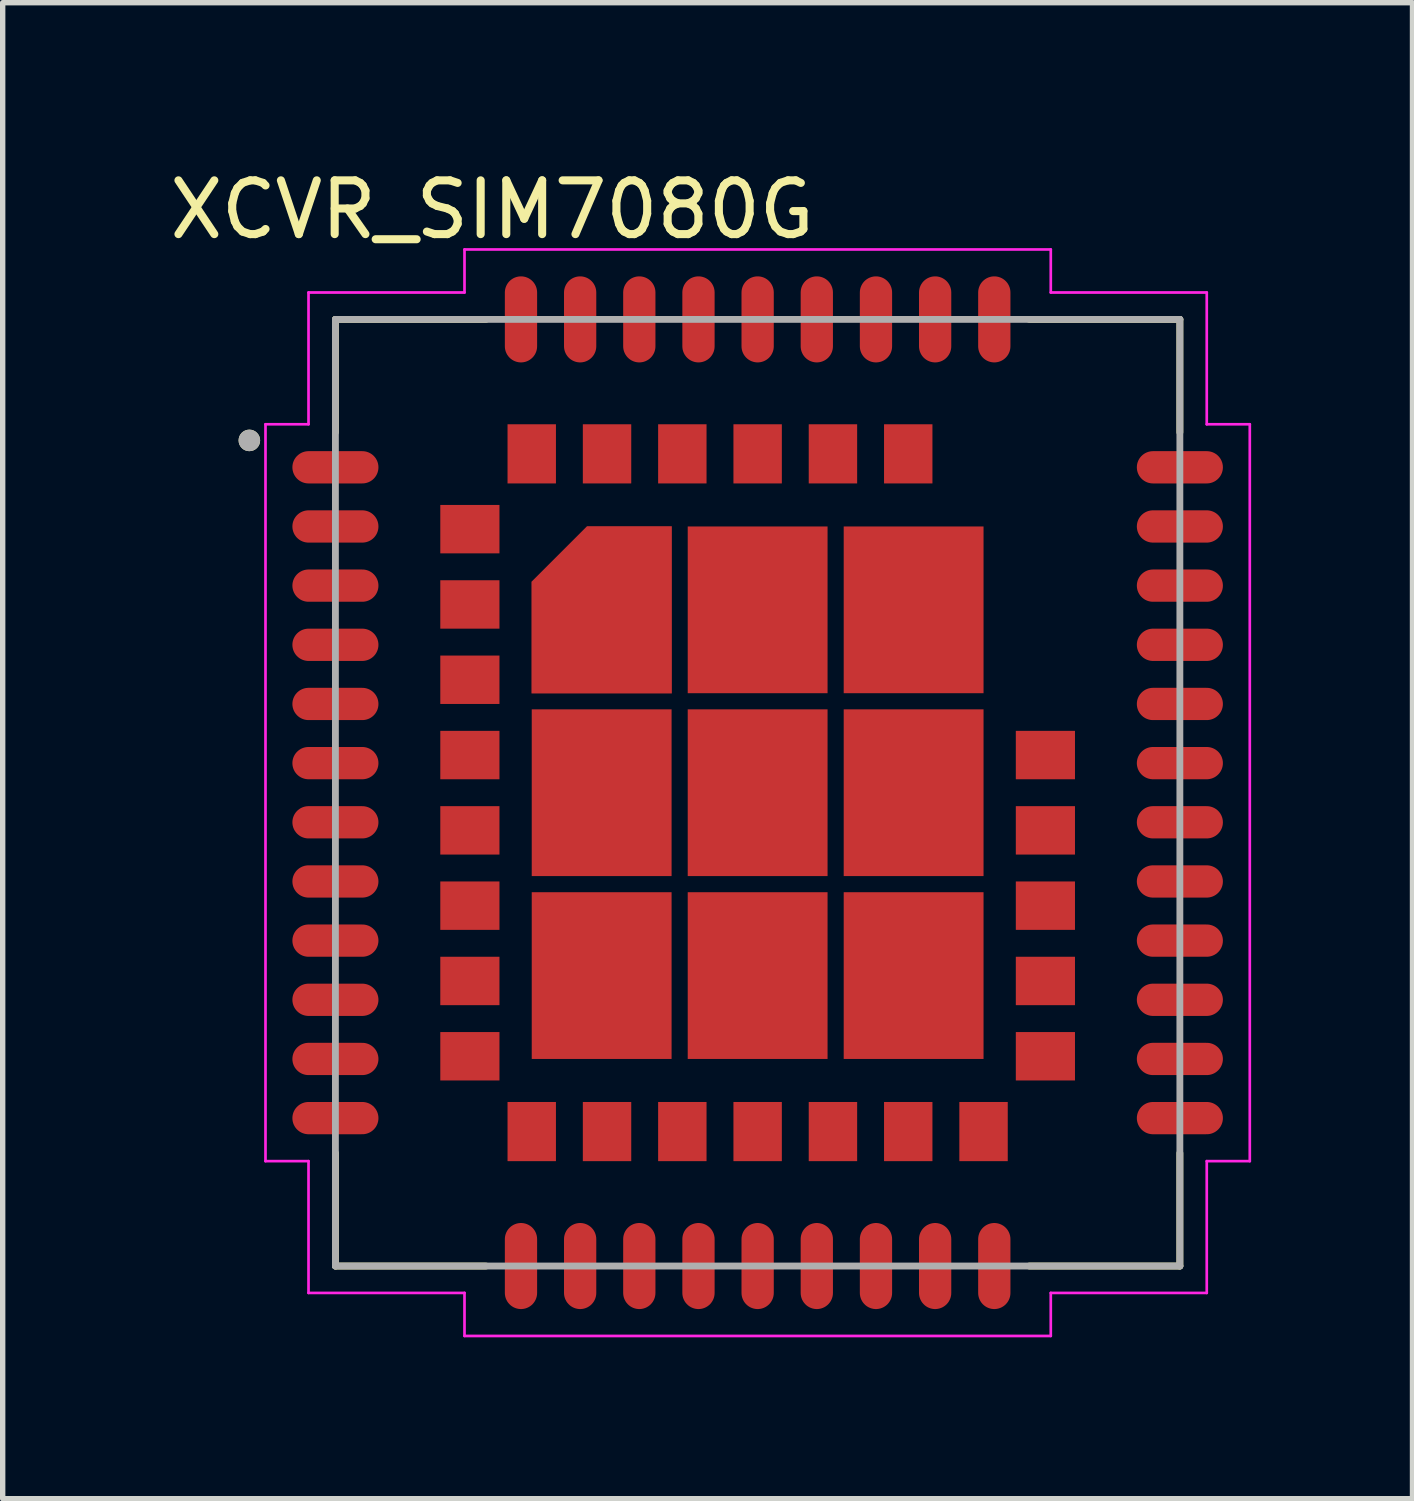
<source format=kicad_pcb>
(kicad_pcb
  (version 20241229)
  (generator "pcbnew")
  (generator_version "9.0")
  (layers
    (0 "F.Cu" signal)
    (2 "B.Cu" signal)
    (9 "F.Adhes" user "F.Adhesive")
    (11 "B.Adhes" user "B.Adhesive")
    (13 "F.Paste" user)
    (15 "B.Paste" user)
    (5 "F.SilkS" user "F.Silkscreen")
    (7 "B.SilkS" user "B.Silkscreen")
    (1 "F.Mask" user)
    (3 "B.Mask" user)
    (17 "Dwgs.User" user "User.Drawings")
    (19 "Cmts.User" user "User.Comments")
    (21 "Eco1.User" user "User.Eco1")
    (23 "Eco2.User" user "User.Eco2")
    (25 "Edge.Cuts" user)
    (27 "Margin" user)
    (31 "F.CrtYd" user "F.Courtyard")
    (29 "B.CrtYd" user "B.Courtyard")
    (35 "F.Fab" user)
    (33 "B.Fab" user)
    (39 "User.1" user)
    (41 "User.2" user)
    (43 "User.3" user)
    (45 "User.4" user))
  (footprint "XCVR_SIM7080G"
    (layer "F.Cu")
    (at 11.036 11.688)
    (property "Reference" "XCVR_SIM7080G" (at -4.935 -10.84 0) (layer "F.SilkS") (effects (font (size 1 1) (thickness 0.15))))
    (attr smd)
    (fp_poly (pts (xy -1.5 -1.75) (xy -4.3 -1.75) (xy -4.3 -4.02) (xy -3.27 -5.05) (xy -1.5 -5.05)) (stroke (width 0.01) (type solid)) (fill yes) (layer "F.Mask"))
    (fp_line (start -7.85 -8.8) (end -5.05 -8.8) (stroke (width 0.127) (type solid)) (layer "F.SilkS"))
    (fp_line (start -7.85 -6.7) (end -7.85 -8.8) (stroke (width 0.127) (type solid)) (layer "F.SilkS"))
    (fp_line (start -7.85 8.8) (end -7.85 6.7) (stroke (width 0.127) (type solid)) (layer "F.SilkS"))
    (fp_line (start -5.05 8.8) (end -7.85 8.8) (stroke (width 0.127) (type solid)) (layer "F.SilkS"))
    (fp_line (start 5.05 -8.8) (end 7.85 -8.8) (stroke (width 0.127) (type solid)) (layer "F.SilkS"))
    (fp_line (start 5.05 8.8) (end 7.85 8.8) (stroke (width 0.127) (type solid)) (layer "F.SilkS"))
    (fp_line (start 7.85 -8.8) (end 7.85 -6.7) (stroke (width 0.127) (type solid)) (layer "F.SilkS"))
    (fp_line (start 7.85 8.8) (end 7.85 6.7) (stroke (width 0.127) (type solid)) (layer "F.SilkS"))
    (fp_circle (center -9.45 -6.55) (end -9.35 -6.55) (stroke (width 0.2) (type solid)) (fill no) (layer "F.SilkS"))
    (fp_poly (pts (xy -5.83 -5.25) (xy -5.4 -5.25) (xy -5.4 -4.95) (xy -5.83 -4.95)) (stroke (width 0.01) (type solid)) (fill yes) (layer "F.Paste"))
    (fp_poly (pts (xy -5.83 -4.85) (xy -5.4 -4.85) (xy -5.4 -4.55) (xy -5.83 -4.55)) (stroke (width 0.01) (type solid)) (fill yes) (layer "F.Paste"))
    (fp_poly (pts (xy -5.83 -3.85) (xy -5.4 -3.85) (xy -5.4 -3.55) (xy -5.83 -3.55)) (stroke (width 0.01) (type solid)) (fill yes) (layer "F.Paste"))
    (fp_poly (pts (xy -5.83 -3.45) (xy -5.4 -3.45) (xy -5.4 -3.15) (xy -5.83 -3.15)) (stroke (width 0.01) (type solid)) (fill yes) (layer "F.Paste"))
    (fp_poly (pts (xy -5.83 -2.45) (xy -5.4 -2.45) (xy -5.4 -2.15) (xy -5.83 -2.15)) (stroke (width 0.01) (type solid)) (fill yes) (layer "F.Paste"))
    (fp_poly (pts (xy -5.83 -2.05) (xy -5.4 -2.05) (xy -5.4 -1.75) (xy -5.83 -1.75)) (stroke (width 0.01) (type solid)) (fill yes) (layer "F.Paste"))
    (fp_poly (pts (xy -5.83 -1.05) (xy -5.4 -1.05) (xy -5.4 -0.75) (xy -5.83 -0.75)) (stroke (width 0.01) (type solid)) (fill yes) (layer "F.Paste"))
    (fp_poly (pts (xy -5.83 -0.65) (xy -5.4 -0.65) (xy -5.4 -0.35) (xy -5.83 -0.35)) (stroke (width 0.01) (type solid)) (fill yes) (layer "F.Paste"))
    (fp_poly (pts (xy -5.83 0.35) (xy -5.4 0.35) (xy -5.4 0.65) (xy -5.83 0.65)) (stroke (width 0.01) (type solid)) (fill yes) (layer "F.Paste"))
    (fp_poly (pts (xy -5.83 0.75) (xy -5.4 0.75) (xy -5.4 1.05) (xy -5.83 1.05)) (stroke (width 0.01) (type solid)) (fill yes) (layer "F.Paste"))
    (fp_poly (pts (xy -5.83 1.75) (xy -5.4 1.75) (xy -5.4 2.05) (xy -5.83 2.05)) (stroke (width 0.01) (type solid)) (fill yes) (layer "F.Paste"))
    (fp_poly (pts (xy -5.83 2.15) (xy -5.4 2.15) (xy -5.4 2.45) (xy -5.83 2.45)) (stroke (width 0.01) (type solid)) (fill yes) (layer "F.Paste"))
    (fp_poly (pts (xy -5.83 3.15) (xy -5.4 3.15) (xy -5.4 3.45) (xy -5.83 3.45)) (stroke (width 0.01) (type solid)) (fill yes) (layer "F.Paste"))
    (fp_poly (pts (xy -5.83 3.55) (xy -5.4 3.55) (xy -5.4 3.85) (xy -5.83 3.85)) (stroke (width 0.01) (type solid)) (fill yes) (layer "F.Paste"))
    (fp_poly (pts (xy -5.83 4.55) (xy -5.4 4.55) (xy -5.4 4.85) (xy -5.83 4.85)) (stroke (width 0.01) (type solid)) (fill yes) (layer "F.Paste"))
    (fp_poly (pts (xy -5.83 4.95) (xy -5.4 4.95) (xy -5.4 5.25) (xy -5.83 5.25)) (stroke (width 0.01) (type solid)) (fill yes) (layer "F.Paste"))
    (fp_poly (pts (xy -5.3 -5.25) (xy -4.87 -5.25) (xy -4.87 -4.95) (xy -5.3 -4.95)) (stroke (width 0.01) (type solid)) (fill yes) (layer "F.Paste"))
    (fp_poly (pts (xy -5.3 -4.85) (xy -4.87 -4.85) (xy -4.87 -4.55) (xy -5.3 -4.55)) (stroke (width 0.01) (type solid)) (fill yes) (layer "F.Paste"))
    (fp_poly (pts (xy -5.3 -3.85) (xy -4.87 -3.85) (xy -4.87 -3.55) (xy -5.3 -3.55)) (stroke (width 0.01) (type solid)) (fill yes) (layer "F.Paste"))
    (fp_poly (pts (xy -5.3 -3.45) (xy -4.87 -3.45) (xy -4.87 -3.15) (xy -5.3 -3.15)) (stroke (width 0.01) (type solid)) (fill yes) (layer "F.Paste"))
    (fp_poly (pts (xy -5.3 -2.45) (xy -4.87 -2.45) (xy -4.87 -2.15) (xy -5.3 -2.15)) (stroke (width 0.01) (type solid)) (fill yes) (layer "F.Paste"))
    (fp_poly (pts (xy -5.3 -2.05) (xy -4.87 -2.05) (xy -4.87 -1.75) (xy -5.3 -1.75)) (stroke (width 0.01) (type solid)) (fill yes) (layer "F.Paste"))
    (fp_poly (pts (xy -5.3 -1.05) (xy -4.87 -1.05) (xy -4.87 -0.75) (xy -5.3 -0.75)) (stroke (width 0.01) (type solid)) (fill yes) (layer "F.Paste"))
    (fp_poly (pts (xy -5.3 -0.65) (xy -4.87 -0.65) (xy -4.87 -0.35) (xy -5.3 -0.35)) (stroke (width 0.01) (type solid)) (fill yes) (layer "F.Paste"))
    (fp_poly (pts (xy -5.3 0.35) (xy -4.87 0.35) (xy -4.87 0.65) (xy -5.3 0.65)) (stroke (width 0.01) (type solid)) (fill yes) (layer "F.Paste"))
    (fp_poly (pts (xy -5.3 0.75) (xy -4.87 0.75) (xy -4.87 1.05) (xy -5.3 1.05)) (stroke (width 0.01) (type solid)) (fill yes) (layer "F.Paste"))
    (fp_poly (pts (xy -5.3 1.75) (xy -4.87 1.75) (xy -4.87 2.05) (xy -5.3 2.05)) (stroke (width 0.01) (type solid)) (fill yes) (layer "F.Paste"))
    (fp_poly (pts (xy -5.3 2.15) (xy -4.87 2.15) (xy -4.87 2.45) (xy -5.3 2.45)) (stroke (width 0.01) (type solid)) (fill yes) (layer "F.Paste"))
    (fp_poly (pts (xy -5.3 3.15) (xy -4.87 3.15) (xy -4.87 3.45) (xy -5.3 3.45)) (stroke (width 0.01) (type solid)) (fill yes) (layer "F.Paste"))
    (fp_poly (pts (xy -5.3 3.55) (xy -4.87 3.55) (xy -4.87 3.85) (xy -5.3 3.85)) (stroke (width 0.01) (type solid)) (fill yes) (layer "F.Paste"))
    (fp_poly (pts (xy -5.3 4.55) (xy -4.87 4.55) (xy -4.87 4.85) (xy -5.3 4.85)) (stroke (width 0.01) (type solid)) (fill yes) (layer "F.Paste"))
    (fp_poly (pts (xy -5.3 4.95) (xy -4.87 4.95) (xy -4.87 5.25) (xy -5.3 5.25)) (stroke (width 0.01) (type solid)) (fill yes) (layer "F.Paste"))
    (fp_poly (pts (xy -4.55 -6.78) (xy -4.25 -6.78) (xy -4.25 -6.35) (xy -4.55 -6.35)) (stroke (width 0.01) (type solid)) (fill yes) (layer "F.Paste"))
    (fp_poly (pts (xy -4.55 -6.25) (xy -4.25 -6.25) (xy -4.25 -5.82) (xy -4.55 -5.82)) (stroke (width 0.01) (type solid)) (fill yes) (layer "F.Paste"))
    (fp_poly (pts (xy -4.55 5.82) (xy -4.25 5.82) (xy -4.25 6.25) (xy -4.55 6.25)) (stroke (width 0.01) (type solid)) (fill yes) (layer "F.Paste"))
    (fp_poly (pts (xy -4.55 6.35) (xy -4.25 6.35) (xy -4.25 6.78) (xy -4.55 6.78)) (stroke (width 0.01) (type solid)) (fill yes) (layer "F.Paste"))
    (fp_poly (pts (xy -4.15 -6.78) (xy -3.85 -6.78) (xy -3.85 -6.35) (xy -4.15 -6.35)) (stroke (width 0.01) (type solid)) (fill yes) (layer "F.Paste"))
    (fp_poly (pts (xy -4.15 -6.25) (xy -3.85 -6.25) (xy -3.85 -5.82) (xy -4.15 -5.82)) (stroke (width 0.01) (type solid)) (fill yes) (layer "F.Paste"))
    (fp_poly (pts (xy -4.15 5.82) (xy -3.85 5.82) (xy -3.85 6.25) (xy -4.15 6.25)) (stroke (width 0.01) (type solid)) (fill yes) (layer "F.Paste"))
    (fp_poly (pts (xy -4.15 6.35) (xy -3.85 6.35) (xy -3.85 6.78) (xy -4.15 6.78)) (stroke (width 0.01) (type solid)) (fill yes) (layer "F.Paste"))
    (fp_poly (pts (xy -3.9 -3.1) (xy -3.2 -3.1) (xy -3.2 -2.15) (xy -3.9 -2.15)) (stroke (width 0.01) (type solid)) (fill yes) (layer "F.Paste"))
    (fp_poly (pts (xy -3.9 -1.25) (xy -3.2 -1.25) (xy -3.2 -0.3) (xy -3.9 -0.3)) (stroke (width 0.01) (type solid)) (fill yes) (layer "F.Paste"))
    (fp_poly (pts (xy -3.9 0.3) (xy -3.2 0.3) (xy -3.2 1.25) (xy -3.9 1.25)) (stroke (width 0.01) (type solid)) (fill yes) (layer "F.Paste"))
    (fp_poly (pts (xy -3.9 2.15) (xy -3.2 2.15) (xy -3.2 3.1) (xy -3.9 3.1)) (stroke (width 0.01) (type solid)) (fill yes) (layer "F.Paste"))
    (fp_poly (pts (xy -3.9 3.7) (xy -3.2 3.7) (xy -3.2 4.65) (xy -3.9 4.65)) (stroke (width 0.01) (type solid)) (fill yes) (layer "F.Paste"))
    (fp_poly (pts (xy -3.2 -3.7) (xy -3.2 -4.63) (xy -3.9 -3.93) (xy -3.9 -3.7)) (stroke (width 0.01) (type solid)) (fill yes) (layer "F.Paste"))
    (fp_poly (pts (xy -3.15 -6.78) (xy -2.85 -6.78) (xy -2.85 -6.35) (xy -3.15 -6.35)) (stroke (width 0.01) (type solid)) (fill yes) (layer "F.Paste"))
    (fp_poly (pts (xy -3.15 -6.25) (xy -2.85 -6.25) (xy -2.85 -5.82) (xy -3.15 -5.82)) (stroke (width 0.01) (type solid)) (fill yes) (layer "F.Paste"))
    (fp_poly (pts (xy -3.15 5.82) (xy -2.85 5.82) (xy -2.85 6.25) (xy -3.15 6.25)) (stroke (width 0.01) (type solid)) (fill yes) (layer "F.Paste"))
    (fp_poly (pts (xy -3.15 6.35) (xy -2.85 6.35) (xy -2.85 6.78) (xy -3.15 6.78)) (stroke (width 0.01) (type solid)) (fill yes) (layer "F.Paste"))
    (fp_poly (pts (xy -2.75 -6.78) (xy -2.45 -6.78) (xy -2.45 -6.35) (xy -2.75 -6.35)) (stroke (width 0.01) (type solid)) (fill yes) (layer "F.Paste"))
    (fp_poly (pts (xy -2.75 -6.25) (xy -2.45 -6.25) (xy -2.45 -5.82) (xy -2.75 -5.82)) (stroke (width 0.01) (type solid)) (fill yes) (layer "F.Paste"))
    (fp_poly (pts (xy -2.75 5.82) (xy -2.45 5.82) (xy -2.45 6.25) (xy -2.75 6.25)) (stroke (width 0.01) (type solid)) (fill yes) (layer "F.Paste"))
    (fp_poly (pts (xy -2.75 6.35) (xy -2.45 6.35) (xy -2.45 6.78) (xy -2.75 6.78)) (stroke (width 0.01) (type solid)) (fill yes) (layer "F.Paste"))
    (fp_poly (pts (xy -2.6 -4.65) (xy -1.9 -4.65) (xy -1.9 -3.7) (xy -2.6 -3.7)) (stroke (width 0.01) (type solid)) (fill yes) (layer "F.Paste"))
    (fp_poly (pts (xy -2.6 -3.1) (xy -1.9 -3.1) (xy -1.9 -2.15) (xy -2.6 -2.15)) (stroke (width 0.01) (type solid)) (fill yes) (layer "F.Paste"))
    (fp_poly (pts (xy -2.6 -1.25) (xy -1.9 -1.25) (xy -1.9 -0.3) (xy -2.6 -0.3)) (stroke (width 0.01) (type solid)) (fill yes) (layer "F.Paste"))
    (fp_poly (pts (xy -2.6 0.3) (xy -1.9 0.3) (xy -1.9 1.25) (xy -2.6 1.25)) (stroke (width 0.01) (type solid)) (fill yes) (layer "F.Paste"))
    (fp_poly (pts (xy -2.6 2.15) (xy -1.9 2.15) (xy -1.9 3.1) (xy -2.6 3.1)) (stroke (width 0.01) (type solid)) (fill yes) (layer "F.Paste"))
    (fp_poly (pts (xy -2.6 3.7) (xy -1.9 3.7) (xy -1.9 4.65) (xy -2.6 4.65)) (stroke (width 0.01) (type solid)) (fill yes) (layer "F.Paste"))
    (fp_poly (pts (xy -1.75 -6.78) (xy -1.45 -6.78) (xy -1.45 -6.35) (xy -1.75 -6.35)) (stroke (width 0.01) (type solid)) (fill yes) (layer "F.Paste"))
    (fp_poly (pts (xy -1.75 -6.25) (xy -1.45 -6.25) (xy -1.45 -5.82) (xy -1.75 -5.82)) (stroke (width 0.01) (type solid)) (fill yes) (layer "F.Paste"))
    (fp_poly (pts (xy -1.75 5.82) (xy -1.45 5.82) (xy -1.45 6.25) (xy -1.75 6.25)) (stroke (width 0.01) (type solid)) (fill yes) (layer "F.Paste"))
    (fp_poly (pts (xy -1.75 6.35) (xy -1.45 6.35) (xy -1.45 6.78) (xy -1.75 6.78)) (stroke (width 0.01) (type solid)) (fill yes) (layer "F.Paste"))
    (fp_poly (pts (xy -1.35 -6.78) (xy -1.05 -6.78) (xy -1.05 -6.35) (xy -1.35 -6.35)) (stroke (width 0.01) (type solid)) (fill yes) (layer "F.Paste"))
    (fp_poly (pts (xy -1.35 -6.25) (xy -1.05 -6.25) (xy -1.05 -5.82) (xy -1.35 -5.82)) (stroke (width 0.01) (type solid)) (fill yes) (layer "F.Paste"))
    (fp_poly (pts (xy -1.35 5.82) (xy -1.05 5.82) (xy -1.05 6.25) (xy -1.35 6.25)) (stroke (width 0.01) (type solid)) (fill yes) (layer "F.Paste"))
    (fp_poly (pts (xy -1.35 6.35) (xy -1.05 6.35) (xy -1.05 6.78) (xy -1.35 6.78)) (stroke (width 0.01) (type solid)) (fill yes) (layer "F.Paste"))
    (fp_poly (pts (xy -1 -4.65) (xy -0.3 -4.65) (xy -0.3 -3.7) (xy -1 -3.7)) (stroke (width 0.01) (type solid)) (fill yes) (layer "F.Paste"))
    (fp_poly (pts (xy -1 -3.1) (xy -0.3 -3.1) (xy -0.3 -2.15) (xy -1 -2.15)) (stroke (width 0.01) (type solid)) (fill yes) (layer "F.Paste"))
    (fp_poly (pts (xy -1 -1.25) (xy -0.3 -1.25) (xy -0.3 -0.3) (xy -1 -0.3)) (stroke (width 0.01) (type solid)) (fill yes) (layer "F.Paste"))
    (fp_poly (pts (xy -1 0.3) (xy -0.3 0.3) (xy -0.3 1.25) (xy -1 1.25)) (stroke (width 0.01) (type solid)) (fill yes) (layer "F.Paste"))
    (fp_poly (pts (xy -1 2.15) (xy -0.3 2.15) (xy -0.3 3.1) (xy -1 3.1)) (stroke (width 0.01) (type solid)) (fill yes) (layer "F.Paste"))
    (fp_poly (pts (xy -1 3.7) (xy -0.3 3.7) (xy -0.3 4.65) (xy -1 4.65)) (stroke (width 0.01) (type solid)) (fill yes) (layer "F.Paste"))
    (fp_poly (pts (xy -0.35 -6.78) (xy -0.05 -6.78) (xy -0.05 -6.35) (xy -0.35 -6.35)) (stroke (width 0.01) (type solid)) (fill yes) (layer "F.Paste"))
    (fp_poly (pts (xy -0.35 -6.25) (xy -0.05 -6.25) (xy -0.05 -5.82) (xy -0.35 -5.82)) (stroke (width 0.01) (type solid)) (fill yes) (layer "F.Paste"))
    (fp_poly (pts (xy -0.35 5.82) (xy -0.05 5.82) (xy -0.05 6.25) (xy -0.35 6.25)) (stroke (width 0.01) (type solid)) (fill yes) (layer "F.Paste"))
    (fp_poly (pts (xy -0.35 6.35) (xy -0.05 6.35) (xy -0.05 6.78) (xy -0.35 6.78)) (stroke (width 0.01) (type solid)) (fill yes) (layer "F.Paste"))
    (fp_poly (pts (xy 0.05 -6.78) (xy 0.35 -6.78) (xy 0.35 -6.35) (xy 0.05 -6.35)) (stroke (width 0.01) (type solid)) (fill yes) (layer "F.Paste"))
    (fp_poly (pts (xy 0.05 -6.25) (xy 0.35 -6.25) (xy 0.35 -5.82) (xy 0.05 -5.82)) (stroke (width 0.01) (type solid)) (fill yes) (layer "F.Paste"))
    (fp_poly (pts (xy 0.05 5.82) (xy 0.35 5.82) (xy 0.35 6.25) (xy 0.05 6.25)) (stroke (width 0.01) (type solid)) (fill yes) (layer "F.Paste"))
    (fp_poly (pts (xy 0.05 6.35) (xy 0.35 6.35) (xy 0.35 6.78) (xy 0.05 6.78)) (stroke (width 0.01) (type solid)) (fill yes) (layer "F.Paste"))
    (fp_poly (pts (xy 0.3 -4.65) (xy 1 -4.65) (xy 1 -3.7) (xy 0.3 -3.7)) (stroke (width 0.01) (type solid)) (fill yes) (layer "F.Paste"))
    (fp_poly (pts (xy 0.3 -3.1) (xy 1 -3.1) (xy 1 -2.15) (xy 0.3 -2.15)) (stroke (width 0.01) (type solid)) (fill yes) (layer "F.Paste"))
    (fp_poly (pts (xy 0.3 -1.25) (xy 1 -1.25) (xy 1 -0.3) (xy 0.3 -0.3)) (stroke (width 0.01) (type solid)) (fill yes) (layer "F.Paste"))
    (fp_poly (pts (xy 0.3 0.3) (xy 1 0.3) (xy 1 1.25) (xy 0.3 1.25)) (stroke (width 0.01) (type solid)) (fill yes) (layer "F.Paste"))
    (fp_poly (pts (xy 0.3 2.15) (xy 1 2.15) (xy 1 3.1) (xy 0.3 3.1)) (stroke (width 0.01) (type solid)) (fill yes) (layer "F.Paste"))
    (fp_poly (pts (xy 0.3 3.7) (xy 1 3.7) (xy 1 4.65) (xy 0.3 4.65)) (stroke (width 0.01) (type solid)) (fill yes) (layer "F.Paste"))
    (fp_poly (pts (xy 1.05 -6.78) (xy 1.35 -6.78) (xy 1.35 -6.35) (xy 1.05 -6.35)) (stroke (width 0.01) (type solid)) (fill yes) (layer "F.Paste"))
    (fp_poly (pts (xy 1.05 -6.25) (xy 1.35 -6.25) (xy 1.35 -5.82) (xy 1.05 -5.82)) (stroke (width 0.01) (type solid)) (fill yes) (layer "F.Paste"))
    (fp_poly (pts (xy 1.05 5.82) (xy 1.35 5.82) (xy 1.35 6.25) (xy 1.05 6.25)) (stroke (width 0.01) (type solid)) (fill yes) (layer "F.Paste"))
    (fp_poly (pts (xy 1.05 6.35) (xy 1.35 6.35) (xy 1.35 6.78) (xy 1.05 6.78)) (stroke (width 0.01) (type solid)) (fill yes) (layer "F.Paste"))
    (fp_poly (pts (xy 1.45 -6.78) (xy 1.75 -6.78) (xy 1.75 -6.35) (xy 1.45 -6.35)) (stroke (width 0.01) (type solid)) (fill yes) (layer "F.Paste"))
    (fp_poly (pts (xy 1.45 -6.25) (xy 1.75 -6.25) (xy 1.75 -5.82) (xy 1.45 -5.82)) (stroke (width 0.01) (type solid)) (fill yes) (layer "F.Paste"))
    (fp_poly (pts (xy 1.45 5.82) (xy 1.75 5.82) (xy 1.75 6.25) (xy 1.45 6.25)) (stroke (width 0.01) (type solid)) (fill yes) (layer "F.Paste"))
    (fp_poly (pts (xy 1.45 6.35) (xy 1.75 6.35) (xy 1.75 6.78) (xy 1.45 6.78)) (stroke (width 0.01) (type solid)) (fill yes) (layer "F.Paste"))
    (fp_poly (pts (xy 1.9 -4.65) (xy 2.6 -4.65) (xy 2.6 -3.7) (xy 1.9 -3.7)) (stroke (width 0.01) (type solid)) (fill yes) (layer "F.Paste"))
    (fp_poly (pts (xy 1.9 -3.1) (xy 2.6 -3.1) (xy 2.6 -2.15) (xy 1.9 -2.15)) (stroke (width 0.01) (type solid)) (fill yes) (layer "F.Paste"))
    (fp_poly (pts (xy 1.9 -1.25) (xy 2.6 -1.25) (xy 2.6 -0.3) (xy 1.9 -0.3)) (stroke (width 0.01) (type solid)) (fill yes) (layer "F.Paste"))
    (fp_poly (pts (xy 1.9 0.3) (xy 2.6 0.3) (xy 2.6 1.25) (xy 1.9 1.25)) (stroke (width 0.01) (type solid)) (fill yes) (layer "F.Paste"))
    (fp_poly (pts (xy 1.9 2.15) (xy 2.6 2.15) (xy 2.6 3.1) (xy 1.9 3.1)) (stroke (width 0.01) (type solid)) (fill yes) (layer "F.Paste"))
    (fp_poly (pts (xy 1.9 3.7) (xy 2.6 3.7) (xy 2.6 4.65) (xy 1.9 4.65)) (stroke (width 0.01) (type solid)) (fill yes) (layer "F.Paste"))
    (fp_poly (pts (xy 2.45 -6.78) (xy 2.75 -6.78) (xy 2.75 -6.35) (xy 2.45 -6.35)) (stroke (width 0.01) (type solid)) (fill yes) (layer "F.Paste"))
    (fp_poly (pts (xy 2.45 -6.25) (xy 2.75 -6.25) (xy 2.75 -5.82) (xy 2.45 -5.82)) (stroke (width 0.01) (type solid)) (fill yes) (layer "F.Paste"))
    (fp_poly (pts (xy 2.45 5.82) (xy 2.75 5.82) (xy 2.75 6.25) (xy 2.45 6.25)) (stroke (width 0.01) (type solid)) (fill yes) (layer "F.Paste"))
    (fp_poly (pts (xy 2.45 6.35) (xy 2.75 6.35) (xy 2.75 6.78) (xy 2.45 6.78)) (stroke (width 0.01) (type solid)) (fill yes) (layer "F.Paste"))
    (fp_poly (pts (xy 2.85 -6.78) (xy 3.15 -6.78) (xy 3.15 -6.35) (xy 2.85 -6.35)) (stroke (width 0.01) (type solid)) (fill yes) (layer "F.Paste"))
    (fp_poly (pts (xy 2.85 -6.25) (xy 3.15 -6.25) (xy 3.15 -5.82) (xy 2.85 -5.82)) (stroke (width 0.01) (type solid)) (fill yes) (layer "F.Paste"))
    (fp_poly (pts (xy 2.85 5.82) (xy 3.15 5.82) (xy 3.15 6.25) (xy 2.85 6.25)) (stroke (width 0.01) (type solid)) (fill yes) (layer "F.Paste"))
    (fp_poly (pts (xy 2.85 6.35) (xy 3.15 6.35) (xy 3.15 6.78) (xy 2.85 6.78)) (stroke (width 0.01) (type solid)) (fill yes) (layer "F.Paste"))
    (fp_poly (pts (xy 3.2 -4.65) (xy 3.9 -4.65) (xy 3.9 -3.7) (xy 3.2 -3.7)) (stroke (width 0.01) (type solid)) (fill yes) (layer "F.Paste"))
    (fp_poly (pts (xy 3.2 -3.1) (xy 3.9 -3.1) (xy 3.9 -2.15) (xy 3.2 -2.15)) (stroke (width 0.01) (type solid)) (fill yes) (layer "F.Paste"))
    (fp_poly (pts (xy 3.2 -1.25) (xy 3.9 -1.25) (xy 3.9 -0.3) (xy 3.2 -0.3)) (stroke (width 0.01) (type solid)) (fill yes) (layer "F.Paste"))
    (fp_poly (pts (xy 3.2 0.3) (xy 3.9 0.3) (xy 3.9 1.25) (xy 3.2 1.25)) (stroke (width 0.01) (type solid)) (fill yes) (layer "F.Paste"))
    (fp_poly (pts (xy 3.2 2.15) (xy 3.9 2.15) (xy 3.9 3.1) (xy 3.2 3.1)) (stroke (width 0.01) (type solid)) (fill yes) (layer "F.Paste"))
    (fp_poly (pts (xy 3.2 3.7) (xy 3.9 3.7) (xy 3.9 4.65) (xy 3.2 4.65)) (stroke (width 0.01) (type solid)) (fill yes) (layer "F.Paste"))
    (fp_poly (pts (xy 3.85 5.82) (xy 4.15 5.82) (xy 4.15 6.25) (xy 3.85 6.25)) (stroke (width 0.01) (type solid)) (fill yes) (layer "F.Paste"))
    (fp_poly (pts (xy 3.85 6.35) (xy 4.15 6.35) (xy 4.15 6.78) (xy 3.85 6.78)) (stroke (width 0.01) (type solid)) (fill yes) (layer "F.Paste"))
    (fp_poly (pts (xy 4.25 5.82) (xy 4.55 5.82) (xy 4.55 6.25) (xy 4.25 6.25)) (stroke (width 0.01) (type solid)) (fill yes) (layer "F.Paste"))
    (fp_poly (pts (xy 4.25 6.35) (xy 4.55 6.35) (xy 4.55 6.78) (xy 4.25 6.78)) (stroke (width 0.01) (type solid)) (fill yes) (layer "F.Paste"))
    (fp_poly (pts (xy 4.87 -1.05) (xy 5.3 -1.05) (xy 5.3 -0.75) (xy 4.87 -0.75)) (stroke (width 0.01) (type solid)) (fill yes) (layer "F.Paste"))
    (fp_poly (pts (xy 4.87 -0.65) (xy 5.3 -0.65) (xy 5.3 -0.35) (xy 4.87 -0.35)) (stroke (width 0.01) (type solid)) (fill yes) (layer "F.Paste"))
    (fp_poly (pts (xy 4.87 0.35) (xy 5.3 0.35) (xy 5.3 0.65) (xy 4.87 0.65)) (stroke (width 0.01) (type solid)) (fill yes) (layer "F.Paste"))
    (fp_poly (pts (xy 4.87 0.75) (xy 5.3 0.75) (xy 5.3 1.05) (xy 4.87 1.05)) (stroke (width 0.01) (type solid)) (fill yes) (layer "F.Paste"))
    (fp_poly (pts (xy 4.87 1.75) (xy 5.3 1.75) (xy 5.3 2.05) (xy 4.87 2.05)) (stroke (width 0.01) (type solid)) (fill yes) (layer "F.Paste"))
    (fp_poly (pts (xy 4.87 2.15) (xy 5.3 2.15) (xy 5.3 2.45) (xy 4.87 2.45)) (stroke (width 0.01) (type solid)) (fill yes) (layer "F.Paste"))
    (fp_poly (pts (xy 4.87 3.15) (xy 5.3 3.15) (xy 5.3 3.45) (xy 4.87 3.45)) (stroke (width 0.01) (type solid)) (fill yes) (layer "F.Paste"))
    (fp_poly (pts (xy 4.87 3.55) (xy 5.3 3.55) (xy 5.3 3.85) (xy 4.87 3.85)) (stroke (width 0.01) (type solid)) (fill yes) (layer "F.Paste"))
    (fp_poly (pts (xy 4.87 4.55) (xy 5.3 4.55) (xy 5.3 4.85) (xy 4.87 4.85)) (stroke (width 0.01) (type solid)) (fill yes) (layer "F.Paste"))
    (fp_poly (pts (xy 4.87 4.95) (xy 5.3 4.95) (xy 5.3 5.25) (xy 4.87 5.25)) (stroke (width 0.01) (type solid)) (fill yes) (layer "F.Paste"))
    (fp_poly (pts (xy 5.4 -1.05) (xy 5.83 -1.05) (xy 5.83 -0.75) (xy 5.4 -0.75)) (stroke (width 0.01) (type solid)) (fill yes) (layer "F.Paste"))
    (fp_poly (pts (xy 5.4 -0.65) (xy 5.83 -0.65) (xy 5.83 -0.35) (xy 5.4 -0.35)) (stroke (width 0.01) (type solid)) (fill yes) (layer "F.Paste"))
    (fp_poly (pts (xy 5.4 0.35) (xy 5.83 0.35) (xy 5.83 0.65) (xy 5.4 0.65)) (stroke (width 0.01) (type solid)) (fill yes) (layer "F.Paste"))
    (fp_poly (pts (xy 5.4 0.75) (xy 5.83 0.75) (xy 5.83 1.05) (xy 5.4 1.05)) (stroke (width 0.01) (type solid)) (fill yes) (layer "F.Paste"))
    (fp_poly (pts (xy 5.4 1.75) (xy 5.83 1.75) (xy 5.83 2.05) (xy 5.4 2.05)) (stroke (width 0.01) (type solid)) (fill yes) (layer "F.Paste"))
    (fp_poly (pts (xy 5.4 2.15) (xy 5.83 2.15) (xy 5.83 2.45) (xy 5.4 2.45)) (stroke (width 0.01) (type solid)) (fill yes) (layer "F.Paste"))
    (fp_poly (pts (xy 5.4 3.15) (xy 5.83 3.15) (xy 5.83 3.45) (xy 5.4 3.45)) (stroke (width 0.01) (type solid)) (fill yes) (layer "F.Paste"))
    (fp_poly (pts (xy 5.4 3.55) (xy 5.83 3.55) (xy 5.83 3.85) (xy 5.4 3.85)) (stroke (width 0.01) (type solid)) (fill yes) (layer "F.Paste"))
    (fp_poly (pts (xy 5.4 4.55) (xy 5.83 4.55) (xy 5.83 4.85) (xy 5.4 4.85)) (stroke (width 0.01) (type solid)) (fill yes) (layer "F.Paste"))
    (fp_poly (pts (xy 5.4 4.95) (xy 5.83 4.95) (xy 5.83 5.25) (xy 5.4 5.25)) (stroke (width 0.01) (type solid)) (fill yes) (layer "F.Paste"))
    (fp_poly (pts (xy -8.575 -6.325) (xy -7.325 -6.325) (xy -7.311 -6.325) (xy -7.296 -6.323) (xy -7.282 -6.322) (xy -7.268 -6.319) (xy -7.254 -6.316) (xy -7.24 -6.312) (xy -7.226 -6.307) (xy -7.213 -6.301) (xy -7.2 -6.295) (xy -7.188 -6.288) (xy -7.175 -6.281) (xy -7.163 -6.272) (xy -7.152 -6.264) (xy -7.141 -6.254) (xy -7.131 -6.244) (xy -7.121 -6.234) (xy -7.111 -6.223) (xy -7.103 -6.212) (xy -7.094 -6.2) (xy -7.087 -6.188) (xy -7.08 -6.175) (xy -7.074 -6.162) (xy -7.068 -6.149) (xy -7.063 -6.135) (xy -7.059 -6.121) (xy -7.056 -6.107) (xy -7.053 -6.093) (xy -7.052 -6.079) (xy -7.05 -6.064) (xy -7.05 -6.05) (xy -7.05 -6.036) (xy -7.052 -6.021) (xy -7.053 -6.007) (xy -7.056 -5.993) (xy -7.059 -5.979) (xy -7.063 -5.965) (xy -7.068 -5.951) (xy -7.074 -5.938) (xy -7.08 -5.925) (xy -7.087 -5.912) (xy -7.094 -5.9) (xy -7.103 -5.888) (xy -7.111 -5.877) (xy -7.121 -5.866) (xy -7.131 -5.856) (xy -7.141 -5.846) (xy -7.152 -5.836) (xy -7.163 -5.828) (xy -7.175 -5.819) (xy -7.188 -5.812) (xy -7.2 -5.805) (xy -7.213 -5.799) (xy -7.226 -5.793) (xy -7.24 -5.788) (xy -7.254 -5.784) (xy -7.268 -5.781) (xy -7.282 -5.778) (xy -7.296 -5.777) (xy -7.311 -5.775) (xy -7.325 -5.775) (xy -8.575 -5.775) (xy -8.589 -5.775) (xy -8.604 -5.777) (xy -8.618 -5.778) (xy -8.632 -5.781) (xy -8.646 -5.784) (xy -8.66 -5.788) (xy -8.674 -5.793) (xy -8.687 -5.799) (xy -8.7 -5.805) (xy -8.712 -5.812) (xy -8.725 -5.819) (xy -8.737 -5.828) (xy -8.748 -5.836) (xy -8.759 -5.846) (xy -8.769 -5.856) (xy -8.779 -5.866) (xy -8.789 -5.877) (xy -8.797 -5.888) (xy -8.806 -5.9) (xy -8.813 -5.912) (xy -8.82 -5.925) (xy -8.826 -5.938) (xy -8.832 -5.951) (xy -8.837 -5.965) (xy -8.841 -5.979) (xy -8.844 -5.993) (xy -8.847 -6.007) (xy -8.848 -6.021) (xy -8.85 -6.036) (xy -8.85 -6.05) (xy -8.85 -6.064) (xy -8.848 -6.079) (xy -8.847 -6.093) (xy -8.844 -6.107) (xy -8.841 -6.121) (xy -8.837 -6.135) (xy -8.832 -6.149) (xy -8.826 -6.162) (xy -8.82 -6.175) (xy -8.813 -6.188) (xy -8.806 -6.2) (xy -8.797 -6.212) (xy -8.789 -6.223) (xy -8.779 -6.234) (xy -8.769 -6.244) (xy -8.759 -6.254) (xy -8.748 -6.264) (xy -8.737 -6.272) (xy -8.725 -6.281) (xy -8.712 -6.288) (xy -8.7 -6.295) (xy -8.687 -6.301) (xy -8.674 -6.307) (xy -8.66 -6.312) (xy -8.646 -6.316) (xy -8.632 -6.319) (xy -8.618 -6.322) (xy -8.604 -6.323) (xy -8.589 -6.325) (xy -8.575 -6.325)) (stroke (width 0.01) (type solid)) (fill yes) (layer "F.Paste"))
    (fp_poly (pts (xy -8.575 -5.225) (xy -7.325 -5.225) (xy -7.311 -5.225) (xy -7.296 -5.223) (xy -7.282 -5.222) (xy -7.268 -5.219) (xy -7.254 -5.216) (xy -7.24 -5.212) (xy -7.226 -5.207) (xy -7.213 -5.201) (xy -7.2 -5.195) (xy -7.188 -5.188) (xy -7.175 -5.181) (xy -7.163 -5.172) (xy -7.152 -5.164) (xy -7.141 -5.154) (xy -7.131 -5.144) (xy -7.121 -5.134) (xy -7.111 -5.123) (xy -7.103 -5.112) (xy -7.094 -5.1) (xy -7.087 -5.088) (xy -7.08 -5.075) (xy -7.074 -5.062) (xy -7.068 -5.049) (xy -7.063 -5.035) (xy -7.059 -5.021) (xy -7.056 -5.007) (xy -7.053 -4.993) (xy -7.052 -4.979) (xy -7.05 -4.964) (xy -7.05 -4.95) (xy -7.05 -4.936) (xy -7.052 -4.921) (xy -7.053 -4.907) (xy -7.056 -4.893) (xy -7.059 -4.879) (xy -7.063 -4.865) (xy -7.068 -4.851) (xy -7.074 -4.838) (xy -7.08 -4.825) (xy -7.087 -4.813) (xy -7.094 -4.8) (xy -7.103 -4.788) (xy -7.111 -4.777) (xy -7.121 -4.766) (xy -7.131 -4.756) (xy -7.141 -4.746) (xy -7.152 -4.736) (xy -7.163 -4.728) (xy -7.175 -4.719) (xy -7.188 -4.712) (xy -7.2 -4.705) (xy -7.213 -4.699) (xy -7.226 -4.693) (xy -7.24 -4.688) (xy -7.254 -4.684) (xy -7.268 -4.681) (xy -7.282 -4.678) (xy -7.296 -4.677) (xy -7.311 -4.675) (xy -7.325 -4.675) (xy -8.575 -4.675) (xy -8.589 -4.675) (xy -8.604 -4.677) (xy -8.618 -4.678) (xy -8.632 -4.681) (xy -8.646 -4.684) (xy -8.66 -4.688) (xy -8.674 -4.693) (xy -8.687 -4.699) (xy -8.7 -4.705) (xy -8.712 -4.712) (xy -8.725 -4.719) (xy -8.737 -4.728) (xy -8.748 -4.736) (xy -8.759 -4.746) (xy -8.769 -4.756) (xy -8.779 -4.766) (xy -8.789 -4.777) (xy -8.797 -4.788) (xy -8.806 -4.8) (xy -8.813 -4.813) (xy -8.82 -4.825) (xy -8.826 -4.838) (xy -8.832 -4.851) (xy -8.837 -4.865) (xy -8.841 -4.879) (xy -8.844 -4.893) (xy -8.847 -4.907) (xy -8.848 -4.921) (xy -8.85 -4.936) (xy -8.85 -4.95) (xy -8.85 -4.964) (xy -8.848 -4.979) (xy -8.847 -4.993) (xy -8.844 -5.007) (xy -8.841 -5.021) (xy -8.837 -5.035) (xy -8.832 -5.049) (xy -8.826 -5.062) (xy -8.82 -5.075) (xy -8.813 -5.088) (xy -8.806 -5.1) (xy -8.797 -5.112) (xy -8.789 -5.123) (xy -8.779 -5.134) (xy -8.769 -5.144) (xy -8.759 -5.154) (xy -8.748 -5.164) (xy -8.737 -5.172) (xy -8.725 -5.181) (xy -8.712 -5.188) (xy -8.7 -5.195) (xy -8.687 -5.201) (xy -8.674 -5.207) (xy -8.66 -5.212) (xy -8.646 -5.216) (xy -8.632 -5.219) (xy -8.618 -5.222) (xy -8.604 -5.223) (xy -8.589 -5.225) (xy -8.575 -5.225)) (stroke (width 0.01) (type solid)) (fill yes) (layer "F.Paste"))
    (fp_poly (pts (xy -8.575 -4.125) (xy -7.325 -4.125) (xy -7.311 -4.125) (xy -7.296 -4.123) (xy -7.282 -4.122) (xy -7.268 -4.119) (xy -7.254 -4.116) (xy -7.24 -4.112) (xy -7.226 -4.107) (xy -7.213 -4.101) (xy -7.2 -4.095) (xy -7.188 -4.088) (xy -7.175 -4.081) (xy -7.163 -4.072) (xy -7.152 -4.064) (xy -7.141 -4.054) (xy -7.131 -4.044) (xy -7.121 -4.034) (xy -7.111 -4.023) (xy -7.103 -4.012) (xy -7.094 -4) (xy -7.087 -3.987) (xy -7.08 -3.975) (xy -7.074 -3.962) (xy -7.068 -3.949) (xy -7.063 -3.935) (xy -7.059 -3.921) (xy -7.056 -3.907) (xy -7.053 -3.893) (xy -7.052 -3.879) (xy -7.05 -3.864) (xy -7.05 -3.85) (xy -7.05 -3.836) (xy -7.052 -3.821) (xy -7.053 -3.807) (xy -7.056 -3.793) (xy -7.059 -3.779) (xy -7.063 -3.765) (xy -7.068 -3.751) (xy -7.074 -3.738) (xy -7.08 -3.725) (xy -7.087 -3.713) (xy -7.094 -3.7) (xy -7.103 -3.688) (xy -7.111 -3.677) (xy -7.121 -3.666) (xy -7.131 -3.656) (xy -7.141 -3.646) (xy -7.152 -3.636) (xy -7.163 -3.628) (xy -7.175 -3.619) (xy -7.188 -3.612) (xy -7.2 -3.605) (xy -7.213 -3.599) (xy -7.226 -3.593) (xy -7.24 -3.588) (xy -7.254 -3.584) (xy -7.268 -3.581) (xy -7.282 -3.578) (xy -7.296 -3.577) (xy -7.311 -3.575) (xy -7.325 -3.575) (xy -8.575 -3.575) (xy -8.589 -3.575) (xy -8.604 -3.577) (xy -8.618 -3.578) (xy -8.632 -3.581) (xy -8.646 -3.584) (xy -8.66 -3.588) (xy -8.674 -3.593) (xy -8.687 -3.599) (xy -8.7 -3.605) (xy -8.712 -3.612) (xy -8.725 -3.619) (xy -8.737 -3.628) (xy -8.748 -3.636) (xy -8.759 -3.646) (xy -8.769 -3.656) (xy -8.779 -3.666) (xy -8.789 -3.677) (xy -8.797 -3.688) (xy -8.806 -3.7) (xy -8.813 -3.713) (xy -8.82 -3.725) (xy -8.826 -3.738) (xy -8.832 -3.751) (xy -8.837 -3.765) (xy -8.841 -3.779) (xy -8.844 -3.793) (xy -8.847 -3.807) (xy -8.848 -3.821) (xy -8.85 -3.836) (xy -8.85 -3.85) (xy -8.85 -3.864) (xy -8.848 -3.879) (xy -8.847 -3.893) (xy -8.844 -3.907) (xy -8.841 -3.921) (xy -8.837 -3.935) (xy -8.832 -3.949) (xy -8.826 -3.962) (xy -8.82 -3.975) (xy -8.813 -3.987) (xy -8.806 -4) (xy -8.797 -4.012) (xy -8.789 -4.023) (xy -8.779 -4.034) (xy -8.769 -4.044) (xy -8.759 -4.054) (xy -8.748 -4.064) (xy -8.737 -4.072) (xy -8.725 -4.081) (xy -8.712 -4.088) (xy -8.7 -4.095) (xy -8.687 -4.101) (xy -8.674 -4.107) (xy -8.66 -4.112) (xy -8.646 -4.116) (xy -8.632 -4.119) (xy -8.618 -4.122) (xy -8.604 -4.123) (xy -8.589 -4.125) (xy -8.575 -4.125)) (stroke (width 0.01) (type solid)) (fill yes) (layer "F.Paste"))
    (fp_poly (pts (xy -8.575 -3.025) (xy -7.325 -3.025) (xy -7.311 -3.025) (xy -7.296 -3.023) (xy -7.282 -3.022) (xy -7.268 -3.019) (xy -7.254 -3.016) (xy -7.24 -3.012) (xy -7.226 -3.007) (xy -7.213 -3.001) (xy -7.2 -2.995) (xy -7.188 -2.988) (xy -7.175 -2.981) (xy -7.163 -2.972) (xy -7.152 -2.964) (xy -7.141 -2.954) (xy -7.131 -2.944) (xy -7.121 -2.934) (xy -7.111 -2.923) (xy -7.103 -2.912) (xy -7.094 -2.9) (xy -7.087 -2.888) (xy -7.08 -2.875) (xy -7.074 -2.862) (xy -7.068 -2.849) (xy -7.063 -2.835) (xy -7.059 -2.821) (xy -7.056 -2.807) (xy -7.053 -2.793) (xy -7.052 -2.779) (xy -7.05 -2.764) (xy -7.05 -2.75) (xy -7.05 -2.736) (xy -7.052 -2.721) (xy -7.053 -2.707) (xy -7.056 -2.693) (xy -7.059 -2.679) (xy -7.063 -2.665) (xy -7.068 -2.651) (xy -7.074 -2.638) (xy -7.08 -2.625) (xy -7.087 -2.612) (xy -7.094 -2.6) (xy -7.103 -2.588) (xy -7.111 -2.577) (xy -7.121 -2.566) (xy -7.131 -2.556) (xy -7.141 -2.546) (xy -7.152 -2.536) (xy -7.163 -2.528) (xy -7.175 -2.519) (xy -7.188 -2.512) (xy -7.2 -2.505) (xy -7.213 -2.499) (xy -7.226 -2.493) (xy -7.24 -2.488) (xy -7.254 -2.484) (xy -7.268 -2.481) (xy -7.282 -2.478) (xy -7.296 -2.477) (xy -7.311 -2.475) (xy -7.325 -2.475) (xy -8.575 -2.475) (xy -8.589 -2.475) (xy -8.604 -2.477) (xy -8.618 -2.478) (xy -8.632 -2.481) (xy -8.646 -2.484) (xy -8.66 -2.488) (xy -8.674 -2.493) (xy -8.687 -2.499) (xy -8.7 -2.505) (xy -8.713 -2.512) (xy -8.725 -2.519) (xy -8.737 -2.528) (xy -8.748 -2.536) (xy -8.759 -2.546) (xy -8.769 -2.556) (xy -8.779 -2.566) (xy -8.789 -2.577) (xy -8.797 -2.588) (xy -8.806 -2.6) (xy -8.813 -2.612) (xy -8.82 -2.625) (xy -8.826 -2.638) (xy -8.832 -2.651) (xy -8.837 -2.665) (xy -8.841 -2.679) (xy -8.844 -2.693) (xy -8.847 -2.707) (xy -8.848 -2.721) (xy -8.85 -2.736) (xy -8.85 -2.75) (xy -8.85 -2.764) (xy -8.848 -2.779) (xy -8.847 -2.793) (xy -8.844 -2.807) (xy -8.841 -2.821) (xy -8.837 -2.835) (xy -8.832 -2.849) (xy -8.826 -2.862) (xy -8.82 -2.875) (xy -8.813 -2.888) (xy -8.806 -2.9) (xy -8.797 -2.912) (xy -8.789 -2.923) (xy -8.779 -2.934) (xy -8.769 -2.944) (xy -8.759 -2.954) (xy -8.748 -2.964) (xy -8.737 -2.972) (xy -8.725 -2.981) (xy -8.712 -2.988) (xy -8.7 -2.995) (xy -8.687 -3.001) (xy -8.674 -3.007) (xy -8.66 -3.012) (xy -8.646 -3.016) (xy -8.632 -3.019) (xy -8.618 -3.022) (xy -8.604 -3.023) (xy -8.589 -3.025) (xy -8.575 -3.025)) (stroke (width 0.01) (type solid)) (fill yes) (layer "F.Paste"))
    (fp_poly (pts (xy -8.575 -1.925) (xy -7.325 -1.925) (xy -7.311 -1.925) (xy -7.296 -1.923) (xy -7.282 -1.922) (xy -7.268 -1.919) (xy -7.254 -1.916) (xy -7.24 -1.912) (xy -7.226 -1.907) (xy -7.213 -1.901) (xy -7.2 -1.895) (xy -7.188 -1.888) (xy -7.175 -1.881) (xy -7.163 -1.872) (xy -7.152 -1.864) (xy -7.141 -1.854) (xy -7.131 -1.844) (xy -7.121 -1.834) (xy -7.111 -1.823) (xy -7.103 -1.812) (xy -7.094 -1.8) (xy -7.087 -1.788) (xy -7.08 -1.775) (xy -7.074 -1.762) (xy -7.068 -1.749) (xy -7.063 -1.735) (xy -7.059 -1.721) (xy -7.056 -1.707) (xy -7.053 -1.693) (xy -7.052 -1.679) (xy -7.05 -1.664) (xy -7.05 -1.65) (xy -7.05 -1.636) (xy -7.052 -1.621) (xy -7.053 -1.607) (xy -7.056 -1.593) (xy -7.059 -1.579) (xy -7.063 -1.565) (xy -7.068 -1.551) (xy -7.074 -1.538) (xy -7.08 -1.525) (xy -7.087 -1.513) (xy -7.094 -1.5) (xy -7.103 -1.488) (xy -7.111 -1.477) (xy -7.121 -1.466) (xy -7.131 -1.456) (xy -7.141 -1.446) (xy -7.152 -1.436) (xy -7.163 -1.428) (xy -7.175 -1.419) (xy -7.188 -1.412) (xy -7.2 -1.405) (xy -7.213 -1.399) (xy -7.226 -1.393) (xy -7.24 -1.388) (xy -7.254 -1.384) (xy -7.268 -1.381) (xy -7.282 -1.378) (xy -7.296 -1.377) (xy -7.311 -1.375) (xy -7.325 -1.375) (xy -8.575 -1.375) (xy -8.589 -1.375) (xy -8.604 -1.377) (xy -8.618 -1.378) (xy -8.632 -1.381) (xy -8.646 -1.384) (xy -8.66 -1.388) (xy -8.674 -1.393) (xy -8.687 -1.399) (xy -8.7 -1.405) (xy -8.712 -1.412) (xy -8.725 -1.419) (xy -8.737 -1.428) (xy -8.748 -1.436) (xy -8.759 -1.446) (xy -8.769 -1.456) (xy -8.779 -1.466) (xy -8.789 -1.477) (xy -8.797 -1.488) (xy -8.806 -1.5) (xy -8.813 -1.513) (xy -8.82 -1.525) (xy -8.826 -1.538) (xy -8.832 -1.551) (xy -8.837 -1.565) (xy -8.841 -1.579) (xy -8.844 -1.593) (xy -8.847 -1.607) (xy -8.848 -1.621) (xy -8.85 -1.636) (xy -8.85 -1.65) (xy -8.85 -1.664) (xy -8.848 -1.679) (xy -8.847 -1.693) (xy -8.844 -1.707) (xy -8.841 -1.721) (xy -8.837 -1.735) (xy -8.832 -1.749) (xy -8.826 -1.762) (xy -8.82 -1.775) (xy -8.813 -1.788) (xy -8.806 -1.8) (xy -8.797 -1.812) (xy -8.789 -1.823) (xy -8.779 -1.834) (xy -8.769 -1.844) (xy -8.759 -1.854) (xy -8.748 -1.864) (xy -8.737 -1.872) (xy -8.725 -1.881) (xy -8.712 -1.888) (xy -8.7 -1.895) (xy -8.687 -1.901) (xy -8.674 -1.907) (xy -8.66 -1.912) (xy -8.646 -1.916) (xy -8.632 -1.919) (xy -8.618 -1.922) (xy -8.604 -1.923) (xy -8.589 -1.925) (xy -8.575 -1.925)) (stroke (width 0.01) (type solid)) (fill yes) (layer "F.Paste"))
    (fp_poly (pts (xy -8.575 -0.825) (xy -7.325 -0.825) (xy -7.311 -0.825) (xy -7.296 -0.823) (xy -7.282 -0.822) (xy -7.268 -0.819) (xy -7.254 -0.816) (xy -7.24 -0.812) (xy -7.226 -0.807) (xy -7.213 -0.801) (xy -7.2 -0.795) (xy -7.188 -0.788) (xy -7.175 -0.781) (xy -7.163 -0.772) (xy -7.152 -0.764) (xy -7.141 -0.754) (xy -7.131 -0.744) (xy -7.121 -0.734) (xy -7.111 -0.723) (xy -7.103 -0.712) (xy -7.094 -0.7) (xy -7.087 -0.687) (xy -7.08 -0.675) (xy -7.074 -0.662) (xy -7.068 -0.649) (xy -7.063 -0.635) (xy -7.059 -0.621) (xy -7.056 -0.607) (xy -7.053 -0.593) (xy -7.052 -0.579) (xy -7.05 -0.564) (xy -7.05 -0.55) (xy -7.05 -0.536) (xy -7.052 -0.521) (xy -7.053 -0.507) (xy -7.056 -0.493) (xy -7.059 -0.479) (xy -7.063 -0.465) (xy -7.068 -0.451) (xy -7.074 -0.438) (xy -7.08 -0.425) (xy -7.087 -0.413) (xy -7.094 -0.4) (xy -7.103 -0.388) (xy -7.111 -0.377) (xy -7.121 -0.366) (xy -7.131 -0.356) (xy -7.141 -0.346) (xy -7.152 -0.336) (xy -7.163 -0.328) (xy -7.175 -0.319) (xy -7.188 -0.312) (xy -7.2 -0.305) (xy -7.213 -0.299) (xy -7.226 -0.293) (xy -7.24 -0.288) (xy -7.254 -0.284) (xy -7.268 -0.281) (xy -7.282 -0.278) (xy -7.296 -0.277) (xy -7.311 -0.275) (xy -7.325 -0.275) (xy -8.575 -0.275) (xy -8.589 -0.275) (xy -8.604 -0.277) (xy -8.618 -0.278) (xy -8.632 -0.281) (xy -8.646 -0.284) (xy -8.66 -0.288) (xy -8.674 -0.293) (xy -8.687 -0.299) (xy -8.7 -0.305) (xy -8.712 -0.312) (xy -8.725 -0.319) (xy -8.737 -0.328) (xy -8.748 -0.336) (xy -8.759 -0.346) (xy -8.769 -0.356) (xy -8.779 -0.366) (xy -8.789 -0.377) (xy -8.797 -0.388) (xy -8.806 -0.4) (xy -8.813 -0.413) (xy -8.82 -0.425) (xy -8.826 -0.438) (xy -8.832 -0.451) (xy -8.837 -0.465) (xy -8.841 -0.479) (xy -8.844 -0.493) (xy -8.847 -0.507) (xy -8.848 -0.521) (xy -8.85 -0.536) (xy -8.85 -0.55) (xy -8.85 -0.564) (xy -8.848 -0.579) (xy -8.847 -0.593) (xy -8.844 -0.607) (xy -8.841 -0.621) (xy -8.837 -0.635) (xy -8.832 -0.649) (xy -8.826 -0.662) (xy -8.82 -0.675) (xy -8.813 -0.687) (xy -8.806 -0.7) (xy -8.797 -0.712) (xy -8.789 -0.723) (xy -8.779 -0.734) (xy -8.769 -0.744) (xy -8.759 -0.754) (xy -8.748 -0.764) (xy -8.737 -0.772) (xy -8.725 -0.781) (xy -8.712 -0.788) (xy -8.7 -0.795) (xy -8.687 -0.801) (xy -8.674 -0.807) (xy -8.66 -0.812) (xy -8.646 -0.816) (xy -8.632 -0.819) (xy -8.618 -0.822) (xy -8.604 -0.823) (xy -8.589 -0.825) (xy -8.575 -0.825)) (stroke (width 0.01) (type solid)) (fill yes) (layer "F.Paste"))
    (fp_poly (pts (xy -8.575 0.275) (xy -7.325 0.275) (xy -7.311 0.275) (xy -7.296 0.277) (xy -7.282 0.278) (xy -7.268 0.281) (xy -7.254 0.284) (xy -7.24 0.288) (xy -7.226 0.293) (xy -7.213 0.299) (xy -7.2 0.305) (xy -7.188 0.312) (xy -7.175 0.319) (xy -7.163 0.328) (xy -7.152 0.336) (xy -7.141 0.346) (xy -7.131 0.356) (xy -7.121 0.366) (xy -7.111 0.377) (xy -7.103 0.388) (xy -7.094 0.4) (xy -7.087 0.413) (xy -7.08 0.425) (xy -7.074 0.438) (xy -7.068 0.451) (xy -7.063 0.465) (xy -7.059 0.479) (xy -7.056 0.493) (xy -7.053 0.507) (xy -7.052 0.521) (xy -7.05 0.536) (xy -7.05 0.55) (xy -7.05 0.564) (xy -7.052 0.579) (xy -7.053 0.593) (xy -7.056 0.607) (xy -7.059 0.621) (xy -7.063 0.635) (xy -7.068 0.649) (xy -7.074 0.662) (xy -7.08 0.675) (xy -7.087 0.687) (xy -7.094 0.7) (xy -7.103 0.712) (xy -7.111 0.723) (xy -7.121 0.734) (xy -7.131 0.744) (xy -7.141 0.754) (xy -7.152 0.764) (xy -7.163 0.772) (xy -7.175 0.781) (xy -7.188 0.788) (xy -7.2 0.795) (xy -7.213 0.801) (xy -7.226 0.807) (xy -7.24 0.812) (xy -7.254 0.816) (xy -7.268 0.819) (xy -7.282 0.822) (xy -7.296 0.823) (xy -7.311 0.825) (xy -7.325 0.825) (xy -8.575 0.825) (xy -8.589 0.825) (xy -8.604 0.823) (xy -8.618 0.822) (xy -8.632 0.819) (xy -8.646 0.816) (xy -8.66 0.812) (xy -8.674 0.807) (xy -8.687 0.801) (xy -8.7 0.795) (xy -8.712 0.788) (xy -8.725 0.781) (xy -8.737 0.772) (xy -8.748 0.764) (xy -8.759 0.754) (xy -8.769 0.744) (xy -8.779 0.734) (xy -8.789 0.723) (xy -8.797 0.712) (xy -8.806 0.7) (xy -8.813 0.687) (xy -8.82 0.675) (xy -8.826 0.662) (xy -8.832 0.649) (xy -8.837 0.635) (xy -8.841 0.621) (xy -8.844 0.607) (xy -8.847 0.593) (xy -8.848 0.579) (xy -8.85 0.564) (xy -8.85 0.55) (xy -8.85 0.536) (xy -8.848 0.521) (xy -8.847 0.507) (xy -8.844 0.493) (xy -8.841 0.479) (xy -8.837 0.465) (xy -8.832 0.451) (xy -8.826 0.438) (xy -8.82 0.425) (xy -8.813 0.413) (xy -8.806 0.4) (xy -8.797 0.388) (xy -8.789 0.377) (xy -8.779 0.366) (xy -8.769 0.356) (xy -8.759 0.346) (xy -8.748 0.336) (xy -8.737 0.328) (xy -8.725 0.319) (xy -8.712 0.312) (xy -8.7 0.305) (xy -8.687 0.299) (xy -8.674 0.293) (xy -8.66 0.288) (xy -8.646 0.284) (xy -8.632 0.281) (xy -8.618 0.278) (xy -8.604 0.277) (xy -8.589 0.275) (xy -8.575 0.275)) (stroke (width 0.01) (type solid)) (fill yes) (layer "F.Paste"))
    (fp_poly (pts (xy -8.575 1.375) (xy -7.325 1.375) (xy -7.311 1.375) (xy -7.296 1.377) (xy -7.282 1.378) (xy -7.268 1.381) (xy -7.254 1.384) (xy -7.24 1.388) (xy -7.226 1.393) (xy -7.213 1.399) (xy -7.2 1.405) (xy -7.188 1.412) (xy -7.175 1.419) (xy -7.163 1.428) (xy -7.152 1.436) (xy -7.141 1.446) (xy -7.131 1.456) (xy -7.121 1.466) (xy -7.111 1.477) (xy -7.103 1.488) (xy -7.094 1.5) (xy -7.087 1.513) (xy -7.08 1.525) (xy -7.074 1.538) (xy -7.068 1.551) (xy -7.063 1.565) (xy -7.059 1.579) (xy -7.056 1.593) (xy -7.053 1.607) (xy -7.052 1.621) (xy -7.05 1.636) (xy -7.05 1.65) (xy -7.05 1.664) (xy -7.052 1.679) (xy -7.053 1.693) (xy -7.056 1.707) (xy -7.059 1.721) (xy -7.063 1.735) (xy -7.068 1.749) (xy -7.074 1.762) (xy -7.08 1.775) (xy -7.087 1.788) (xy -7.094 1.8) (xy -7.103 1.812) (xy -7.111 1.823) (xy -7.121 1.834) (xy -7.131 1.844) (xy -7.141 1.854) (xy -7.152 1.864) (xy -7.163 1.872) (xy -7.175 1.881) (xy -7.188 1.888) (xy -7.2 1.895) (xy -7.213 1.901) (xy -7.226 1.907) (xy -7.24 1.912) (xy -7.254 1.916) (xy -7.268 1.919) (xy -7.282 1.922) (xy -7.296 1.923) (xy -7.311 1.925) (xy -7.325 1.925) (xy -8.575 1.925) (xy -8.589 1.925) (xy -8.604 1.923) (xy -8.618 1.922) (xy -8.632 1.919) (xy -8.646 1.916) (xy -8.66 1.912) (xy -8.674 1.907) (xy -8.687 1.901) (xy -8.7 1.895) (xy -8.713 1.888) (xy -8.725 1.881) (xy -8.737 1.872) (xy -8.748 1.864) (xy -8.759 1.854) (xy -8.769 1.844) (xy -8.779 1.834) (xy -8.789 1.823) (xy -8.797 1.812) (xy -8.806 1.8) (xy -8.813 1.788) (xy -8.82 1.775) (xy -8.826 1.762) (xy -8.832 1.749) (xy -8.837 1.735) (xy -8.841 1.721) (xy -8.844 1.707) (xy -8.847 1.693) (xy -8.848 1.679) (xy -8.85 1.664) (xy -8.85 1.65) (xy -8.85 1.636) (xy -8.848 1.621) (xy -8.847 1.607) (xy -8.844 1.593) (xy -8.841 1.579) (xy -8.837 1.565) (xy -8.832 1.551) (xy -8.826 1.538) (xy -8.82 1.525) (xy -8.813 1.513) (xy -8.806 1.5) (xy -8.797 1.488) (xy -8.789 1.477) (xy -8.779 1.466) (xy -8.769 1.456) (xy -8.759 1.446) (xy -8.748 1.436) (xy -8.737 1.428) (xy -8.725 1.419) (xy -8.712 1.412) (xy -8.7 1.405) (xy -8.687 1.399) (xy -8.674 1.393) (xy -8.66 1.388) (xy -8.646 1.384) (xy -8.632 1.381) (xy -8.618 1.378) (xy -8.604 1.377) (xy -8.589 1.375) (xy -8.575 1.375)) (stroke (width 0.01) (type solid)) (fill yes) (layer "F.Paste"))
    (fp_poly (pts (xy -8.575 1.375) (xy -7.325 1.375) (xy -7.311 1.375) (xy -7.296 1.377) (xy -7.282 1.378) (xy -7.268 1.381) (xy -7.254 1.384) (xy -7.24 1.388) (xy -7.226 1.393) (xy -7.213 1.399) (xy -7.2 1.405) (xy -7.188 1.412) (xy -7.175 1.419) (xy -7.163 1.428) (xy -7.152 1.436) (xy -7.141 1.446) (xy -7.131 1.456) (xy -7.121 1.466) (xy -7.111 1.477) (xy -7.103 1.488) (xy -7.094 1.5) (xy -7.087 1.513) (xy -7.08 1.525) (xy -7.074 1.538) (xy -7.068 1.551) (xy -7.063 1.565) (xy -7.059 1.579) (xy -7.056 1.593) (xy -7.053 1.607) (xy -7.052 1.621) (xy -7.05 1.636) (xy -7.05 1.65) (xy -7.05 1.664) (xy -7.052 1.679) (xy -7.053 1.693) (xy -7.056 1.707) (xy -7.059 1.721) (xy -7.063 1.735) (xy -7.068 1.749) (xy -7.074 1.762) (xy -7.08 1.775) (xy -7.087 1.788) (xy -7.094 1.8) (xy -7.103 1.812) (xy -7.111 1.823) (xy -7.121 1.834) (xy -7.131 1.844) (xy -7.141 1.854) (xy -7.152 1.864) (xy -7.163 1.872) (xy -7.175 1.881) (xy -7.188 1.888) (xy -7.2 1.895) (xy -7.213 1.901) (xy -7.226 1.907) (xy -7.24 1.912) (xy -7.254 1.916) (xy -7.268 1.919) (xy -7.282 1.922) (xy -7.296 1.923) (xy -7.311 1.925) (xy -7.325 1.925) (xy -8.575 1.925) (xy -8.589 1.925) (xy -8.604 1.923) (xy -8.618 1.922) (xy -8.632 1.919) (xy -8.646 1.916) (xy -8.66 1.912) (xy -8.674 1.907) (xy -8.687 1.901) (xy -8.7 1.895) (xy -8.713 1.888) (xy -8.725 1.881) (xy -8.737 1.872) (xy -8.748 1.864) (xy -8.759 1.854) (xy -8.769 1.844) (xy -8.779 1.834) (xy -8.789 1.823) (xy -8.797 1.812) (xy -8.806 1.8) (xy -8.813 1.788) (xy -8.82 1.775) (xy -8.826 1.762) (xy -8.832 1.749) (xy -8.837 1.735) (xy -8.841 1.721) (xy -8.844 1.707) (xy -8.847 1.693) (xy -8.848 1.679) (xy -8.85 1.664) (xy -8.85 1.65) (xy -8.85 1.636) (xy -8.848 1.621) (xy -8.847 1.607) (xy -8.844 1.593) (xy -8.841 1.579) (xy -8.837 1.565) (xy -8.832 1.551) (xy -8.826 1.538) (xy -8.82 1.525) (xy -8.813 1.513) (xy -8.806 1.5) (xy -8.797 1.488) (xy -8.789 1.477) (xy -8.779 1.466) (xy -8.769 1.456) (xy -8.759 1.446) (xy -8.748 1.436) (xy -8.737 1.428) (xy -8.725 1.419) (xy -8.712 1.412) (xy -8.7 1.405) (xy -8.687 1.399) (xy -8.674 1.393) (xy -8.66 1.388) (xy -8.646 1.384) (xy -8.632 1.381) (xy -8.618 1.378) (xy -8.604 1.377) (xy -8.589 1.375) (xy -8.575 1.375)) (stroke (width 0.01) (type solid)) (fill yes) (layer "F.Paste"))
    (fp_poly (pts (xy -8.575 2.475) (xy -7.325 2.475) (xy -7.311 2.475) (xy -7.296 2.477) (xy -7.282 2.478) (xy -7.268 2.481) (xy -7.254 2.484) (xy -7.24 2.488) (xy -7.226 2.493) (xy -7.213 2.499) (xy -7.2 2.505) (xy -7.188 2.512) (xy -7.175 2.519) (xy -7.163 2.528) (xy -7.152 2.536) (xy -7.141 2.546) (xy -7.131 2.556) (xy -7.121 2.566) (xy -7.111 2.577) (xy -7.103 2.588) (xy -7.094 2.6) (xy -7.087 2.612) (xy -7.08 2.625) (xy -7.074 2.638) (xy -7.068 2.651) (xy -7.063 2.665) (xy -7.059 2.679) (xy -7.056 2.693) (xy -7.053 2.707) (xy -7.052 2.721) (xy -7.05 2.736) (xy -7.05 2.75) (xy -7.05 2.764) (xy -7.052 2.779) (xy -7.053 2.793) (xy -7.056 2.807) (xy -7.059 2.821) (xy -7.063 2.835) (xy -7.068 2.849) (xy -7.074 2.862) (xy -7.08 2.875) (xy -7.087 2.888) (xy -7.094 2.9) (xy -7.103 2.912) (xy -7.111 2.923) (xy -7.121 2.934) (xy -7.131 2.944) (xy -7.141 2.954) (xy -7.152 2.964) (xy -7.163 2.972) (xy -7.175 2.981) (xy -7.188 2.988) (xy -7.2 2.995) (xy -7.213 3.001) (xy -7.226 3.007) (xy -7.24 3.012) (xy -7.254 3.016) (xy -7.268 3.019) (xy -7.282 3.022) (xy -7.296 3.023) (xy -7.311 3.025) (xy -7.325 3.025) (xy -8.575 3.025) (xy -8.589 3.025) (xy -8.604 3.023) (xy -8.618 3.022) (xy -8.632 3.019) (xy -8.646 3.016) (xy -8.66 3.012) (xy -8.674 3.007) (xy -8.687 3.001) (xy -8.7 2.995) (xy -8.713 2.988) (xy -8.725 2.981) (xy -8.737 2.972) (xy -8.748 2.964) (xy -8.759 2.954) (xy -8.769 2.944) (xy -8.779 2.934) (xy -8.789 2.923) (xy -8.797 2.912) (xy -8.806 2.9) (xy -8.813 2.888) (xy -8.82 2.875) (xy -8.826 2.862) (xy -8.832 2.849) (xy -8.837 2.835) (xy -8.841 2.821) (xy -8.844 2.807) (xy -8.847 2.793) (xy -8.848 2.779) (xy -8.85 2.764) (xy -8.85 2.75) (xy -8.85 2.736) (xy -8.848 2.721) (xy -8.847 2.707) (xy -8.844 2.693) (xy -8.841 2.679) (xy -8.837 2.665) (xy -8.832 2.651) (xy -8.826 2.638) (xy -8.82 2.625) (xy -8.813 2.612) (xy -8.806 2.6) (xy -8.797 2.588) (xy -8.789 2.577) (xy -8.779 2.566) (xy -8.769 2.556) (xy -8.759 2.546) (xy -8.748 2.536) (xy -8.737 2.528) (xy -8.725 2.519) (xy -8.712 2.512) (xy -8.7 2.505) (xy -8.687 2.499) (xy -8.674 2.493) (xy -8.66 2.488) (xy -8.646 2.484) (xy -8.632 2.481) (xy -8.618 2.478) (xy -8.604 2.477) (xy -8.589 2.475) (xy -8.575 2.475)) (stroke (width 0.01) (type solid)) (fill yes) (layer "F.Paste"))
    (fp_poly (pts (xy -8.575 3.575) (xy -7.325 3.575) (xy -7.311 3.575) (xy -7.296 3.577) (xy -7.282 3.578) (xy -7.268 3.581) (xy -7.254 3.584) (xy -7.24 3.588) (xy -7.226 3.593) (xy -7.213 3.599) (xy -7.2 3.605) (xy -7.188 3.612) (xy -7.175 3.619) (xy -7.163 3.628) (xy -7.152 3.636) (xy -7.141 3.646) (xy -7.131 3.656) (xy -7.121 3.666) (xy -7.111 3.677) (xy -7.103 3.688) (xy -7.094 3.7) (xy -7.087 3.713) (xy -7.08 3.725) (xy -7.074 3.738) (xy -7.068 3.751) (xy -7.063 3.765) (xy -7.059 3.779) (xy -7.056 3.793) (xy -7.053 3.807) (xy -7.052 3.821) (xy -7.05 3.836) (xy -7.05 3.85) (xy -7.05 3.864) (xy -7.052 3.879) (xy -7.053 3.893) (xy -7.056 3.907) (xy -7.059 3.921) (xy -7.063 3.935) (xy -7.068 3.949) (xy -7.074 3.962) (xy -7.08 3.975) (xy -7.087 3.987) (xy -7.094 4) (xy -7.103 4.012) (xy -7.111 4.023) (xy -7.121 4.034) (xy -7.131 4.044) (xy -7.141 4.054) (xy -7.152 4.064) (xy -7.163 4.072) (xy -7.175 4.081) (xy -7.188 4.088) (xy -7.2 4.095) (xy -7.213 4.101) (xy -7.226 4.107) (xy -7.24 4.112) (xy -7.254 4.116) (xy -7.268 4.119) (xy -7.282 4.122) (xy -7.296 4.123) (xy -7.311 4.125) (xy -7.325 4.125) (xy -8.575 4.125) (xy -8.589 4.125) (xy -8.604 4.123) (xy -8.618 4.122) (xy -8.632 4.119) (xy -8.646 4.116) (xy -8.66 4.112) (xy -8.674 4.107) (xy -8.687 4.101) (xy -8.7 4.095) (xy -8.712 4.088) (xy -8.725 4.081) (xy -8.737 4.072) (xy -8.748 4.064) (xy -8.759 4.054) (xy -8.769 4.044) (xy -8.779 4.034) (xy -8.789 4.023) (xy -8.797 4.012) (xy -8.806 4) (xy -8.813 3.987) (xy -8.82 3.975) (xy -8.826 3.962) (xy -8.832 3.949) (xy -8.837 3.935) (xy -8.841 3.921) (xy -8.844 3.907) (xy -8.847 3.893) (xy -8.848 3.879) (xy -8.85 3.864) (xy -8.85 3.85) (xy -8.85 3.836) (xy -8.848 3.821) (xy -8.847 3.807) (xy -8.844 3.793) (xy -8.841 3.779) (xy -8.837 3.765) (xy -8.832 3.751) (xy -8.826 3.738) (xy -8.82 3.725) (xy -8.813 3.713) (xy -8.806 3.7) (xy -8.797 3.688) (xy -8.789 3.677) (xy -8.779 3.666) (xy -8.769 3.656) (xy -8.759 3.646) (xy -8.748 3.636) (xy -8.737 3.628) (xy -8.725 3.619) (xy -8.712 3.612) (xy -8.7 3.605) (xy -8.687 3.599) (xy -8.674 3.593) (xy -8.66 3.588) (xy -8.646 3.584) (xy -8.632 3.581) (xy -8.618 3.578) (xy -8.604 3.577) (xy -8.589 3.575) (xy -8.575 3.575)) (stroke (width 0.01) (type solid)) (fill yes) (layer "F.Paste"))
    (fp_poly (pts (xy -8.575 4.675) (xy -7.325 4.675) (xy -7.311 4.675) (xy -7.296 4.677) (xy -7.282 4.678) (xy -7.268 4.681) (xy -7.254 4.684) (xy -7.24 4.688) (xy -7.226 4.693) (xy -7.213 4.699) (xy -7.2 4.705) (xy -7.188 4.712) (xy -7.175 4.719) (xy -7.163 4.728) (xy -7.152 4.736) (xy -7.141 4.746) (xy -7.131 4.756) (xy -7.121 4.766) (xy -7.111 4.777) (xy -7.103 4.788) (xy -7.094 4.8) (xy -7.087 4.813) (xy -7.08 4.825) (xy -7.074 4.838) (xy -7.068 4.851) (xy -7.063 4.865) (xy -7.059 4.879) (xy -7.056 4.893) (xy -7.053 4.907) (xy -7.052 4.921) (xy -7.05 4.936) (xy -7.05 4.95) (xy -7.05 4.964) (xy -7.052 4.979) (xy -7.053 4.993) (xy -7.056 5.007) (xy -7.059 5.021) (xy -7.063 5.035) (xy -7.068 5.049) (xy -7.074 5.062) (xy -7.08 5.075) (xy -7.087 5.088) (xy -7.094 5.1) (xy -7.103 5.112) (xy -7.111 5.123) (xy -7.121 5.134) (xy -7.131 5.144) (xy -7.141 5.154) (xy -7.152 5.164) (xy -7.163 5.172) (xy -7.175 5.181) (xy -7.188 5.188) (xy -7.2 5.195) (xy -7.213 5.201) (xy -7.226 5.207) (xy -7.24 5.212) (xy -7.254 5.216) (xy -7.268 5.219) (xy -7.282 5.222) (xy -7.296 5.223) (xy -7.311 5.225) (xy -7.325 5.225) (xy -8.575 5.225) (xy -8.589 5.225) (xy -8.604 5.223) (xy -8.618 5.222) (xy -8.632 5.219) (xy -8.646 5.216) (xy -8.66 5.212) (xy -8.674 5.207) (xy -8.687 5.201) (xy -8.7 5.195) (xy -8.712 5.188) (xy -8.725 5.181) (xy -8.737 5.172) (xy -8.748 5.164) (xy -8.759 5.154) (xy -8.769 5.144) (xy -8.779 5.134) (xy -8.789 5.123) (xy -8.797 5.112) (xy -8.806 5.1) (xy -8.813 5.088) (xy -8.82 5.075) (xy -8.826 5.062) (xy -8.832 5.049) (xy -8.837 5.035) (xy -8.841 5.021) (xy -8.844 5.007) (xy -8.847 4.993) (xy -8.848 4.979) (xy -8.85 4.964) (xy -8.85 4.95) (xy -8.85 4.936) (xy -8.848 4.921) (xy -8.847 4.907) (xy -8.844 4.893) (xy -8.841 4.879) (xy -8.837 4.865) (xy -8.832 4.851) (xy -8.826 4.838) (xy -8.82 4.825) (xy -8.813 4.813) (xy -8.806 4.8) (xy -8.797 4.788) (xy -8.789 4.777) (xy -8.779 4.766) (xy -8.769 4.756) (xy -8.759 4.746) (xy -8.748 4.736) (xy -8.737 4.728) (xy -8.725 4.719) (xy -8.712 4.712) (xy -8.7 4.705) (xy -8.687 4.699) (xy -8.674 4.693) (xy -8.66 4.688) (xy -8.646 4.684) (xy -8.632 4.681) (xy -8.618 4.678) (xy -8.604 4.677) (xy -8.589 4.675) (xy -8.575 4.675)) (stroke (width 0.01) (type solid)) (fill yes) (layer "F.Paste"))
    (fp_poly (pts (xy -8.575 5.775) (xy -7.325 5.775) (xy -7.311 5.775) (xy -7.296 5.777) (xy -7.282 5.778) (xy -7.268 5.781) (xy -7.254 5.784) (xy -7.24 5.788) (xy -7.226 5.793) (xy -7.213 5.799) (xy -7.2 5.805) (xy -7.188 5.812) (xy -7.175 5.819) (xy -7.163 5.828) (xy -7.152 5.836) (xy -7.141 5.846) (xy -7.131 5.856) (xy -7.121 5.866) (xy -7.111 5.877) (xy -7.103 5.888) (xy -7.094 5.9) (xy -7.087 5.912) (xy -7.08 5.925) (xy -7.074 5.938) (xy -7.068 5.951) (xy -7.063 5.965) (xy -7.059 5.979) (xy -7.056 5.993) (xy -7.053 6.007) (xy -7.052 6.021) (xy -7.05 6.036) (xy -7.05 6.05) (xy -7.05 6.064) (xy -7.052 6.079) (xy -7.053 6.093) (xy -7.056 6.107) (xy -7.059 6.121) (xy -7.063 6.135) (xy -7.068 6.149) (xy -7.074 6.162) (xy -7.08 6.175) (xy -7.087 6.188) (xy -7.094 6.2) (xy -7.103 6.212) (xy -7.111 6.223) (xy -7.121 6.234) (xy -7.131 6.244) (xy -7.141 6.254) (xy -7.152 6.264) (xy -7.163 6.272) (xy -7.175 6.281) (xy -7.188 6.288) (xy -7.2 6.295) (xy -7.213 6.301) (xy -7.226 6.307) (xy -7.24 6.312) (xy -7.254 6.316) (xy -7.268 6.319) (xy -7.282 6.322) (xy -7.296 6.323) (xy -7.311 6.325) (xy -7.325 6.325) (xy -8.575 6.325) (xy -8.589 6.325) (xy -8.604 6.323) (xy -8.618 6.322) (xy -8.632 6.319) (xy -8.646 6.316) (xy -8.66 6.312) (xy -8.674 6.307) (xy -8.687 6.301) (xy -8.7 6.295) (xy -8.712 6.288) (xy -8.725 6.281) (xy -8.737 6.272) (xy -8.748 6.264) (xy -8.759 6.254) (xy -8.769 6.244) (xy -8.779 6.234) (xy -8.789 6.223) (xy -8.797 6.212) (xy -8.806 6.2) (xy -8.813 6.188) (xy -8.82 6.175) (xy -8.826 6.162) (xy -8.832 6.149) (xy -8.837 6.135) (xy -8.841 6.121) (xy -8.844 6.107) (xy -8.847 6.093) (xy -8.848 6.079) (xy -8.85 6.064) (xy -8.85 6.05) (xy -8.85 6.036) (xy -8.848 6.021) (xy -8.847 6.007) (xy -8.844 5.993) (xy -8.841 5.979) (xy -8.837 5.965) (xy -8.832 5.951) (xy -8.826 5.938) (xy -8.82 5.925) (xy -8.813 5.912) (xy -8.806 5.9) (xy -8.797 5.888) (xy -8.789 5.877) (xy -8.779 5.866) (xy -8.769 5.856) (xy -8.759 5.846) (xy -8.748 5.836) (xy -8.737 5.828) (xy -8.725 5.819) (xy -8.712 5.812) (xy -8.7 5.805) (xy -8.687 5.799) (xy -8.674 5.793) (xy -8.66 5.788) (xy -8.646 5.784) (xy -8.632 5.781) (xy -8.618 5.778) (xy -8.604 5.777) (xy -8.589 5.775) (xy -8.575 5.775)) (stroke (width 0.01) (type solid)) (fill yes) (layer "F.Paste"))
    (fp_poly (pts (xy -4.125 -9.525) (xy -4.125 -8.275) (xy -4.125 -8.261) (xy -4.127 -8.246) (xy -4.128 -8.232) (xy -4.131 -8.218) (xy -4.134 -8.204) (xy -4.138 -8.19) (xy -4.143 -8.176) (xy -4.149 -8.163) (xy -4.155 -8.15) (xy -4.162 -8.137) (xy -4.169 -8.125) (xy -4.178 -8.113) (xy -4.186 -8.102) (xy -4.196 -8.091) (xy -4.206 -8.081) (xy -4.216 -8.071) (xy -4.227 -8.061) (xy -4.238 -8.053) (xy -4.25 -8.044) (xy -4.263 -8.037) (xy -4.275 -8.03) (xy -4.288 -8.024) (xy -4.301 -8.018) (xy -4.315 -8.013) (xy -4.329 -8.009) (xy -4.343 -8.006) (xy -4.357 -8.003) (xy -4.371 -8.002) (xy -4.386 -8) (xy -4.4 -8) (xy -4.414 -8) (xy -4.429 -8.002) (xy -4.443 -8.003) (xy -4.457 -8.006) (xy -4.471 -8.009) (xy -4.485 -8.013) (xy -4.499 -8.018) (xy -4.512 -8.024) (xy -4.525 -8.03) (xy -4.537 -8.037) (xy -4.55 -8.044) (xy -4.562 -8.053) (xy -4.573 -8.061) (xy -4.584 -8.071) (xy -4.594 -8.081) (xy -4.604 -8.091) (xy -4.614 -8.102) (xy -4.622 -8.113) (xy -4.631 -8.125) (xy -4.638 -8.137) (xy -4.645 -8.15) (xy -4.651 -8.163) (xy -4.657 -8.176) (xy -4.662 -8.19) (xy -4.666 -8.204) (xy -4.669 -8.218) (xy -4.672 -8.232) (xy -4.673 -8.246) (xy -4.675 -8.261) (xy -4.675 -8.275) (xy -4.675 -9.525) (xy -4.675 -9.539) (xy -4.673 -9.554) (xy -4.672 -9.568) (xy -4.669 -9.582) (xy -4.666 -9.596) (xy -4.662 -9.61) (xy -4.657 -9.624) (xy -4.651 -9.637) (xy -4.645 -9.65) (xy -4.638 -9.663) (xy -4.631 -9.675) (xy -4.622 -9.687) (xy -4.614 -9.698) (xy -4.604 -9.709) (xy -4.594 -9.719) (xy -4.584 -9.729) (xy -4.573 -9.739) (xy -4.562 -9.747) (xy -4.55 -9.756) (xy -4.537 -9.763) (xy -4.525 -9.77) (xy -4.512 -9.776) (xy -4.499 -9.782) (xy -4.485 -9.787) (xy -4.471 -9.791) (xy -4.457 -9.794) (xy -4.443 -9.797) (xy -4.429 -9.798) (xy -4.414 -9.8) (xy -4.4 -9.8) (xy -4.386 -9.8) (xy -4.371 -9.798) (xy -4.357 -9.797) (xy -4.343 -9.794) (xy -4.329 -9.791) (xy -4.315 -9.787) (xy -4.301 -9.782) (xy -4.288 -9.776) (xy -4.275 -9.77) (xy -4.263 -9.763) (xy -4.25 -9.756) (xy -4.238 -9.747) (xy -4.227 -9.739) (xy -4.216 -9.729) (xy -4.206 -9.719) (xy -4.196 -9.709) (xy -4.186 -9.698) (xy -4.178 -9.687) (xy -4.169 -9.675) (xy -4.162 -9.663) (xy -4.155 -9.65) (xy -4.149 -9.637) (xy -4.143 -9.624) (xy -4.138 -9.61) (xy -4.134 -9.596) (xy -4.131 -9.582) (xy -4.128 -9.568) (xy -4.127 -9.554) (xy -4.125 -9.539) (xy -4.125 -9.525)) (stroke (width 0.01) (type solid)) (fill yes) (layer "F.Paste"))
    (fp_poly (pts (xy -4.125 8.275) (xy -4.125 9.525) (xy -4.125 9.539) (xy -4.127 9.554) (xy -4.128 9.568) (xy -4.131 9.582) (xy -4.134 9.596) (xy -4.138 9.61) (xy -4.143 9.624) (xy -4.149 9.637) (xy -4.155 9.65) (xy -4.162 9.663) (xy -4.169 9.675) (xy -4.178 9.687) (xy -4.186 9.698) (xy -4.196 9.709) (xy -4.206 9.719) (xy -4.216 9.729) (xy -4.227 9.739) (xy -4.238 9.747) (xy -4.25 9.756) (xy -4.263 9.763) (xy -4.275 9.77) (xy -4.288 9.776) (xy -4.301 9.782) (xy -4.315 9.787) (xy -4.329 9.791) (xy -4.343 9.794) (xy -4.357 9.797) (xy -4.371 9.798) (xy -4.386 9.8) (xy -4.4 9.8) (xy -4.414 9.8) (xy -4.429 9.798) (xy -4.443 9.797) (xy -4.457 9.794) (xy -4.471 9.791) (xy -4.485 9.787) (xy -4.499 9.782) (xy -4.512 9.776) (xy -4.525 9.77) (xy -4.537 9.763) (xy -4.55 9.756) (xy -4.562 9.747) (xy -4.573 9.739) (xy -4.584 9.729) (xy -4.594 9.719) (xy -4.604 9.709) (xy -4.614 9.698) (xy -4.622 9.687) (xy -4.631 9.675) (xy -4.638 9.663) (xy -4.645 9.65) (xy -4.651 9.637) (xy -4.657 9.624) (xy -4.662 9.61) (xy -4.666 9.596) (xy -4.669 9.582) (xy -4.672 9.568) (xy -4.673 9.554) (xy -4.675 9.539) (xy -4.675 9.525) (xy -4.675 8.275) (xy -4.675 8.261) (xy -4.673 8.246) (xy -4.672 8.232) (xy -4.669 8.218) (xy -4.666 8.204) (xy -4.662 8.19) (xy -4.657 8.176) (xy -4.651 8.163) (xy -4.645 8.15) (xy -4.638 8.137) (xy -4.631 8.125) (xy -4.622 8.113) (xy -4.614 8.102) (xy -4.604 8.091) (xy -4.594 8.081) (xy -4.584 8.071) (xy -4.573 8.061) (xy -4.562 8.053) (xy -4.55 8.044) (xy -4.537 8.037) (xy -4.525 8.03) (xy -4.512 8.024) (xy -4.499 8.018) (xy -4.485 8.013) (xy -4.471 8.009) (xy -4.457 8.006) (xy -4.443 8.003) (xy -4.429 8.002) (xy -4.414 8) (xy -4.4 8) (xy -4.386 8) (xy -4.371 8.002) (xy -4.357 8.003) (xy -4.343 8.006) (xy -4.329 8.009) (xy -4.315 8.013) (xy -4.301 8.018) (xy -4.288 8.024) (xy -4.275 8.03) (xy -4.263 8.037) (xy -4.25 8.044) (xy -4.238 8.053) (xy -4.227 8.061) (xy -4.216 8.071) (xy -4.206 8.081) (xy -4.196 8.091) (xy -4.186 8.102) (xy -4.178 8.113) (xy -4.169 8.125) (xy -4.162 8.137) (xy -4.155 8.15) (xy -4.149 8.163) (xy -4.143 8.176) (xy -4.138 8.19) (xy -4.134 8.204) (xy -4.131 8.218) (xy -4.128 8.232) (xy -4.127 8.246) (xy -4.125 8.261) (xy -4.125 8.275)) (stroke (width 0.01) (type solid)) (fill yes) (layer "F.Paste"))
    (fp_poly (pts (xy -3.025 -9.525) (xy -3.025 -8.275) (xy -3.025 -8.261) (xy -3.027 -8.246) (xy -3.028 -8.232) (xy -3.031 -8.218) (xy -3.034 -8.204) (xy -3.038 -8.19) (xy -3.043 -8.176) (xy -3.049 -8.163) (xy -3.055 -8.15) (xy -3.062 -8.137) (xy -3.069 -8.125) (xy -3.078 -8.113) (xy -3.086 -8.102) (xy -3.096 -8.091) (xy -3.106 -8.081) (xy -3.116 -8.071) (xy -3.127 -8.061) (xy -3.138 -8.053) (xy -3.15 -8.044) (xy -3.162 -8.037) (xy -3.175 -8.03) (xy -3.188 -8.024) (xy -3.201 -8.018) (xy -3.215 -8.013) (xy -3.229 -8.009) (xy -3.243 -8.006) (xy -3.257 -8.003) (xy -3.271 -8.002) (xy -3.286 -8) (xy -3.3 -8) (xy -3.314 -8) (xy -3.329 -8.002) (xy -3.343 -8.003) (xy -3.357 -8.006) (xy -3.371 -8.009) (xy -3.385 -8.013) (xy -3.399 -8.018) (xy -3.412 -8.024) (xy -3.425 -8.03) (xy -3.438 -8.037) (xy -3.45 -8.044) (xy -3.462 -8.053) (xy -3.473 -8.061) (xy -3.484 -8.071) (xy -3.494 -8.081) (xy -3.504 -8.091) (xy -3.514 -8.102) (xy -3.522 -8.113) (xy -3.531 -8.125) (xy -3.538 -8.137) (xy -3.545 -8.15) (xy -3.551 -8.163) (xy -3.557 -8.176) (xy -3.562 -8.19) (xy -3.566 -8.204) (xy -3.569 -8.218) (xy -3.572 -8.232) (xy -3.573 -8.246) (xy -3.575 -8.261) (xy -3.575 -8.275) (xy -3.575 -9.525) (xy -3.575 -9.539) (xy -3.573 -9.554) (xy -3.572 -9.568) (xy -3.569 -9.582) (xy -3.566 -9.596) (xy -3.562 -9.61) (xy -3.557 -9.624) (xy -3.551 -9.637) (xy -3.545 -9.65) (xy -3.538 -9.663) (xy -3.531 -9.675) (xy -3.522 -9.687) (xy -3.514 -9.698) (xy -3.504 -9.709) (xy -3.494 -9.719) (xy -3.484 -9.729) (xy -3.473 -9.739) (xy -3.462 -9.747) (xy -3.45 -9.756) (xy -3.438 -9.763) (xy -3.425 -9.77) (xy -3.412 -9.776) (xy -3.399 -9.782) (xy -3.385 -9.787) (xy -3.371 -9.791) (xy -3.357 -9.794) (xy -3.343 -9.797) (xy -3.329 -9.798) (xy -3.314 -9.8) (xy -3.3 -9.8) (xy -3.286 -9.8) (xy -3.271 -9.798) (xy -3.257 -9.797) (xy -3.243 -9.794) (xy -3.229 -9.791) (xy -3.215 -9.787) (xy -3.201 -9.782) (xy -3.188 -9.776) (xy -3.175 -9.77) (xy -3.162 -9.763) (xy -3.15 -9.756) (xy -3.138 -9.747) (xy -3.127 -9.739) (xy -3.116 -9.729) (xy -3.106 -9.719) (xy -3.096 -9.709) (xy -3.086 -9.698) (xy -3.078 -9.687) (xy -3.069 -9.675) (xy -3.062 -9.663) (xy -3.055 -9.65) (xy -3.049 -9.637) (xy -3.043 -9.624) (xy -3.038 -9.61) (xy -3.034 -9.596) (xy -3.031 -9.582) (xy -3.028 -9.568) (xy -3.027 -9.554) (xy -3.025 -9.539) (xy -3.025 -9.525)) (stroke (width 0.01) (type solid)) (fill yes) (layer "F.Paste"))
    (fp_poly (pts (xy -3.025 8.275) (xy -3.025 9.525) (xy -3.025 9.539) (xy -3.027 9.554) (xy -3.028 9.568) (xy -3.031 9.582) (xy -3.034 9.596) (xy -3.038 9.61) (xy -3.043 9.624) (xy -3.049 9.637) (xy -3.055 9.65) (xy -3.062 9.663) (xy -3.069 9.675) (xy -3.078 9.687) (xy -3.086 9.698) (xy -3.096 9.709) (xy -3.106 9.719) (xy -3.116 9.729) (xy -3.127 9.739) (xy -3.138 9.747) (xy -3.15 9.756) (xy -3.162 9.763) (xy -3.175 9.77) (xy -3.188 9.776) (xy -3.201 9.782) (xy -3.215 9.787) (xy -3.229 9.791) (xy -3.243 9.794) (xy -3.257 9.797) (xy -3.271 9.798) (xy -3.286 9.8) (xy -3.3 9.8) (xy -3.314 9.8) (xy -3.329 9.798) (xy -3.343 9.797) (xy -3.357 9.794) (xy -3.371 9.791) (xy -3.385 9.787) (xy -3.399 9.782) (xy -3.412 9.776) (xy -3.425 9.77) (xy -3.438 9.763) (xy -3.45 9.756) (xy -3.462 9.747) (xy -3.473 9.739) (xy -3.484 9.729) (xy -3.494 9.719) (xy -3.504 9.709) (xy -3.514 9.698) (xy -3.522 9.687) (xy -3.531 9.675) (xy -3.538 9.663) (xy -3.545 9.65) (xy -3.551 9.637) (xy -3.557 9.624) (xy -3.562 9.61) (xy -3.566 9.596) (xy -3.569 9.582) (xy -3.572 9.568) (xy -3.573 9.554) (xy -3.575 9.539) (xy -3.575 9.525) (xy -3.575 8.275) (xy -3.575 8.261) (xy -3.573 8.246) (xy -3.572 8.232) (xy -3.569 8.218) (xy -3.566 8.204) (xy -3.562 8.19) (xy -3.557 8.176) (xy -3.551 8.163) (xy -3.545 8.15) (xy -3.538 8.137) (xy -3.531 8.125) (xy -3.522 8.113) (xy -3.514 8.102) (xy -3.504 8.091) (xy -3.494 8.081) (xy -3.484 8.071) (xy -3.473 8.061) (xy -3.462 8.053) (xy -3.45 8.044) (xy -3.438 8.037) (xy -3.425 8.03) (xy -3.412 8.024) (xy -3.399 8.018) (xy -3.385 8.013) (xy -3.371 8.009) (xy -3.357 8.006) (xy -3.343 8.003) (xy -3.329 8.002) (xy -3.314 8) (xy -3.3 8) (xy -3.286 8) (xy -3.271 8.002) (xy -3.257 8.003) (xy -3.243 8.006) (xy -3.229 8.009) (xy -3.215 8.013) (xy -3.201 8.018) (xy -3.188 8.024) (xy -3.175 8.03) (xy -3.162 8.037) (xy -3.15 8.044) (xy -3.138 8.053) (xy -3.127 8.061) (xy -3.116 8.071) (xy -3.106 8.081) (xy -3.096 8.091) (xy -3.086 8.102) (xy -3.078 8.113) (xy -3.069 8.125) (xy -3.062 8.137) (xy -3.055 8.15) (xy -3.049 8.163) (xy -3.043 8.176) (xy -3.038 8.19) (xy -3.034 8.204) (xy -3.031 8.218) (xy -3.028 8.232) (xy -3.027 8.246) (xy -3.025 8.261) (xy -3.025 8.275)) (stroke (width 0.01) (type solid)) (fill yes) (layer "F.Paste"))
    (fp_poly (pts (xy -1.925 -9.525) (xy -1.925 -8.275) (xy -1.925 -8.261) (xy -1.927 -8.246) (xy -1.928 -8.232) (xy -1.931 -8.218) (xy -1.934 -8.204) (xy -1.938 -8.19) (xy -1.943 -8.176) (xy -1.949 -8.163) (xy -1.955 -8.15) (xy -1.962 -8.137) (xy -1.969 -8.125) (xy -1.978 -8.113) (xy -1.986 -8.102) (xy -1.996 -8.091) (xy -2.006 -8.081) (xy -2.016 -8.071) (xy -2.027 -8.061) (xy -2.038 -8.053) (xy -2.05 -8.044) (xy -2.063 -8.037) (xy -2.075 -8.03) (xy -2.088 -8.024) (xy -2.101 -8.018) (xy -2.115 -8.013) (xy -2.129 -8.009) (xy -2.143 -8.006) (xy -2.157 -8.003) (xy -2.171 -8.002) (xy -2.186 -8) (xy -2.2 -8) (xy -2.214 -8) (xy -2.229 -8.002) (xy -2.243 -8.003) (xy -2.257 -8.006) (xy -2.271 -8.009) (xy -2.285 -8.013) (xy -2.299 -8.018) (xy -2.312 -8.024) (xy -2.325 -8.03) (xy -2.338 -8.037) (xy -2.35 -8.044) (xy -2.362 -8.053) (xy -2.373 -8.061) (xy -2.384 -8.071) (xy -2.394 -8.081) (xy -2.404 -8.091) (xy -2.414 -8.102) (xy -2.422 -8.113) (xy -2.431 -8.125) (xy -2.438 -8.137) (xy -2.445 -8.15) (xy -2.451 -8.163) (xy -2.457 -8.176) (xy -2.462 -8.19) (xy -2.466 -8.204) (xy -2.469 -8.218) (xy -2.472 -8.232) (xy -2.473 -8.246) (xy -2.475 -8.261) (xy -2.475 -8.275) (xy -2.475 -9.525) (xy -2.475 -9.539) (xy -2.473 -9.554) (xy -2.472 -9.568) (xy -2.469 -9.582) (xy -2.466 -9.596) (xy -2.462 -9.61) (xy -2.457 -9.624) (xy -2.451 -9.637) (xy -2.445 -9.65) (xy -2.438 -9.663) (xy -2.431 -9.675) (xy -2.422 -9.687) (xy -2.414 -9.698) (xy -2.404 -9.709) (xy -2.394 -9.719) (xy -2.384 -9.729) (xy -2.373 -9.739) (xy -2.362 -9.747) (xy -2.35 -9.756) (xy -2.338 -9.763) (xy -2.325 -9.77) (xy -2.312 -9.776) (xy -2.299 -9.782) (xy -2.285 -9.787) (xy -2.271 -9.791) (xy -2.257 -9.794) (xy -2.243 -9.797) (xy -2.229 -9.798) (xy -2.214 -9.8) (xy -2.2 -9.8) (xy -2.186 -9.8) (xy -2.171 -9.798) (xy -2.157 -9.797) (xy -2.143 -9.794) (xy -2.129 -9.791) (xy -2.115 -9.787) (xy -2.101 -9.782) (xy -2.088 -9.776) (xy -2.075 -9.77) (xy -2.063 -9.763) (xy -2.05 -9.756) (xy -2.038 -9.747) (xy -2.027 -9.739) (xy -2.016 -9.729) (xy -2.006 -9.719) (xy -1.996 -9.709) (xy -1.986 -9.698) (xy -1.978 -9.687) (xy -1.969 -9.675) (xy -1.962 -9.663) (xy -1.955 -9.65) (xy -1.949 -9.637) (xy -1.943 -9.624) (xy -1.938 -9.61) (xy -1.934 -9.596) (xy -1.931 -9.582) (xy -1.928 -9.568) (xy -1.927 -9.554) (xy -1.925 -9.539) (xy -1.925 -9.525)) (stroke (width 0.01) (type solid)) (fill yes) (layer "F.Paste"))
    (fp_poly (pts (xy -1.925 8.275) (xy -1.925 9.525) (xy -1.925 9.539) (xy -1.927 9.554) (xy -1.928 9.568) (xy -1.931 9.582) (xy -1.934 9.596) (xy -1.938 9.61) (xy -1.943 9.624) (xy -1.949 9.637) (xy -1.955 9.65) (xy -1.962 9.663) (xy -1.969 9.675) (xy -1.978 9.687) (xy -1.986 9.698) (xy -1.996 9.709) (xy -2.006 9.719) (xy -2.016 9.729) (xy -2.027 9.739) (xy -2.038 9.747) (xy -2.05 9.756) (xy -2.063 9.763) (xy -2.075 9.77) (xy -2.088 9.776) (xy -2.101 9.782) (xy -2.115 9.787) (xy -2.129 9.791) (xy -2.143 9.794) (xy -2.157 9.797) (xy -2.171 9.798) (xy -2.186 9.8) (xy -2.2 9.8) (xy -2.214 9.8) (xy -2.229 9.798) (xy -2.243 9.797) (xy -2.257 9.794) (xy -2.271 9.791) (xy -2.285 9.787) (xy -2.299 9.782) (xy -2.312 9.776) (xy -2.325 9.77) (xy -2.338 9.763) (xy -2.35 9.756) (xy -2.362 9.747) (xy -2.373 9.739) (xy -2.384 9.729) (xy -2.394 9.719) (xy -2.404 9.709) (xy -2.414 9.698) (xy -2.422 9.687) (xy -2.431 9.675) (xy -2.438 9.663) (xy -2.445 9.65) (xy -2.451 9.637) (xy -2.457 9.624) (xy -2.462 9.61) (xy -2.466 9.596) (xy -2.469 9.582) (xy -2.472 9.568) (xy -2.473 9.554) (xy -2.475 9.539) (xy -2.475 9.525) (xy -2.475 8.275) (xy -2.475 8.261) (xy -2.473 8.246) (xy -2.472 8.232) (xy -2.469 8.218) (xy -2.466 8.204) (xy -2.462 8.19) (xy -2.457 8.176) (xy -2.451 8.163) (xy -2.445 8.15) (xy -2.438 8.137) (xy -2.431 8.125) (xy -2.422 8.113) (xy -2.414 8.102) (xy -2.404 8.091) (xy -2.394 8.081) (xy -2.384 8.071) (xy -2.373 8.061) (xy -2.362 8.053) (xy -2.35 8.044) (xy -2.338 8.037) (xy -2.325 8.03) (xy -2.312 8.024) (xy -2.299 8.018) (xy -2.285 8.013) (xy -2.271 8.009) (xy -2.257 8.006) (xy -2.243 8.003) (xy -2.229 8.002) (xy -2.214 8) (xy -2.2 8) (xy -2.186 8) (xy -2.171 8.002) (xy -2.157 8.003) (xy -2.143 8.006) (xy -2.129 8.009) (xy -2.115 8.013) (xy -2.101 8.018) (xy -2.088 8.024) (xy -2.075 8.03) (xy -2.063 8.037) (xy -2.05 8.044) (xy -2.038 8.053) (xy -2.027 8.061) (xy -2.016 8.071) (xy -2.006 8.081) (xy -1.996 8.091) (xy -1.986 8.102) (xy -1.978 8.113) (xy -1.969 8.125) (xy -1.962 8.137) (xy -1.955 8.15) (xy -1.949 8.163) (xy -1.943 8.176) (xy -1.938 8.19) (xy -1.934 8.204) (xy -1.931 8.218) (xy -1.928 8.232) (xy -1.927 8.246) (xy -1.925 8.261) (xy -1.925 8.275)) (stroke (width 0.01) (type solid)) (fill yes) (layer "F.Paste"))
    (fp_poly (pts (xy -0.825 -9.525) (xy -0.825 -8.275) (xy -0.825 -8.261) (xy -0.827 -8.246) (xy -0.828 -8.232) (xy -0.831 -8.218) (xy -0.834 -8.204) (xy -0.838 -8.19) (xy -0.843 -8.176) (xy -0.849 -8.163) (xy -0.855 -8.15) (xy -0.862 -8.137) (xy -0.869 -8.125) (xy -0.878 -8.113) (xy -0.886 -8.102) (xy -0.896 -8.091) (xy -0.906 -8.081) (xy -0.916 -8.071) (xy -0.927 -8.061) (xy -0.938 -8.053) (xy -0.95 -8.044) (xy -0.962 -8.037) (xy -0.975 -8.03) (xy -0.988 -8.024) (xy -1.001 -8.018) (xy -1.015 -8.013) (xy -1.029 -8.009) (xy -1.043 -8.006) (xy -1.057 -8.003) (xy -1.071 -8.002) (xy -1.086 -8) (xy -1.1 -8) (xy -1.114 -8) (xy -1.129 -8.002) (xy -1.143 -8.003) (xy -1.157 -8.006) (xy -1.171 -8.009) (xy -1.185 -8.013) (xy -1.199 -8.018) (xy -1.212 -8.024) (xy -1.225 -8.03) (xy -1.238 -8.037) (xy -1.25 -8.044) (xy -1.262 -8.053) (xy -1.273 -8.061) (xy -1.284 -8.071) (xy -1.294 -8.081) (xy -1.304 -8.091) (xy -1.314 -8.102) (xy -1.322 -8.113) (xy -1.331 -8.125) (xy -1.338 -8.137) (xy -1.345 -8.15) (xy -1.351 -8.163) (xy -1.357 -8.176) (xy -1.362 -8.19) (xy -1.366 -8.204) (xy -1.369 -8.218) (xy -1.372 -8.232) (xy -1.373 -8.246) (xy -1.375 -8.261) (xy -1.375 -8.275) (xy -1.375 -9.525) (xy -1.375 -9.539) (xy -1.373 -9.554) (xy -1.372 -9.568) (xy -1.369 -9.582) (xy -1.366 -9.596) (xy -1.362 -9.61) (xy -1.357 -9.624) (xy -1.351 -9.637) (xy -1.345 -9.65) (xy -1.338 -9.663) (xy -1.331 -9.675) (xy -1.322 -9.687) (xy -1.314 -9.698) (xy -1.304 -9.709) (xy -1.294 -9.719) (xy -1.284 -9.729) (xy -1.273 -9.739) (xy -1.262 -9.747) (xy -1.25 -9.756) (xy -1.237 -9.763) (xy -1.225 -9.77) (xy -1.212 -9.776) (xy -1.199 -9.782) (xy -1.185 -9.787) (xy -1.171 -9.791) (xy -1.157 -9.794) (xy -1.143 -9.797) (xy -1.129 -9.798) (xy -1.114 -9.8) (xy -1.1 -9.8) (xy -1.086 -9.8) (xy -1.071 -9.798) (xy -1.057 -9.797) (xy -1.043 -9.794) (xy -1.029 -9.791) (xy -1.015 -9.787) (xy -1.001 -9.782) (xy -0.988 -9.776) (xy -0.975 -9.77) (xy -0.962 -9.763) (xy -0.95 -9.756) (xy -0.938 -9.747) (xy -0.927 -9.739) (xy -0.916 -9.729) (xy -0.906 -9.719) (xy -0.896 -9.709) (xy -0.886 -9.698) (xy -0.878 -9.687) (xy -0.869 -9.675) (xy -0.862 -9.663) (xy -0.855 -9.65) (xy -0.849 -9.637) (xy -0.843 -9.624) (xy -0.838 -9.61) (xy -0.834 -9.596) (xy -0.831 -9.582) (xy -0.828 -9.568) (xy -0.827 -9.554) (xy -0.825 -9.539) (xy -0.825 -9.525)) (stroke (width 0.01) (type solid)) (fill yes) (layer "F.Paste"))
    (fp_poly (pts (xy -0.825 8.275) (xy -0.825 9.525) (xy -0.825 9.539) (xy -0.827 9.554) (xy -0.828 9.568) (xy -0.831 9.582) (xy -0.834 9.596) (xy -0.838 9.61) (xy -0.843 9.624) (xy -0.849 9.637) (xy -0.855 9.65) (xy -0.862 9.663) (xy -0.869 9.675) (xy -0.878 9.687) (xy -0.886 9.698) (xy -0.896 9.709) (xy -0.906 9.719) (xy -0.916 9.729) (xy -0.927 9.739) (xy -0.938 9.747) (xy -0.95 9.756) (xy -0.962 9.763) (xy -0.975 9.77) (xy -0.988 9.776) (xy -1.001 9.782) (xy -1.015 9.787) (xy -1.029 9.791) (xy -1.043 9.794) (xy -1.057 9.797) (xy -1.071 9.798) (xy -1.086 9.8) (xy -1.1 9.8) (xy -1.114 9.8) (xy -1.129 9.798) (xy -1.143 9.797) (xy -1.157 9.794) (xy -1.171 9.791) (xy -1.185 9.787) (xy -1.199 9.782) (xy -1.212 9.776) (xy -1.225 9.77) (xy -1.238 9.763) (xy -1.25 9.756) (xy -1.262 9.747) (xy -1.273 9.739) (xy -1.284 9.729) (xy -1.294 9.719) (xy -1.304 9.709) (xy -1.314 9.698) (xy -1.322 9.687) (xy -1.331 9.675) (xy -1.338 9.663) (xy -1.345 9.65) (xy -1.351 9.637) (xy -1.357 9.624) (xy -1.362 9.61) (xy -1.366 9.596) (xy -1.369 9.582) (xy -1.372 9.568) (xy -1.373 9.554) (xy -1.375 9.539) (xy -1.375 9.525) (xy -1.375 8.275) (xy -1.375 8.261) (xy -1.373 8.246) (xy -1.372 8.232) (xy -1.369 8.218) (xy -1.366 8.204) (xy -1.362 8.19) (xy -1.357 8.176) (xy -1.351 8.163) (xy -1.345 8.15) (xy -1.338 8.137) (xy -1.331 8.125) (xy -1.322 8.113) (xy -1.314 8.102) (xy -1.304 8.091) (xy -1.294 8.081) (xy -1.284 8.071) (xy -1.273 8.061) (xy -1.262 8.053) (xy -1.25 8.044) (xy -1.237 8.037) (xy -1.225 8.03) (xy -1.212 8.024) (xy -1.199 8.018) (xy -1.185 8.013) (xy -1.171 8.009) (xy -1.157 8.006) (xy -1.143 8.003) (xy -1.129 8.002) (xy -1.114 8) (xy -1.1 8) (xy -1.086 8) (xy -1.071 8.002) (xy -1.057 8.003) (xy -1.043 8.006) (xy -1.029 8.009) (xy -1.015 8.013) (xy -1.001 8.018) (xy -0.988 8.024) (xy -0.975 8.03) (xy -0.962 8.037) (xy -0.95 8.044) (xy -0.938 8.053) (xy -0.927 8.061) (xy -0.916 8.071) (xy -0.906 8.081) (xy -0.896 8.091) (xy -0.886 8.102) (xy -0.878 8.113) (xy -0.869 8.125) (xy -0.862 8.137) (xy -0.855 8.15) (xy -0.849 8.163) (xy -0.843 8.176) (xy -0.838 8.19) (xy -0.834 8.204) (xy -0.831 8.218) (xy -0.828 8.232) (xy -0.827 8.246) (xy -0.825 8.261) (xy -0.825 8.275)) (stroke (width 0.01) (type solid)) (fill yes) (layer "F.Paste"))
    (fp_poly (pts (xy 0.275 -9.525) (xy 0.275 -8.275) (xy 0.275 -8.261) (xy 0.273 -8.246) (xy 0.272 -8.232) (xy 0.269 -8.218) (xy 0.266 -8.204) (xy 0.262 -8.19) (xy 0.257 -8.176) (xy 0.251 -8.163) (xy 0.245 -8.15) (xy 0.238 -8.137) (xy 0.231 -8.125) (xy 0.222 -8.113) (xy 0.214 -8.102) (xy 0.204 -8.091) (xy 0.194 -8.081) (xy 0.184 -8.071) (xy 0.173 -8.061) (xy 0.162 -8.053) (xy 0.15 -8.044) (xy 0.137 -8.037) (xy 0.125 -8.03) (xy 0.112 -8.024) (xy 0.099 -8.018) (xy 0.085 -8.013) (xy 0.071 -8.009) (xy 0.057 -8.006) (xy 0.043 -8.003) (xy 0.029 -8.002) (xy 0.014 -8) (xy 0 -8) (xy -0.014 -8) (xy -0.029 -8.002) (xy -0.043 -8.003) (xy -0.057 -8.006) (xy -0.071 -8.009) (xy -0.085 -8.013) (xy -0.099 -8.018) (xy -0.112 -8.024) (xy -0.125 -8.03) (xy -0.138 -8.037) (xy -0.15 -8.044) (xy -0.162 -8.053) (xy -0.173 -8.061) (xy -0.184 -8.071) (xy -0.194 -8.081) (xy -0.204 -8.091) (xy -0.214 -8.102) (xy -0.222 -8.113) (xy -0.231 -8.125) (xy -0.238 -8.137) (xy -0.245 -8.15) (xy -0.251 -8.163) (xy -0.257 -8.176) (xy -0.262 -8.19) (xy -0.266 -8.204) (xy -0.269 -8.218) (xy -0.272 -8.232) (xy -0.273 -8.246) (xy -0.275 -8.261) (xy -0.275 -8.275) (xy -0.275 -9.525) (xy -0.275 -9.539) (xy -0.273 -9.554) (xy -0.272 -9.568) (xy -0.269 -9.582) (xy -0.266 -9.596) (xy -0.262 -9.61) (xy -0.257 -9.624) (xy -0.251 -9.637) (xy -0.245 -9.65) (xy -0.238 -9.663) (xy -0.231 -9.675) (xy -0.222 -9.687) (xy -0.214 -9.698) (xy -0.204 -9.709) (xy -0.194 -9.719) (xy -0.184 -9.729) (xy -0.173 -9.739) (xy -0.162 -9.747) (xy -0.15 -9.756) (xy -0.137 -9.763) (xy -0.125 -9.77) (xy -0.112 -9.776) (xy -0.099 -9.782) (xy -0.085 -9.787) (xy -0.071 -9.791) (xy -0.057 -9.794) (xy -0.043 -9.797) (xy -0.029 -9.798) (xy -0.014 -9.8) (xy 0 -9.8) (xy 0.014 -9.8) (xy 0.029 -9.798) (xy 0.043 -9.797) (xy 0.057 -9.794) (xy 0.071 -9.791) (xy 0.085 -9.787) (xy 0.099 -9.782) (xy 0.112 -9.776) (xy 0.125 -9.77) (xy 0.137 -9.763) (xy 0.15 -9.756) (xy 0.162 -9.747) (xy 0.173 -9.739) (xy 0.184 -9.729) (xy 0.194 -9.719) (xy 0.204 -9.709) (xy 0.214 -9.698) (xy 0.222 -9.687) (xy 0.231 -9.675) (xy 0.238 -9.663) (xy 0.245 -9.65) (xy 0.251 -9.637) (xy 0.257 -9.624) (xy 0.262 -9.61) (xy 0.266 -9.596) (xy 0.269 -9.582) (xy 0.272 -9.568) (xy 0.273 -9.554) (xy 0.275 -9.539) (xy 0.275 -9.525)) (stroke (width 0.01) (type solid)) (fill yes) (layer "F.Paste"))
    (fp_poly (pts (xy 0.275 8.275) (xy 0.275 9.525) (xy 0.275 9.539) (xy 0.273 9.554) (xy 0.272 9.568) (xy 0.269 9.582) (xy 0.266 9.596) (xy 0.262 9.61) (xy 0.257 9.624) (xy 0.251 9.637) (xy 0.245 9.65) (xy 0.238 9.663) (xy 0.231 9.675) (xy 0.222 9.687) (xy 0.214 9.698) (xy 0.204 9.709) (xy 0.194 9.719) (xy 0.184 9.729) (xy 0.173 9.739) (xy 0.162 9.747) (xy 0.15 9.756) (xy 0.137 9.763) (xy 0.125 9.77) (xy 0.112 9.776) (xy 0.099 9.782) (xy 0.085 9.787) (xy 0.071 9.791) (xy 0.057 9.794) (xy 0.043 9.797) (xy 0.029 9.798) (xy 0.014 9.8) (xy 0 9.8) (xy -0.014 9.8) (xy -0.029 9.798) (xy -0.043 9.797) (xy -0.057 9.794) (xy -0.071 9.791) (xy -0.085 9.787) (xy -0.099 9.782) (xy -0.112 9.776) (xy -0.125 9.77) (xy -0.138 9.763) (xy -0.15 9.756) (xy -0.162 9.747) (xy -0.173 9.739) (xy -0.184 9.729) (xy -0.194 9.719) (xy -0.204 9.709) (xy -0.214 9.698) (xy -0.222 9.687) (xy -0.231 9.675) (xy -0.238 9.663) (xy -0.245 9.65) (xy -0.251 9.637) (xy -0.257 9.624) (xy -0.262 9.61) (xy -0.266 9.596) (xy -0.269 9.582) (xy -0.272 9.568) (xy -0.273 9.554) (xy -0.275 9.539) (xy -0.275 9.525) (xy -0.275 8.275) (xy -0.275 8.261) (xy -0.273 8.246) (xy -0.272 8.232) (xy -0.269 8.218) (xy -0.266 8.204) (xy -0.262 8.19) (xy -0.257 8.176) (xy -0.251 8.163) (xy -0.245 8.15) (xy -0.238 8.137) (xy -0.231 8.125) (xy -0.222 8.113) (xy -0.214 8.102) (xy -0.204 8.091) (xy -0.194 8.081) (xy -0.184 8.071) (xy -0.173 8.061) (xy -0.162 8.053) (xy -0.15 8.044) (xy -0.137 8.037) (xy -0.125 8.03) (xy -0.112 8.024) (xy -0.099 8.018) (xy -0.085 8.013) (xy -0.071 8.009) (xy -0.057 8.006) (xy -0.043 8.003) (xy -0.029 8.002) (xy -0.014 8) (xy 0 8) (xy 0.014 8) (xy 0.029 8.002) (xy 0.043 8.003) (xy 0.057 8.006) (xy 0.071 8.009) (xy 0.085 8.013) (xy 0.099 8.018) (xy 0.112 8.024) (xy 0.125 8.03) (xy 0.137 8.037) (xy 0.15 8.044) (xy 0.162 8.053) (xy 0.173 8.061) (xy 0.184 8.071) (xy 0.194 8.081) (xy 0.204 8.091) (xy 0.214 8.102) (xy 0.222 8.113) (xy 0.231 8.125) (xy 0.238 8.137) (xy 0.245 8.15) (xy 0.251 8.163) (xy 0.257 8.176) (xy 0.262 8.19) (xy 0.266 8.204) (xy 0.269 8.218) (xy 0.272 8.232) (xy 0.273 8.246) (xy 0.275 8.261) (xy 0.275 8.275)) (stroke (width 0.01) (type solid)) (fill yes) (layer "F.Paste"))
    (fp_poly (pts (xy 1.375 -9.525) (xy 1.375 -8.275) (xy 1.375 -8.261) (xy 1.373 -8.246) (xy 1.372 -8.232) (xy 1.369 -8.218) (xy 1.366 -8.204) (xy 1.362 -8.19) (xy 1.357 -8.176) (xy 1.351 -8.163) (xy 1.345 -8.15) (xy 1.338 -8.137) (xy 1.331 -8.125) (xy 1.322 -8.113) (xy 1.314 -8.102) (xy 1.304 -8.091) (xy 1.294 -8.081) (xy 1.284 -8.071) (xy 1.273 -8.061) (xy 1.262 -8.053) (xy 1.25 -8.044) (xy 1.238 -8.037) (xy 1.225 -8.03) (xy 1.212 -8.024) (xy 1.199 -8.018) (xy 1.185 -8.013) (xy 1.171 -8.009) (xy 1.157 -8.006) (xy 1.143 -8.003) (xy 1.129 -8.002) (xy 1.114 -8) (xy 1.1 -8) (xy 1.086 -8) (xy 1.071 -8.002) (xy 1.057 -8.003) (xy 1.043 -8.006) (xy 1.029 -8.009) (xy 1.015 -8.013) (xy 1.001 -8.018) (xy 0.988 -8.024) (xy 0.975 -8.03) (xy 0.962 -8.037) (xy 0.95 -8.044) (xy 0.938 -8.053) (xy 0.927 -8.061) (xy 0.916 -8.071) (xy 0.906 -8.081) (xy 0.896 -8.091) (xy 0.886 -8.102) (xy 0.878 -8.113) (xy 0.869 -8.125) (xy 0.862 -8.137) (xy 0.855 -8.15) (xy 0.849 -8.163) (xy 0.843 -8.176) (xy 0.838 -8.19) (xy 0.834 -8.204) (xy 0.831 -8.218) (xy 0.828 -8.232) (xy 0.827 -8.246) (xy 0.825 -8.261) (xy 0.825 -8.275) (xy 0.825 -9.525) (xy 0.825 -9.539) (xy 0.827 -9.554) (xy 0.828 -9.568) (xy 0.831 -9.582) (xy 0.834 -9.596) (xy 0.838 -9.61) (xy 0.843 -9.624) (xy 0.849 -9.637) (xy 0.855 -9.65) (xy 0.862 -9.663) (xy 0.869 -9.675) (xy 0.878 -9.687) (xy 0.886 -9.698) (xy 0.896 -9.709) (xy 0.906 -9.719) (xy 0.916 -9.729) (xy 0.927 -9.739) (xy 0.938 -9.747) (xy 0.95 -9.756) (xy 0.963 -9.763) (xy 0.975 -9.77) (xy 0.988 -9.776) (xy 1.001 -9.782) (xy 1.015 -9.787) (xy 1.029 -9.791) (xy 1.043 -9.794) (xy 1.057 -9.797) (xy 1.071 -9.798) (xy 1.086 -9.8) (xy 1.1 -9.8) (xy 1.114 -9.8) (xy 1.129 -9.798) (xy 1.143 -9.797) (xy 1.157 -9.794) (xy 1.171 -9.791) (xy 1.185 -9.787) (xy 1.199 -9.782) (xy 1.212 -9.776) (xy 1.225 -9.77) (xy 1.238 -9.763) (xy 1.25 -9.756) (xy 1.262 -9.747) (xy 1.273 -9.739) (xy 1.284 -9.729) (xy 1.294 -9.719) (xy 1.304 -9.709) (xy 1.314 -9.698) (xy 1.322 -9.687) (xy 1.331 -9.675) (xy 1.338 -9.663) (xy 1.345 -9.65) (xy 1.351 -9.637) (xy 1.357 -9.624) (xy 1.362 -9.61) (xy 1.366 -9.596) (xy 1.369 -9.582) (xy 1.372 -9.568) (xy 1.373 -9.554) (xy 1.375 -9.539) (xy 1.375 -9.525)) (stroke (width 0.01) (type solid)) (fill yes) (layer "F.Paste"))
    (fp_poly (pts (xy 1.375 8.275) (xy 1.375 9.525) (xy 1.375 9.539) (xy 1.373 9.554) (xy 1.372 9.568) (xy 1.369 9.582) (xy 1.366 9.596) (xy 1.362 9.61) (xy 1.357 9.624) (xy 1.351 9.637) (xy 1.345 9.65) (xy 1.338 9.663) (xy 1.331 9.675) (xy 1.322 9.687) (xy 1.314 9.698) (xy 1.304 9.709) (xy 1.294 9.719) (xy 1.284 9.729) (xy 1.273 9.739) (xy 1.262 9.747) (xy 1.25 9.756) (xy 1.238 9.763) (xy 1.225 9.77) (xy 1.212 9.776) (xy 1.199 9.782) (xy 1.185 9.787) (xy 1.171 9.791) (xy 1.157 9.794) (xy 1.143 9.797) (xy 1.129 9.798) (xy 1.114 9.8) (xy 1.1 9.8) (xy 1.086 9.8) (xy 1.071 9.798) (xy 1.057 9.797) (xy 1.043 9.794) (xy 1.029 9.791) (xy 1.015 9.787) (xy 1.001 9.782) (xy 0.988 9.776) (xy 0.975 9.77) (xy 0.962 9.763) (xy 0.95 9.756) (xy 0.938 9.747) (xy 0.927 9.739) (xy 0.916 9.729) (xy 0.906 9.719) (xy 0.896 9.709) (xy 0.886 9.698) (xy 0.878 9.687) (xy 0.869 9.675) (xy 0.862 9.663) (xy 0.855 9.65) (xy 0.849 9.637) (xy 0.843 9.624) (xy 0.838 9.61) (xy 0.834 9.596) (xy 0.831 9.582) (xy 0.828 9.568) (xy 0.827 9.554) (xy 0.825 9.539) (xy 0.825 9.525) (xy 0.825 8.275) (xy 0.825 8.261) (xy 0.827 8.246) (xy 0.828 8.232) (xy 0.831 8.218) (xy 0.834 8.204) (xy 0.838 8.19) (xy 0.843 8.176) (xy 0.849 8.163) (xy 0.855 8.15) (xy 0.862 8.137) (xy 0.869 8.125) (xy 0.878 8.113) (xy 0.886 8.102) (xy 0.896 8.091) (xy 0.906 8.081) (xy 0.916 8.071) (xy 0.927 8.061) (xy 0.938 8.053) (xy 0.95 8.044) (xy 0.963 8.037) (xy 0.975 8.03) (xy 0.988 8.024) (xy 1.001 8.018) (xy 1.015 8.013) (xy 1.029 8.009) (xy 1.043 8.006) (xy 1.057 8.003) (xy 1.071 8.002) (xy 1.086 8) (xy 1.1 8) (xy 1.114 8) (xy 1.129 8.002) (xy 1.143 8.003) (xy 1.157 8.006) (xy 1.171 8.009) (xy 1.185 8.013) (xy 1.199 8.018) (xy 1.212 8.024) (xy 1.225 8.03) (xy 1.238 8.037) (xy 1.25 8.044) (xy 1.262 8.053) (xy 1.273 8.061) (xy 1.284 8.071) (xy 1.294 8.081) (xy 1.304 8.091) (xy 1.314 8.102) (xy 1.322 8.113) (xy 1.331 8.125) (xy 1.338 8.137) (xy 1.345 8.15) (xy 1.351 8.163) (xy 1.357 8.176) (xy 1.362 8.19) (xy 1.366 8.204) (xy 1.369 8.218) (xy 1.372 8.232) (xy 1.373 8.246) (xy 1.375 8.261) (xy 1.375 8.275)) (stroke (width 0.01) (type solid)) (fill yes) (layer "F.Paste"))
    (fp_poly (pts (xy 2.475 -9.525) (xy 2.475 -8.275) (xy 2.475 -8.261) (xy 2.473 -8.246) (xy 2.472 -8.232) (xy 2.469 -8.218) (xy 2.466 -8.204) (xy 2.462 -8.19) (xy 2.457 -8.176) (xy 2.451 -8.163) (xy 2.445 -8.15) (xy 2.438 -8.137) (xy 2.431 -8.125) (xy 2.422 -8.113) (xy 2.414 -8.102) (xy 2.404 -8.091) (xy 2.394 -8.081) (xy 2.384 -8.071) (xy 2.373 -8.061) (xy 2.362 -8.053) (xy 2.35 -8.044) (xy 2.338 -8.037) (xy 2.325 -8.03) (xy 2.312 -8.024) (xy 2.299 -8.018) (xy 2.285 -8.013) (xy 2.271 -8.009) (xy 2.257 -8.006) (xy 2.243 -8.003) (xy 2.229 -8.002) (xy 2.214 -8) (xy 2.2 -8) (xy 2.186 -8) (xy 2.171 -8.002) (xy 2.157 -8.003) (xy 2.143 -8.006) (xy 2.129 -8.009) (xy 2.115 -8.013) (xy 2.101 -8.018) (xy 2.088 -8.024) (xy 2.075 -8.03) (xy 2.063 -8.037) (xy 2.05 -8.044) (xy 2.038 -8.053) (xy 2.027 -8.061) (xy 2.016 -8.071) (xy 2.006 -8.081) (xy 1.996 -8.091) (xy 1.986 -8.102) (xy 1.978 -8.113) (xy 1.969 -8.125) (xy 1.962 -8.137) (xy 1.955 -8.15) (xy 1.949 -8.163) (xy 1.943 -8.176) (xy 1.938 -8.19) (xy 1.934 -8.204) (xy 1.931 -8.218) (xy 1.928 -8.232) (xy 1.927 -8.246) (xy 1.925 -8.261) (xy 1.925 -8.275) (xy 1.925 -9.525) (xy 1.925 -9.539) (xy 1.927 -9.554) (xy 1.928 -9.568) (xy 1.931 -9.582) (xy 1.934 -9.596) (xy 1.938 -9.61) (xy 1.943 -9.624) (xy 1.949 -9.637) (xy 1.955 -9.65) (xy 1.962 -9.663) (xy 1.969 -9.675) (xy 1.978 -9.687) (xy 1.986 -9.698) (xy 1.996 -9.709) (xy 2.006 -9.719) (xy 2.016 -9.729) (xy 2.027 -9.739) (xy 2.038 -9.747) (xy 2.05 -9.756) (xy 2.063 -9.763) (xy 2.075 -9.77) (xy 2.088 -9.776) (xy 2.101 -9.782) (xy 2.115 -9.787) (xy 2.129 -9.791) (xy 2.143 -9.794) (xy 2.157 -9.797) (xy 2.171 -9.798) (xy 2.186 -9.8) (xy 2.2 -9.8) (xy 2.214 -9.8) (xy 2.229 -9.798) (xy 2.243 -9.797) (xy 2.257 -9.794) (xy 2.271 -9.791) (xy 2.285 -9.787) (xy 2.299 -9.782) (xy 2.312 -9.776) (xy 2.325 -9.77) (xy 2.338 -9.763) (xy 2.35 -9.756) (xy 2.362 -9.747) (xy 2.373 -9.739) (xy 2.384 -9.729) (xy 2.394 -9.719) (xy 2.404 -9.709) (xy 2.414 -9.698) (xy 2.422 -9.687) (xy 2.431 -9.675) (xy 2.438 -9.663) (xy 2.445 -9.65) (xy 2.451 -9.637) (xy 2.457 -9.624) (xy 2.462 -9.61) (xy 2.466 -9.596) (xy 2.469 -9.582) (xy 2.472 -9.568) (xy 2.473 -9.554) (xy 2.475 -9.539) (xy 2.475 -9.525)) (stroke (width 0.01) (type solid)) (fill yes) (layer "F.Paste"))
    (fp_poly (pts (xy 2.475 8.275) (xy 2.475 9.525) (xy 2.475 9.539) (xy 2.473 9.554) (xy 2.472 9.568) (xy 2.469 9.582) (xy 2.466 9.596) (xy 2.462 9.61) (xy 2.457 9.624) (xy 2.451 9.637) (xy 2.445 9.65) (xy 2.438 9.663) (xy 2.431 9.675) (xy 2.422 9.687) (xy 2.414 9.698) (xy 2.404 9.709) (xy 2.394 9.719) (xy 2.384 9.729) (xy 2.373 9.739) (xy 2.362 9.747) (xy 2.35 9.756) (xy 2.338 9.763) (xy 2.325 9.77) (xy 2.312 9.776) (xy 2.299 9.782) (xy 2.285 9.787) (xy 2.271 9.791) (xy 2.257 9.794) (xy 2.243 9.797) (xy 2.229 9.798) (xy 2.214 9.8) (xy 2.2 9.8) (xy 2.186 9.8) (xy 2.171 9.798) (xy 2.157 9.797) (xy 2.143 9.794) (xy 2.129 9.791) (xy 2.115 9.787) (xy 2.101 9.782) (xy 2.088 9.776) (xy 2.075 9.77) (xy 2.063 9.763) (xy 2.05 9.756) (xy 2.038 9.747) (xy 2.027 9.739) (xy 2.016 9.729) (xy 2.006 9.719) (xy 1.996 9.709) (xy 1.986 9.698) (xy 1.978 9.687) (xy 1.969 9.675) (xy 1.962 9.663) (xy 1.955 9.65) (xy 1.949 9.637) (xy 1.943 9.624) (xy 1.938 9.61) (xy 1.934 9.596) (xy 1.931 9.582) (xy 1.928 9.568) (xy 1.927 9.554) (xy 1.925 9.539) (xy 1.925 9.525) (xy 1.925 8.275) (xy 1.925 8.261) (xy 1.927 8.246) (xy 1.928 8.232) (xy 1.931 8.218) (xy 1.934 8.204) (xy 1.938 8.19) (xy 1.943 8.176) (xy 1.949 8.163) (xy 1.955 8.15) (xy 1.962 8.137) (xy 1.969 8.125) (xy 1.978 8.113) (xy 1.986 8.102) (xy 1.996 8.091) (xy 2.006 8.081) (xy 2.016 8.071) (xy 2.027 8.061) (xy 2.038 8.053) (xy 2.05 8.044) (xy 2.063 8.037) (xy 2.075 8.03) (xy 2.088 8.024) (xy 2.101 8.018) (xy 2.115 8.013) (xy 2.129 8.009) (xy 2.143 8.006) (xy 2.157 8.003) (xy 2.171 8.002) (xy 2.186 8) (xy 2.2 8) (xy 2.214 8) (xy 2.229 8.002) (xy 2.243 8.003) (xy 2.257 8.006) (xy 2.271 8.009) (xy 2.285 8.013) (xy 2.299 8.018) (xy 2.312 8.024) (xy 2.325 8.03) (xy 2.338 8.037) (xy 2.35 8.044) (xy 2.362 8.053) (xy 2.373 8.061) (xy 2.384 8.071) (xy 2.394 8.081) (xy 2.404 8.091) (xy 2.414 8.102) (xy 2.422 8.113) (xy 2.431 8.125) (xy 2.438 8.137) (xy 2.445 8.15) (xy 2.451 8.163) (xy 2.457 8.176) (xy 2.462 8.19) (xy 2.466 8.204) (xy 2.469 8.218) (xy 2.472 8.232) (xy 2.473 8.246) (xy 2.475 8.261) (xy 2.475 8.275)) (stroke (width 0.01) (type solid)) (fill yes) (layer "F.Paste"))
    (fp_poly (pts (xy 3.575 -9.525) (xy 3.575 -8.275) (xy 3.575 -8.261) (xy 3.573 -8.246) (xy 3.572 -8.232) (xy 3.569 -8.218) (xy 3.566 -8.204) (xy 3.562 -8.19) (xy 3.557 -8.176) (xy 3.551 -8.163) (xy 3.545 -8.15) (xy 3.538 -8.137) (xy 3.531 -8.125) (xy 3.522 -8.113) (xy 3.514 -8.102) (xy 3.504 -8.091) (xy 3.494 -8.081) (xy 3.484 -8.071) (xy 3.473 -8.061) (xy 3.462 -8.053) (xy 3.45 -8.044) (xy 3.438 -8.037) (xy 3.425 -8.03) (xy 3.412 -8.024) (xy 3.399 -8.018) (xy 3.385 -8.013) (xy 3.371 -8.009) (xy 3.357 -8.006) (xy 3.343 -8.003) (xy 3.329 -8.002) (xy 3.314 -8) (xy 3.3 -8) (xy 3.286 -8) (xy 3.271 -8.002) (xy 3.257 -8.003) (xy 3.243 -8.006) (xy 3.229 -8.009) (xy 3.215 -8.013) (xy 3.201 -8.018) (xy 3.188 -8.024) (xy 3.175 -8.03) (xy 3.162 -8.037) (xy 3.15 -8.044) (xy 3.138 -8.053) (xy 3.127 -8.061) (xy 3.116 -8.071) (xy 3.106 -8.081) (xy 3.096 -8.091) (xy 3.086 -8.102) (xy 3.078 -8.113) (xy 3.069 -8.125) (xy 3.062 -8.137) (xy 3.055 -8.15) (xy 3.049 -8.163) (xy 3.043 -8.176) (xy 3.038 -8.19) (xy 3.034 -8.204) (xy 3.031 -8.218) (xy 3.028 -8.232) (xy 3.027 -8.246) (xy 3.025 -8.261) (xy 3.025 -8.275) (xy 3.025 -9.525) (xy 3.025 -9.539) (xy 3.027 -9.554) (xy 3.028 -9.568) (xy 3.031 -9.582) (xy 3.034 -9.596) (xy 3.038 -9.61) (xy 3.043 -9.624) (xy 3.049 -9.637) (xy 3.055 -9.65) (xy 3.062 -9.663) (xy 3.069 -9.675) (xy 3.078 -9.687) (xy 3.086 -9.698) (xy 3.096 -9.709) (xy 3.106 -9.719) (xy 3.116 -9.729) (xy 3.127 -9.739) (xy 3.138 -9.747) (xy 3.15 -9.756) (xy 3.162 -9.763) (xy 3.175 -9.77) (xy 3.188 -9.776) (xy 3.201 -9.782) (xy 3.215 -9.787) (xy 3.229 -9.791) (xy 3.243 -9.794) (xy 3.257 -9.797) (xy 3.271 -9.798) (xy 3.286 -9.8) (xy 3.3 -9.8) (xy 3.314 -9.8) (xy 3.329 -9.798) (xy 3.343 -9.797) (xy 3.357 -9.794) (xy 3.371 -9.791) (xy 3.385 -9.787) (xy 3.399 -9.782) (xy 3.412 -9.776) (xy 3.425 -9.77) (xy 3.438 -9.763) (xy 3.45 -9.756) (xy 3.462 -9.747) (xy 3.473 -9.739) (xy 3.484 -9.729) (xy 3.494 -9.719) (xy 3.504 -9.709) (xy 3.514 -9.698) (xy 3.522 -9.687) (xy 3.531 -9.675) (xy 3.538 -9.663) (xy 3.545 -9.65) (xy 3.551 -9.637) (xy 3.557 -9.624) (xy 3.562 -9.61) (xy 3.566 -9.596) (xy 3.569 -9.582) (xy 3.572 -9.568) (xy 3.573 -9.554) (xy 3.575 -9.539) (xy 3.575 -9.525)) (stroke (width 0.01) (type solid)) (fill yes) (layer "F.Paste"))
    (fp_poly (pts (xy 3.575 8.275) (xy 3.575 9.525) (xy 3.575 9.539) (xy 3.573 9.554) (xy 3.572 9.568) (xy 3.569 9.582) (xy 3.566 9.596) (xy 3.562 9.61) (xy 3.557 9.624) (xy 3.551 9.637) (xy 3.545 9.65) (xy 3.538 9.663) (xy 3.531 9.675) (xy 3.522 9.687) (xy 3.514 9.698) (xy 3.504 9.709) (xy 3.494 9.719) (xy 3.484 9.729) (xy 3.473 9.739) (xy 3.462 9.747) (xy 3.45 9.756) (xy 3.438 9.763) (xy 3.425 9.77) (xy 3.412 9.776) (xy 3.399 9.782) (xy 3.385 9.787) (xy 3.371 9.791) (xy 3.357 9.794) (xy 3.343 9.797) (xy 3.329 9.798) (xy 3.314 9.8) (xy 3.3 9.8) (xy 3.286 9.8) (xy 3.271 9.798) (xy 3.257 9.797) (xy 3.243 9.794) (xy 3.229 9.791) (xy 3.215 9.787) (xy 3.201 9.782) (xy 3.188 9.776) (xy 3.175 9.77) (xy 3.162 9.763) (xy 3.15 9.756) (xy 3.138 9.747) (xy 3.127 9.739) (xy 3.116 9.729) (xy 3.106 9.719) (xy 3.096 9.709) (xy 3.086 9.698) (xy 3.078 9.687) (xy 3.069 9.675) (xy 3.062 9.663) (xy 3.055 9.65) (xy 3.049 9.637) (xy 3.043 9.624) (xy 3.038 9.61) (xy 3.034 9.596) (xy 3.031 9.582) (xy 3.028 9.568) (xy 3.027 9.554) (xy 3.025 9.539) (xy 3.025 9.525) (xy 3.025 8.275) (xy 3.025 8.261) (xy 3.027 8.246) (xy 3.028 8.232) (xy 3.031 8.218) (xy 3.034 8.204) (xy 3.038 8.19) (xy 3.043 8.176) (xy 3.049 8.163) (xy 3.055 8.15) (xy 3.062 8.137) (xy 3.069 8.125) (xy 3.078 8.113) (xy 3.086 8.102) (xy 3.096 8.091) (xy 3.106 8.081) (xy 3.116 8.071) (xy 3.127 8.061) (xy 3.138 8.053) (xy 3.15 8.044) (xy 3.162 8.037) (xy 3.175 8.03) (xy 3.188 8.024) (xy 3.201 8.018) (xy 3.215 8.013) (xy 3.229 8.009) (xy 3.243 8.006) (xy 3.257 8.003) (xy 3.271 8.002) (xy 3.286 8) (xy 3.3 8) (xy 3.314 8) (xy 3.329 8.002) (xy 3.343 8.003) (xy 3.357 8.006) (xy 3.371 8.009) (xy 3.385 8.013) (xy 3.399 8.018) (xy 3.412 8.024) (xy 3.425 8.03) (xy 3.438 8.037) (xy 3.45 8.044) (xy 3.462 8.053) (xy 3.473 8.061) (xy 3.484 8.071) (xy 3.494 8.081) (xy 3.504 8.091) (xy 3.514 8.102) (xy 3.522 8.113) (xy 3.531 8.125) (xy 3.538 8.137) (xy 3.545 8.15) (xy 3.551 8.163) (xy 3.557 8.176) (xy 3.562 8.19) (xy 3.566 8.204) (xy 3.569 8.218) (xy 3.572 8.232) (xy 3.573 8.246) (xy 3.575 8.261) (xy 3.575 8.275)) (stroke (width 0.01) (type solid)) (fill yes) (layer "F.Paste"))
    (fp_poly (pts (xy 4.675 -9.525) (xy 4.675 -8.275) (xy 4.675 -8.261) (xy 4.673 -8.246) (xy 4.672 -8.232) (xy 4.669 -8.218) (xy 4.666 -8.204) (xy 4.662 -8.19) (xy 4.657 -8.176) (xy 4.651 -8.163) (xy 4.645 -8.15) (xy 4.638 -8.137) (xy 4.631 -8.125) (xy 4.622 -8.113) (xy 4.614 -8.102) (xy 4.604 -8.091) (xy 4.594 -8.081) (xy 4.584 -8.071) (xy 4.573 -8.061) (xy 4.562 -8.053) (xy 4.55 -8.044) (xy 4.537 -8.037) (xy 4.525 -8.03) (xy 4.512 -8.024) (xy 4.499 -8.018) (xy 4.485 -8.013) (xy 4.471 -8.009) (xy 4.457 -8.006) (xy 4.443 -8.003) (xy 4.429 -8.002) (xy 4.414 -8) (xy 4.4 -8) (xy 4.386 -8) (xy 4.371 -8.002) (xy 4.357 -8.003) (xy 4.343 -8.006) (xy 4.329 -8.009) (xy 4.315 -8.013) (xy 4.301 -8.018) (xy 4.288 -8.024) (xy 4.275 -8.03) (xy 4.263 -8.037) (xy 4.25 -8.044) (xy 4.238 -8.053) (xy 4.227 -8.061) (xy 4.216 -8.071) (xy 4.206 -8.081) (xy 4.196 -8.091) (xy 4.186 -8.102) (xy 4.178 -8.113) (xy 4.169 -8.125) (xy 4.162 -8.137) (xy 4.155 -8.15) (xy 4.149 -8.163) (xy 4.143 -8.176) (xy 4.138 -8.19) (xy 4.134 -8.204) (xy 4.131 -8.218) (xy 4.128 -8.232) (xy 4.127 -8.246) (xy 4.125 -8.261) (xy 4.125 -8.275) (xy 4.125 -9.525) (xy 4.125 -9.539) (xy 4.127 -9.554) (xy 4.128 -9.568) (xy 4.131 -9.582) (xy 4.134 -9.596) (xy 4.138 -9.61) (xy 4.143 -9.624) (xy 4.149 -9.637) (xy 4.155 -9.65) (xy 4.162 -9.663) (xy 4.169 -9.675) (xy 4.178 -9.687) (xy 4.186 -9.698) (xy 4.196 -9.709) (xy 4.206 -9.719) (xy 4.216 -9.729) (xy 4.227 -9.739) (xy 4.238 -9.747) (xy 4.25 -9.756) (xy 4.263 -9.763) (xy 4.275 -9.77) (xy 4.288 -9.776) (xy 4.301 -9.782) (xy 4.315 -9.787) (xy 4.329 -9.791) (xy 4.343 -9.794) (xy 4.357 -9.797) (xy 4.371 -9.798) (xy 4.386 -9.8) (xy 4.4 -9.8) (xy 4.414 -9.8) (xy 4.429 -9.798) (xy 4.443 -9.797) (xy 4.457 -9.794) (xy 4.471 -9.791) (xy 4.485 -9.787) (xy 4.499 -9.782) (xy 4.512 -9.776) (xy 4.525 -9.77) (xy 4.537 -9.763) (xy 4.55 -9.756) (xy 4.562 -9.747) (xy 4.573 -9.739) (xy 4.584 -9.729) (xy 4.594 -9.719) (xy 4.604 -9.709) (xy 4.614 -9.698) (xy 4.622 -9.687) (xy 4.631 -9.675) (xy 4.638 -9.663) (xy 4.645 -9.65) (xy 4.651 -9.637) (xy 4.657 -9.624) (xy 4.662 -9.61) (xy 4.666 -9.596) (xy 4.669 -9.582) (xy 4.672 -9.568) (xy 4.673 -9.554) (xy 4.675 -9.539) (xy 4.675 -9.525)) (stroke (width 0.01) (type solid)) (fill yes) (layer "F.Paste"))
    (fp_poly (pts (xy 4.675 8.275) (xy 4.675 9.525) (xy 4.675 9.539) (xy 4.673 9.554) (xy 4.672 9.568) (xy 4.669 9.582) (xy 4.666 9.596) (xy 4.662 9.61) (xy 4.657 9.624) (xy 4.651 9.637) (xy 4.645 9.65) (xy 4.638 9.663) (xy 4.631 9.675) (xy 4.622 9.687) (xy 4.614 9.698) (xy 4.604 9.709) (xy 4.594 9.719) (xy 4.584 9.729) (xy 4.573 9.739) (xy 4.562 9.747) (xy 4.55 9.756) (xy 4.537 9.763) (xy 4.525 9.77) (xy 4.512 9.776) (xy 4.499 9.782) (xy 4.485 9.787) (xy 4.471 9.791) (xy 4.457 9.794) (xy 4.443 9.797) (xy 4.429 9.798) (xy 4.414 9.8) (xy 4.4 9.8) (xy 4.386 9.8) (xy 4.371 9.798) (xy 4.357 9.797) (xy 4.343 9.794) (xy 4.329 9.791) (xy 4.315 9.787) (xy 4.301 9.782) (xy 4.288 9.776) (xy 4.275 9.77) (xy 4.263 9.763) (xy 4.25 9.756) (xy 4.238 9.747) (xy 4.227 9.739) (xy 4.216 9.729) (xy 4.206 9.719) (xy 4.196 9.709) (xy 4.186 9.698) (xy 4.178 9.687) (xy 4.169 9.675) (xy 4.162 9.663) (xy 4.155 9.65) (xy 4.149 9.637) (xy 4.143 9.624) (xy 4.138 9.61) (xy 4.134 9.596) (xy 4.131 9.582) (xy 4.128 9.568) (xy 4.127 9.554) (xy 4.125 9.539) (xy 4.125 9.525) (xy 4.125 8.275) (xy 4.125 8.261) (xy 4.127 8.246) (xy 4.128 8.232) (xy 4.131 8.218) (xy 4.134 8.204) (xy 4.138 8.19) (xy 4.143 8.176) (xy 4.149 8.163) (xy 4.155 8.15) (xy 4.162 8.137) (xy 4.169 8.125) (xy 4.178 8.113) (xy 4.186 8.102) (xy 4.196 8.091) (xy 4.206 8.081) (xy 4.216 8.071) (xy 4.227 8.061) (xy 4.238 8.053) (xy 4.25 8.044) (xy 4.263 8.037) (xy 4.275 8.03) (xy 4.288 8.024) (xy 4.301 8.018) (xy 4.315 8.013) (xy 4.329 8.009) (xy 4.343 8.006) (xy 4.357 8.003) (xy 4.371 8.002) (xy 4.386 8) (xy 4.4 8) (xy 4.414 8) (xy 4.429 8.002) (xy 4.443 8.003) (xy 4.457 8.006) (xy 4.471 8.009) (xy 4.485 8.013) (xy 4.499 8.018) (xy 4.512 8.024) (xy 4.525 8.03) (xy 4.537 8.037) (xy 4.55 8.044) (xy 4.562 8.053) (xy 4.573 8.061) (xy 4.584 8.071) (xy 4.594 8.081) (xy 4.604 8.091) (xy 4.614 8.102) (xy 4.622 8.113) (xy 4.631 8.125) (xy 4.638 8.137) (xy 4.645 8.15) (xy 4.651 8.163) (xy 4.657 8.176) (xy 4.662 8.19) (xy 4.666 8.204) (xy 4.669 8.218) (xy 4.672 8.232) (xy 4.673 8.246) (xy 4.675 8.261) (xy 4.675 8.275)) (stroke (width 0.01) (type solid)) (fill yes) (layer "F.Paste"))
    (fp_poly (pts (xy 7.325 -6.325) (xy 8.575 -6.325) (xy 8.589 -6.325) (xy 8.604 -6.323) (xy 8.618 -6.322) (xy 8.632 -6.319) (xy 8.646 -6.316) (xy 8.66 -6.312) (xy 8.674 -6.307) (xy 8.687 -6.301) (xy 8.7 -6.295) (xy 8.712 -6.288) (xy 8.725 -6.281) (xy 8.737 -6.272) (xy 8.748 -6.264) (xy 8.759 -6.254) (xy 8.769 -6.244) (xy 8.779 -6.234) (xy 8.789 -6.223) (xy 8.797 -6.212) (xy 8.806 -6.2) (xy 8.813 -6.188) (xy 8.82 -6.175) (xy 8.826 -6.162) (xy 8.832 -6.149) (xy 8.837 -6.135) (xy 8.841 -6.121) (xy 8.844 -6.107) (xy 8.847 -6.093) (xy 8.848 -6.079) (xy 8.85 -6.064) (xy 8.85 -6.05) (xy 8.85 -6.036) (xy 8.848 -6.021) (xy 8.847 -6.007) (xy 8.844 -5.993) (xy 8.841 -5.979) (xy 8.837 -5.965) (xy 8.832 -5.951) (xy 8.826 -5.938) (xy 8.82 -5.925) (xy 8.813 -5.912) (xy 8.806 -5.9) (xy 8.797 -5.888) (xy 8.789 -5.877) (xy 8.779 -5.866) (xy 8.769 -5.856) (xy 8.759 -5.846) (xy 8.748 -5.836) (xy 8.737 -5.828) (xy 8.725 -5.819) (xy 8.712 -5.812) (xy 8.7 -5.805) (xy 8.687 -5.799) (xy 8.674 -5.793) (xy 8.66 -5.788) (xy 8.646 -5.784) (xy 8.632 -5.781) (xy 8.618 -5.778) (xy 8.604 -5.777) (xy 8.589 -5.775) (xy 8.575 -5.775) (xy 7.325 -5.775) (xy 7.311 -5.775) (xy 7.296 -5.777) (xy 7.282 -5.778) (xy 7.268 -5.781) (xy 7.254 -5.784) (xy 7.24 -5.788) (xy 7.226 -5.793) (xy 7.213 -5.799) (xy 7.2 -5.805) (xy 7.188 -5.812) (xy 7.175 -5.819) (xy 7.163 -5.828) (xy 7.152 -5.836) (xy 7.141 -5.846) (xy 7.131 -5.856) (xy 7.121 -5.866) (xy 7.111 -5.877) (xy 7.103 -5.888) (xy 7.094 -5.9) (xy 7.087 -5.912) (xy 7.08 -5.925) (xy 7.074 -5.938) (xy 7.068 -5.951) (xy 7.063 -5.965) (xy 7.059 -5.979) (xy 7.056 -5.993) (xy 7.053 -6.007) (xy 7.052 -6.021) (xy 7.05 -6.036) (xy 7.05 -6.05) (xy 7.05 -6.064) (xy 7.052 -6.079) (xy 7.053 -6.093) (xy 7.056 -6.107) (xy 7.059 -6.121) (xy 7.063 -6.135) (xy 7.068 -6.149) (xy 7.074 -6.162) (xy 7.08 -6.175) (xy 7.087 -6.188) (xy 7.094 -6.2) (xy 7.103 -6.212) (xy 7.111 -6.223) (xy 7.121 -6.234) (xy 7.131 -6.244) (xy 7.141 -6.254) (xy 7.152 -6.264) (xy 7.163 -6.272) (xy 7.175 -6.281) (xy 7.188 -6.288) (xy 7.2 -6.295) (xy 7.213 -6.301) (xy 7.226 -6.307) (xy 7.24 -6.312) (xy 7.254 -6.316) (xy 7.268 -6.319) (xy 7.282 -6.322) (xy 7.296 -6.323) (xy 7.311 -6.325) (xy 7.325 -6.325)) (stroke (width 0.01) (type solid)) (fill yes) (layer "F.Paste"))
    (fp_poly (pts (xy 7.325 -5.225) (xy 8.575 -5.225) (xy 8.589 -5.225) (xy 8.604 -5.223) (xy 8.618 -5.222) (xy 8.632 -5.219) (xy 8.646 -5.216) (xy 8.66 -5.212) (xy 8.674 -5.207) (xy 8.687 -5.201) (xy 8.7 -5.195) (xy 8.712 -5.188) (xy 8.725 -5.181) (xy 8.737 -5.172) (xy 8.748 -5.164) (xy 8.759 -5.154) (xy 8.769 -5.144) (xy 8.779 -5.134) (xy 8.789 -5.123) (xy 8.797 -5.112) (xy 8.806 -5.1) (xy 8.813 -5.088) (xy 8.82 -5.075) (xy 8.826 -5.062) (xy 8.832 -5.049) (xy 8.837 -5.035) (xy 8.841 -5.021) (xy 8.844 -5.007) (xy 8.847 -4.993) (xy 8.848 -4.979) (xy 8.85 -4.964) (xy 8.85 -4.95) (xy 8.85 -4.936) (xy 8.848 -4.921) (xy 8.847 -4.907) (xy 8.844 -4.893) (xy 8.841 -4.879) (xy 8.837 -4.865) (xy 8.832 -4.851) (xy 8.826 -4.838) (xy 8.82 -4.825) (xy 8.813 -4.813) (xy 8.806 -4.8) (xy 8.797 -4.788) (xy 8.789 -4.777) (xy 8.779 -4.766) (xy 8.769 -4.756) (xy 8.759 -4.746) (xy 8.748 -4.736) (xy 8.737 -4.728) (xy 8.725 -4.719) (xy 8.712 -4.712) (xy 8.7 -4.705) (xy 8.687 -4.699) (xy 8.674 -4.693) (xy 8.66 -4.688) (xy 8.646 -4.684) (xy 8.632 -4.681) (xy 8.618 -4.678) (xy 8.604 -4.677) (xy 8.589 -4.675) (xy 8.575 -4.675) (xy 7.325 -4.675) (xy 7.311 -4.675) (xy 7.296 -4.677) (xy 7.282 -4.678) (xy 7.268 -4.681) (xy 7.254 -4.684) (xy 7.24 -4.688) (xy 7.226 -4.693) (xy 7.213 -4.699) (xy 7.2 -4.705) (xy 7.188 -4.712) (xy 7.175 -4.719) (xy 7.163 -4.728) (xy 7.152 -4.736) (xy 7.141 -4.746) (xy 7.131 -4.756) (xy 7.121 -4.766) (xy 7.111 -4.777) (xy 7.103 -4.788) (xy 7.094 -4.8) (xy 7.087 -4.813) (xy 7.08 -4.825) (xy 7.074 -4.838) (xy 7.068 -4.851) (xy 7.063 -4.865) (xy 7.059 -4.879) (xy 7.056 -4.893) (xy 7.053 -4.907) (xy 7.052 -4.921) (xy 7.05 -4.936) (xy 7.05 -4.95) (xy 7.05 -4.964) (xy 7.052 -4.979) (xy 7.053 -4.993) (xy 7.056 -5.007) (xy 7.059 -5.021) (xy 7.063 -5.035) (xy 7.068 -5.049) (xy 7.074 -5.062) (xy 7.08 -5.075) (xy 7.087 -5.088) (xy 7.094 -5.1) (xy 7.103 -5.112) (xy 7.111 -5.123) (xy 7.121 -5.134) (xy 7.131 -5.144) (xy 7.141 -5.154) (xy 7.152 -5.164) (xy 7.163 -5.172) (xy 7.175 -5.181) (xy 7.188 -5.188) (xy 7.2 -5.195) (xy 7.213 -5.201) (xy 7.226 -5.207) (xy 7.24 -5.212) (xy 7.254 -5.216) (xy 7.268 -5.219) (xy 7.282 -5.222) (xy 7.296 -5.223) (xy 7.311 -5.225) (xy 7.325 -5.225)) (stroke (width 0.01) (type solid)) (fill yes) (layer "F.Paste"))
    (fp_poly (pts (xy 7.325 -4.125) (xy 8.575 -4.125) (xy 8.589 -4.125) (xy 8.604 -4.123) (xy 8.618 -4.122) (xy 8.632 -4.119) (xy 8.646 -4.116) (xy 8.66 -4.112) (xy 8.674 -4.107) (xy 8.687 -4.101) (xy 8.7 -4.095) (xy 8.712 -4.088) (xy 8.725 -4.081) (xy 8.737 -4.072) (xy 8.748 -4.064) (xy 8.759 -4.054) (xy 8.769 -4.044) (xy 8.779 -4.034) (xy 8.789 -4.023) (xy 8.797 -4.012) (xy 8.806 -4) (xy 8.813 -3.987) (xy 8.82 -3.975) (xy 8.826 -3.962) (xy 8.832 -3.949) (xy 8.837 -3.935) (xy 8.841 -3.921) (xy 8.844 -3.907) (xy 8.847 -3.893) (xy 8.848 -3.879) (xy 8.85 -3.864) (xy 8.85 -3.85) (xy 8.85 -3.836) (xy 8.848 -3.821) (xy 8.847 -3.807) (xy 8.844 -3.793) (xy 8.841 -3.779) (xy 8.837 -3.765) (xy 8.832 -3.751) (xy 8.826 -3.738) (xy 8.82 -3.725) (xy 8.813 -3.713) (xy 8.806 -3.7) (xy 8.797 -3.688) (xy 8.789 -3.677) (xy 8.779 -3.666) (xy 8.769 -3.656) (xy 8.759 -3.646) (xy 8.748 -3.636) (xy 8.737 -3.628) (xy 8.725 -3.619) (xy 8.712 -3.612) (xy 8.7 -3.605) (xy 8.687 -3.599) (xy 8.674 -3.593) (xy 8.66 -3.588) (xy 8.646 -3.584) (xy 8.632 -3.581) (xy 8.618 -3.578) (xy 8.604 -3.577) (xy 8.589 -3.575) (xy 8.575 -3.575) (xy 7.325 -3.575) (xy 7.311 -3.575) (xy 7.296 -3.577) (xy 7.282 -3.578) (xy 7.268 -3.581) (xy 7.254 -3.584) (xy 7.24 -3.588) (xy 7.226 -3.593) (xy 7.213 -3.599) (xy 7.2 -3.605) (xy 7.188 -3.612) (xy 7.175 -3.619) (xy 7.163 -3.628) (xy 7.152 -3.636) (xy 7.141 -3.646) (xy 7.131 -3.656) (xy 7.121 -3.666) (xy 7.111 -3.677) (xy 7.103 -3.688) (xy 7.094 -3.7) (xy 7.087 -3.713) (xy 7.08 -3.725) (xy 7.074 -3.738) (xy 7.068 -3.751) (xy 7.063 -3.765) (xy 7.059 -3.779) (xy 7.056 -3.793) (xy 7.053 -3.807) (xy 7.052 -3.821) (xy 7.05 -3.836) (xy 7.05 -3.85) (xy 7.05 -3.864) (xy 7.052 -3.879) (xy 7.053 -3.893) (xy 7.056 -3.907) (xy 7.059 -3.921) (xy 7.063 -3.935) (xy 7.068 -3.949) (xy 7.074 -3.962) (xy 7.08 -3.975) (xy 7.087 -3.987) (xy 7.094 -4) (xy 7.103 -4.012) (xy 7.111 -4.023) (xy 7.121 -4.034) (xy 7.131 -4.044) (xy 7.141 -4.054) (xy 7.152 -4.064) (xy 7.163 -4.072) (xy 7.175 -4.081) (xy 7.188 -4.088) (xy 7.2 -4.095) (xy 7.213 -4.101) (xy 7.226 -4.107) (xy 7.24 -4.112) (xy 7.254 -4.116) (xy 7.268 -4.119) (xy 7.282 -4.122) (xy 7.296 -4.123) (xy 7.311 -4.125) (xy 7.325 -4.125)) (stroke (width 0.01) (type solid)) (fill yes) (layer "F.Paste"))
    (fp_poly (pts (xy 7.325 -3.025) (xy 8.575 -3.025) (xy 8.589 -3.025) (xy 8.604 -3.023) (xy 8.618 -3.022) (xy 8.632 -3.019) (xy 8.646 -3.016) (xy 8.66 -3.012) (xy 8.674 -3.007) (xy 8.687 -3.001) (xy 8.7 -2.995) (xy 8.712 -2.988) (xy 8.725 -2.981) (xy 8.737 -2.972) (xy 8.748 -2.964) (xy 8.759 -2.954) (xy 8.769 -2.944) (xy 8.779 -2.934) (xy 8.789 -2.923) (xy 8.797 -2.912) (xy 8.806 -2.9) (xy 8.813 -2.888) (xy 8.82 -2.875) (xy 8.826 -2.862) (xy 8.832 -2.849) (xy 8.837 -2.835) (xy 8.841 -2.821) (xy 8.844 -2.807) (xy 8.847 -2.793) (xy 8.848 -2.779) (xy 8.85 -2.764) (xy 8.85 -2.75) (xy 8.85 -2.736) (xy 8.848 -2.721) (xy 8.847 -2.707) (xy 8.844 -2.693) (xy 8.841 -2.679) (xy 8.837 -2.665) (xy 8.832 -2.651) (xy 8.826 -2.638) (xy 8.82 -2.625) (xy 8.813 -2.612) (xy 8.806 -2.6) (xy 8.797 -2.588) (xy 8.789 -2.577) (xy 8.779 -2.566) (xy 8.769 -2.556) (xy 8.759 -2.546) (xy 8.748 -2.536) (xy 8.737 -2.528) (xy 8.725 -2.519) (xy 8.712 -2.512) (xy 8.7 -2.505) (xy 8.687 -2.499) (xy 8.674 -2.493) (xy 8.66 -2.488) (xy 8.646 -2.484) (xy 8.632 -2.481) (xy 8.618 -2.478) (xy 8.604 -2.477) (xy 8.589 -2.475) (xy 8.575 -2.475) (xy 7.325 -2.475) (xy 7.311 -2.475) (xy 7.296 -2.477) (xy 7.282 -2.478) (xy 7.268 -2.481) (xy 7.254 -2.484) (xy 7.24 -2.488) (xy 7.226 -2.493) (xy 7.213 -2.499) (xy 7.2 -2.505) (xy 7.188 -2.512) (xy 7.175 -2.519) (xy 7.163 -2.528) (xy 7.152 -2.536) (xy 7.141 -2.546) (xy 7.131 -2.556) (xy 7.121 -2.566) (xy 7.111 -2.577) (xy 7.103 -2.588) (xy 7.094 -2.6) (xy 7.087 -2.612) (xy 7.08 -2.625) (xy 7.074 -2.638) (xy 7.068 -2.651) (xy 7.063 -2.665) (xy 7.059 -2.679) (xy 7.056 -2.693) (xy 7.053 -2.707) (xy 7.052 -2.721) (xy 7.05 -2.736) (xy 7.05 -2.75) (xy 7.05 -2.764) (xy 7.052 -2.779) (xy 7.053 -2.793) (xy 7.056 -2.807) (xy 7.059 -2.821) (xy 7.063 -2.835) (xy 7.068 -2.849) (xy 7.074 -2.862) (xy 7.08 -2.875) (xy 7.087 -2.888) (xy 7.094 -2.9) (xy 7.103 -2.912) (xy 7.111 -2.923) (xy 7.121 -2.934) (xy 7.131 -2.944) (xy 7.141 -2.954) (xy 7.152 -2.964) (xy 7.163 -2.972) (xy 7.175 -2.981) (xy 7.188 -2.988) (xy 7.2 -2.995) (xy 7.213 -3.001) (xy 7.226 -3.007) (xy 7.24 -3.012) (xy 7.254 -3.016) (xy 7.268 -3.019) (xy 7.282 -3.022) (xy 7.296 -3.023) (xy 7.311 -3.025) (xy 7.325 -3.025)) (stroke (width 0.01) (type solid)) (fill yes) (layer "F.Paste"))
    (fp_poly (pts (xy 7.325 -1.925) (xy 8.575 -1.925) (xy 8.589 -1.925) (xy 8.604 -1.923) (xy 8.618 -1.922) (xy 8.632 -1.919) (xy 8.646 -1.916) (xy 8.66 -1.912) (xy 8.674 -1.907) (xy 8.687 -1.901) (xy 8.7 -1.895) (xy 8.712 -1.888) (xy 8.725 -1.881) (xy 8.737 -1.872) (xy 8.748 -1.864) (xy 8.759 -1.854) (xy 8.769 -1.844) (xy 8.779 -1.834) (xy 8.789 -1.823) (xy 8.797 -1.812) (xy 8.806 -1.8) (xy 8.813 -1.788) (xy 8.82 -1.775) (xy 8.826 -1.762) (xy 8.832 -1.749) (xy 8.837 -1.735) (xy 8.841 -1.721) (xy 8.844 -1.707) (xy 8.847 -1.693) (xy 8.848 -1.679) (xy 8.85 -1.664) (xy 8.85 -1.65) (xy 8.85 -1.636) (xy 8.848 -1.621) (xy 8.847 -1.607) (xy 8.844 -1.593) (xy 8.841 -1.579) (xy 8.837 -1.565) (xy 8.832 -1.551) (xy 8.826 -1.538) (xy 8.82 -1.525) (xy 8.813 -1.513) (xy 8.806 -1.5) (xy 8.797 -1.488) (xy 8.789 -1.477) (xy 8.779 -1.466) (xy 8.769 -1.456) (xy 8.759 -1.446) (xy 8.748 -1.436) (xy 8.737 -1.428) (xy 8.725 -1.419) (xy 8.712 -1.412) (xy 8.7 -1.405) (xy 8.687 -1.399) (xy 8.674 -1.393) (xy 8.66 -1.388) (xy 8.646 -1.384) (xy 8.632 -1.381) (xy 8.618 -1.378) (xy 8.604 -1.377) (xy 8.589 -1.375) (xy 8.575 -1.375) (xy 7.325 -1.375) (xy 7.311 -1.375) (xy 7.296 -1.377) (xy 7.282 -1.378) (xy 7.268 -1.381) (xy 7.254 -1.384) (xy 7.24 -1.388) (xy 7.226 -1.393) (xy 7.213 -1.399) (xy 7.2 -1.405) (xy 7.188 -1.412) (xy 7.175 -1.419) (xy 7.163 -1.428) (xy 7.152 -1.436) (xy 7.141 -1.446) (xy 7.131 -1.456) (xy 7.121 -1.466) (xy 7.111 -1.477) (xy 7.103 -1.488) (xy 7.094 -1.5) (xy 7.087 -1.513) (xy 7.08 -1.525) (xy 7.074 -1.538) (xy 7.068 -1.551) (xy 7.063 -1.565) (xy 7.059 -1.579) (xy 7.056 -1.593) (xy 7.053 -1.607) (xy 7.052 -1.621) (xy 7.05 -1.636) (xy 7.05 -1.65) (xy 7.05 -1.664) (xy 7.052 -1.679) (xy 7.053 -1.693) (xy 7.056 -1.707) (xy 7.059 -1.721) (xy 7.063 -1.735) (xy 7.068 -1.749) (xy 7.074 -1.762) (xy 7.08 -1.775) (xy 7.087 -1.788) (xy 7.094 -1.8) (xy 7.103 -1.812) (xy 7.111 -1.823) (xy 7.121 -1.834) (xy 7.131 -1.844) (xy 7.141 -1.854) (xy 7.152 -1.864) (xy 7.163 -1.872) (xy 7.175 -1.881) (xy 7.188 -1.888) (xy 7.2 -1.895) (xy 7.213 -1.901) (xy 7.226 -1.907) (xy 7.24 -1.912) (xy 7.254 -1.916) (xy 7.268 -1.919) (xy 7.282 -1.922) (xy 7.296 -1.923) (xy 7.311 -1.925) (xy 7.325 -1.925)) (stroke (width 0.01) (type solid)) (fill yes) (layer "F.Paste"))
    (fp_poly (pts (xy 7.325 -0.825) (xy 8.575 -0.825) (xy 8.589 -0.825) (xy 8.604 -0.823) (xy 8.618 -0.822) (xy 8.632 -0.819) (xy 8.646 -0.816) (xy 8.66 -0.812) (xy 8.674 -0.807) (xy 8.687 -0.801) (xy 8.7 -0.795) (xy 8.712 -0.788) (xy 8.725 -0.781) (xy 8.737 -0.772) (xy 8.748 -0.764) (xy 8.759 -0.754) (xy 8.769 -0.744) (xy 8.779 -0.734) (xy 8.789 -0.723) (xy 8.797 -0.712) (xy 8.806 -0.7) (xy 8.813 -0.687) (xy 8.82 -0.675) (xy 8.826 -0.662) (xy 8.832 -0.649) (xy 8.837 -0.635) (xy 8.841 -0.621) (xy 8.844 -0.607) (xy 8.847 -0.593) (xy 8.848 -0.579) (xy 8.85 -0.564) (xy 8.85 -0.55) (xy 8.85 -0.536) (xy 8.848 -0.521) (xy 8.847 -0.507) (xy 8.844 -0.493) (xy 8.841 -0.479) (xy 8.837 -0.465) (xy 8.832 -0.451) (xy 8.826 -0.438) (xy 8.82 -0.425) (xy 8.813 -0.413) (xy 8.806 -0.4) (xy 8.797 -0.388) (xy 8.789 -0.377) (xy 8.779 -0.366) (xy 8.769 -0.356) (xy 8.759 -0.346) (xy 8.748 -0.336) (xy 8.737 -0.328) (xy 8.725 -0.319) (xy 8.712 -0.312) (xy 8.7 -0.305) (xy 8.687 -0.299) (xy 8.674 -0.293) (xy 8.66 -0.288) (xy 8.646 -0.284) (xy 8.632 -0.281) (xy 8.618 -0.278) (xy 8.604 -0.277) (xy 8.589 -0.275) (xy 8.575 -0.275) (xy 7.325 -0.275) (xy 7.311 -0.275) (xy 7.296 -0.277) (xy 7.282 -0.278) (xy 7.268 -0.281) (xy 7.254 -0.284) (xy 7.24 -0.288) (xy 7.226 -0.293) (xy 7.213 -0.299) (xy 7.2 -0.305) (xy 7.188 -0.312) (xy 7.175 -0.319) (xy 7.163 -0.328) (xy 7.152 -0.336) (xy 7.141 -0.346) (xy 7.131 -0.356) (xy 7.121 -0.366) (xy 7.111 -0.377) (xy 7.103 -0.388) (xy 7.094 -0.4) (xy 7.087 -0.413) (xy 7.08 -0.425) (xy 7.074 -0.438) (xy 7.068 -0.451) (xy 7.063 -0.465) (xy 7.059 -0.479) (xy 7.056 -0.493) (xy 7.053 -0.507) (xy 7.052 -0.521) (xy 7.05 -0.536) (xy 7.05 -0.55) (xy 7.05 -0.564) (xy 7.052 -0.579) (xy 7.053 -0.593) (xy 7.056 -0.607) (xy 7.059 -0.621) (xy 7.063 -0.635) (xy 7.068 -0.649) (xy 7.074 -0.662) (xy 7.08 -0.675) (xy 7.087 -0.687) (xy 7.094 -0.7) (xy 7.103 -0.712) (xy 7.111 -0.723) (xy 7.121 -0.734) (xy 7.131 -0.744) (xy 7.141 -0.754) (xy 7.152 -0.764) (xy 7.163 -0.772) (xy 7.175 -0.781) (xy 7.188 -0.788) (xy 7.2 -0.795) (xy 7.213 -0.801) (xy 7.226 -0.807) (xy 7.24 -0.812) (xy 7.254 -0.816) (xy 7.268 -0.819) (xy 7.282 -0.822) (xy 7.296 -0.823) (xy 7.311 -0.825) (xy 7.325 -0.825)) (stroke (width 0.01) (type solid)) (fill yes) (layer "F.Paste"))
    (fp_poly (pts (xy 7.325 0.275) (xy 8.575 0.275) (xy 8.589 0.275) (xy 8.604 0.277) (xy 8.618 0.278) (xy 8.632 0.281) (xy 8.646 0.284) (xy 8.66 0.288) (xy 8.674 0.293) (xy 8.687 0.299) (xy 8.7 0.305) (xy 8.712 0.312) (xy 8.725 0.319) (xy 8.737 0.328) (xy 8.748 0.336) (xy 8.759 0.346) (xy 8.769 0.356) (xy 8.779 0.366) (xy 8.789 0.377) (xy 8.797 0.388) (xy 8.806 0.4) (xy 8.813 0.413) (xy 8.82 0.425) (xy 8.826 0.438) (xy 8.832 0.451) (xy 8.837 0.465) (xy 8.841 0.479) (xy 8.844 0.493) (xy 8.847 0.507) (xy 8.848 0.521) (xy 8.85 0.536) (xy 8.85 0.55) (xy 8.85 0.564) (xy 8.848 0.579) (xy 8.847 0.593) (xy 8.844 0.607) (xy 8.841 0.621) (xy 8.837 0.635) (xy 8.832 0.649) (xy 8.826 0.662) (xy 8.82 0.675) (xy 8.813 0.687) (xy 8.806 0.7) (xy 8.797 0.712) (xy 8.789 0.723) (xy 8.779 0.734) (xy 8.769 0.744) (xy 8.759 0.754) (xy 8.748 0.764) (xy 8.737 0.772) (xy 8.725 0.781) (xy 8.712 0.788) (xy 8.7 0.795) (xy 8.687 0.801) (xy 8.674 0.807) (xy 8.66 0.812) (xy 8.646 0.816) (xy 8.632 0.819) (xy 8.618 0.822) (xy 8.604 0.823) (xy 8.589 0.825) (xy 8.575 0.825) (xy 7.325 0.825) (xy 7.311 0.825) (xy 7.296 0.823) (xy 7.282 0.822) (xy 7.268 0.819) (xy 7.254 0.816) (xy 7.24 0.812) (xy 7.226 0.807) (xy 7.213 0.801) (xy 7.2 0.795) (xy 7.188 0.788) (xy 7.175 0.781) (xy 7.163 0.772) (xy 7.152 0.764) (xy 7.141 0.754) (xy 7.131 0.744) (xy 7.121 0.734) (xy 7.111 0.723) (xy 7.103 0.712) (xy 7.094 0.7) (xy 7.087 0.687) (xy 7.08 0.675) (xy 7.074 0.662) (xy 7.068 0.649) (xy 7.063 0.635) (xy 7.059 0.621) (xy 7.056 0.607) (xy 7.053 0.593) (xy 7.052 0.579) (xy 7.05 0.564) (xy 7.05 0.55) (xy 7.05 0.536) (xy 7.052 0.521) (xy 7.053 0.507) (xy 7.056 0.493) (xy 7.059 0.479) (xy 7.063 0.465) (xy 7.068 0.451) (xy 7.074 0.438) (xy 7.08 0.425) (xy 7.087 0.413) (xy 7.094 0.4) (xy 7.103 0.388) (xy 7.111 0.377) (xy 7.121 0.366) (xy 7.131 0.356) (xy 7.141 0.346) (xy 7.152 0.336) (xy 7.163 0.328) (xy 7.175 0.319) (xy 7.188 0.312) (xy 7.2 0.305) (xy 7.213 0.299) (xy 7.226 0.293) (xy 7.24 0.288) (xy 7.254 0.284) (xy 7.268 0.281) (xy 7.282 0.278) (xy 7.296 0.277) (xy 7.311 0.275) (xy 7.325 0.275)) (stroke (width 0.01) (type solid)) (fill yes) (layer "F.Paste"))
    (fp_poly (pts (xy 7.325 1.375) (xy 8.575 1.375) (xy 8.589 1.375) (xy 8.604 1.377) (xy 8.618 1.378) (xy 8.632 1.381) (xy 8.646 1.384) (xy 8.66 1.388) (xy 8.674 1.393) (xy 8.687 1.399) (xy 8.7 1.405) (xy 8.712 1.412) (xy 8.725 1.419) (xy 8.737 1.428) (xy 8.748 1.436) (xy 8.759 1.446) (xy 8.769 1.456) (xy 8.779 1.466) (xy 8.789 1.477) (xy 8.797 1.488) (xy 8.806 1.5) (xy 8.813 1.513) (xy 8.82 1.525) (xy 8.826 1.538) (xy 8.832 1.551) (xy 8.837 1.565) (xy 8.841 1.579) (xy 8.844 1.593) (xy 8.847 1.607) (xy 8.848 1.621) (xy 8.85 1.636) (xy 8.85 1.65) (xy 8.85 1.664) (xy 8.848 1.679) (xy 8.847 1.693) (xy 8.844 1.707) (xy 8.841 1.721) (xy 8.837 1.735) (xy 8.832 1.749) (xy 8.826 1.762) (xy 8.82 1.775) (xy 8.813 1.788) (xy 8.806 1.8) (xy 8.797 1.812) (xy 8.789 1.823) (xy 8.779 1.834) (xy 8.769 1.844) (xy 8.759 1.854) (xy 8.748 1.864) (xy 8.737 1.872) (xy 8.725 1.881) (xy 8.712 1.888) (xy 8.7 1.895) (xy 8.687 1.901) (xy 8.674 1.907) (xy 8.66 1.912) (xy 8.646 1.916) (xy 8.632 1.919) (xy 8.618 1.922) (xy 8.604 1.923) (xy 8.589 1.925) (xy 8.575 1.925) (xy 7.325 1.925) (xy 7.311 1.925) (xy 7.296 1.923) (xy 7.282 1.922) (xy 7.268 1.919) (xy 7.254 1.916) (xy 7.24 1.912) (xy 7.226 1.907) (xy 7.213 1.901) (xy 7.2 1.895) (xy 7.188 1.888) (xy 7.175 1.881) (xy 7.163 1.872) (xy 7.152 1.864) (xy 7.141 1.854) (xy 7.131 1.844) (xy 7.121 1.834) (xy 7.111 1.823) (xy 7.103 1.812) (xy 7.094 1.8) (xy 7.087 1.788) (xy 7.08 1.775) (xy 7.074 1.762) (xy 7.068 1.749) (xy 7.063 1.735) (xy 7.059 1.721) (xy 7.056 1.707) (xy 7.053 1.693) (xy 7.052 1.679) (xy 7.05 1.664) (xy 7.05 1.65) (xy 7.05 1.636) (xy 7.052 1.621) (xy 7.053 1.607) (xy 7.056 1.593) (xy 7.059 1.579) (xy 7.063 1.565) (xy 7.068 1.551) (xy 7.074 1.538) (xy 7.08 1.525) (xy 7.087 1.513) (xy 7.094 1.5) (xy 7.103 1.488) (xy 7.111 1.477) (xy 7.121 1.466) (xy 7.131 1.456) (xy 7.141 1.446) (xy 7.152 1.436) (xy 7.163 1.428) (xy 7.175 1.419) (xy 7.188 1.412) (xy 7.2 1.405) (xy 7.213 1.399) (xy 7.226 1.393) (xy 7.24 1.388) (xy 7.254 1.384) (xy 7.268 1.381) (xy 7.282 1.378) (xy 7.296 1.377) (xy 7.311 1.375) (xy 7.325 1.375)) (stroke (width 0.01) (type solid)) (fill yes) (layer "F.Paste"))
    (fp_poly (pts (xy 7.325 2.475) (xy 8.575 2.475) (xy 8.589 2.475) (xy 8.604 2.477) (xy 8.618 2.478) (xy 8.632 2.481) (xy 8.646 2.484) (xy 8.66 2.488) (xy 8.674 2.493) (xy 8.687 2.499) (xy 8.7 2.505) (xy 8.712 2.512) (xy 8.725 2.519) (xy 8.737 2.528) (xy 8.748 2.536) (xy 8.759 2.546) (xy 8.769 2.556) (xy 8.779 2.566) (xy 8.789 2.577) (xy 8.797 2.588) (xy 8.806 2.6) (xy 8.813 2.612) (xy 8.82 2.625) (xy 8.826 2.638) (xy 8.832 2.651) (xy 8.837 2.665) (xy 8.841 2.679) (xy 8.844 2.693) (xy 8.847 2.707) (xy 8.848 2.721) (xy 8.85 2.736) (xy 8.85 2.75) (xy 8.85 2.764) (xy 8.848 2.779) (xy 8.847 2.793) (xy 8.844 2.807) (xy 8.841 2.821) (xy 8.837 2.835) (xy 8.832 2.849) (xy 8.826 2.862) (xy 8.82 2.875) (xy 8.813 2.888) (xy 8.806 2.9) (xy 8.797 2.912) (xy 8.789 2.923) (xy 8.779 2.934) (xy 8.769 2.944) (xy 8.759 2.954) (xy 8.748 2.964) (xy 8.737 2.972) (xy 8.725 2.981) (xy 8.712 2.988) (xy 8.7 2.995) (xy 8.687 3.001) (xy 8.674 3.007) (xy 8.66 3.012) (xy 8.646 3.016) (xy 8.632 3.019) (xy 8.618 3.022) (xy 8.604 3.023) (xy 8.589 3.025) (xy 8.575 3.025) (xy 7.325 3.025) (xy 7.311 3.025) (xy 7.296 3.023) (xy 7.282 3.022) (xy 7.268 3.019) (xy 7.254 3.016) (xy 7.24 3.012) (xy 7.226 3.007) (xy 7.213 3.001) (xy 7.2 2.995) (xy 7.188 2.988) (xy 7.175 2.981) (xy 7.163 2.972) (xy 7.152 2.964) (xy 7.141 2.954) (xy 7.131 2.944) (xy 7.121 2.934) (xy 7.111 2.923) (xy 7.103 2.912) (xy 7.094 2.9) (xy 7.087 2.888) (xy 7.08 2.875) (xy 7.074 2.862) (xy 7.068 2.849) (xy 7.063 2.835) (xy 7.059 2.821) (xy 7.056 2.807) (xy 7.053 2.793) (xy 7.052 2.779) (xy 7.05 2.764) (xy 7.05 2.75) (xy 7.05 2.736) (xy 7.052 2.721) (xy 7.053 2.707) (xy 7.056 2.693) (xy 7.059 2.679) (xy 7.063 2.665) (xy 7.068 2.651) (xy 7.074 2.638) (xy 7.08 2.625) (xy 7.087 2.612) (xy 7.094 2.6) (xy 7.103 2.588) (xy 7.111 2.577) (xy 7.121 2.566) (xy 7.131 2.556) (xy 7.141 2.546) (xy 7.152 2.536) (xy 7.163 2.528) (xy 7.175 2.519) (xy 7.188 2.512) (xy 7.2 2.505) (xy 7.213 2.499) (xy 7.226 2.493) (xy 7.24 2.488) (xy 7.254 2.484) (xy 7.268 2.481) (xy 7.282 2.478) (xy 7.296 2.477) (xy 7.311 2.475) (xy 7.325 2.475)) (stroke (width 0.01) (type solid)) (fill yes) (layer "F.Paste"))
    (fp_poly (pts (xy 7.325 3.575) (xy 8.575 3.575) (xy 8.589 3.575) (xy 8.604 3.577) (xy 8.618 3.578) (xy 8.632 3.581) (xy 8.646 3.584) (xy 8.66 3.588) (xy 8.674 3.593) (xy 8.687 3.599) (xy 8.7 3.605) (xy 8.712 3.612) (xy 8.725 3.619) (xy 8.737 3.628) (xy 8.748 3.636) (xy 8.759 3.646) (xy 8.769 3.656) (xy 8.779 3.666) (xy 8.789 3.677) (xy 8.797 3.688) (xy 8.806 3.7) (xy 8.813 3.713) (xy 8.82 3.725) (xy 8.826 3.738) (xy 8.832 3.751) (xy 8.837 3.765) (xy 8.841 3.779) (xy 8.844 3.793) (xy 8.847 3.807) (xy 8.848 3.821) (xy 8.85 3.836) (xy 8.85 3.85) (xy 8.85 3.864) (xy 8.848 3.879) (xy 8.847 3.893) (xy 8.844 3.907) (xy 8.841 3.921) (xy 8.837 3.935) (xy 8.832 3.949) (xy 8.826 3.962) (xy 8.82 3.975) (xy 8.813 3.987) (xy 8.806 4) (xy 8.797 4.012) (xy 8.789 4.023) (xy 8.779 4.034) (xy 8.769 4.044) (xy 8.759 4.054) (xy 8.748 4.064) (xy 8.737 4.072) (xy 8.725 4.081) (xy 8.712 4.088) (xy 8.7 4.095) (xy 8.687 4.101) (xy 8.674 4.107) (xy 8.66 4.112) (xy 8.646 4.116) (xy 8.632 4.119) (xy 8.618 4.122) (xy 8.604 4.123) (xy 8.589 4.125) (xy 8.575 4.125) (xy 7.325 4.125) (xy 7.311 4.125) (xy 7.296 4.123) (xy 7.282 4.122) (xy 7.268 4.119) (xy 7.254 4.116) (xy 7.24 4.112) (xy 7.226 4.107) (xy 7.213 4.101) (xy 7.2 4.095) (xy 7.188 4.088) (xy 7.175 4.081) (xy 7.163 4.072) (xy 7.152 4.064) (xy 7.141 4.054) (xy 7.131 4.044) (xy 7.121 4.034) (xy 7.111 4.023) (xy 7.103 4.012) (xy 7.094 4) (xy 7.087 3.987) (xy 7.08 3.975) (xy 7.074 3.962) (xy 7.068 3.949) (xy 7.063 3.935) (xy 7.059 3.921) (xy 7.056 3.907) (xy 7.053 3.893) (xy 7.052 3.879) (xy 7.05 3.864) (xy 7.05 3.85) (xy 7.05 3.836) (xy 7.052 3.821) (xy 7.053 3.807) (xy 7.056 3.793) (xy 7.059 3.779) (xy 7.063 3.765) (xy 7.068 3.751) (xy 7.074 3.738) (xy 7.08 3.725) (xy 7.087 3.713) (xy 7.094 3.7) (xy 7.103 3.688) (xy 7.111 3.677) (xy 7.121 3.666) (xy 7.131 3.656) (xy 7.141 3.646) (xy 7.152 3.636) (xy 7.163 3.628) (xy 7.175 3.619) (xy 7.188 3.612) (xy 7.2 3.605) (xy 7.213 3.599) (xy 7.226 3.593) (xy 7.24 3.588) (xy 7.254 3.584) (xy 7.268 3.581) (xy 7.282 3.578) (xy 7.296 3.577) (xy 7.311 3.575) (xy 7.325 3.575)) (stroke (width 0.01) (type solid)) (fill yes) (layer "F.Paste"))
    (fp_poly (pts (xy 7.325 4.675) (xy 8.575 4.675) (xy 8.589 4.675) (xy 8.604 4.677) (xy 8.618 4.678) (xy 8.632 4.681) (xy 8.646 4.684) (xy 8.66 4.688) (xy 8.674 4.693) (xy 8.687 4.699) (xy 8.7 4.705) (xy 8.712 4.712) (xy 8.725 4.719) (xy 8.737 4.728) (xy 8.748 4.736) (xy 8.759 4.746) (xy 8.769 4.756) (xy 8.779 4.766) (xy 8.789 4.777) (xy 8.797 4.788) (xy 8.806 4.8) (xy 8.813 4.813) (xy 8.82 4.825) (xy 8.826 4.838) (xy 8.832 4.851) (xy 8.837 4.865) (xy 8.841 4.879) (xy 8.844 4.893) (xy 8.847 4.907) (xy 8.848 4.921) (xy 8.85 4.936) (xy 8.85 4.95) (xy 8.85 4.964) (xy 8.848 4.979) (xy 8.847 4.993) (xy 8.844 5.007) (xy 8.841 5.021) (xy 8.837 5.035) (xy 8.832 5.049) (xy 8.826 5.062) (xy 8.82 5.075) (xy 8.813 5.088) (xy 8.806 5.1) (xy 8.797 5.112) (xy 8.789 5.123) (xy 8.779 5.134) (xy 8.769 5.144) (xy 8.759 5.154) (xy 8.748 5.164) (xy 8.737 5.172) (xy 8.725 5.181) (xy 8.712 5.188) (xy 8.7 5.195) (xy 8.687 5.201) (xy 8.674 5.207) (xy 8.66 5.212) (xy 8.646 5.216) (xy 8.632 5.219) (xy 8.618 5.222) (xy 8.604 5.223) (xy 8.589 5.225) (xy 8.575 5.225) (xy 7.325 5.225) (xy 7.311 5.225) (xy 7.296 5.223) (xy 7.282 5.222) (xy 7.268 5.219) (xy 7.254 5.216) (xy 7.24 5.212) (xy 7.226 5.207) (xy 7.213 5.201) (xy 7.2 5.195) (xy 7.188 5.188) (xy 7.175 5.181) (xy 7.163 5.172) (xy 7.152 5.164) (xy 7.141 5.154) (xy 7.131 5.144) (xy 7.121 5.134) (xy 7.111 5.123) (xy 7.103 5.112) (xy 7.094 5.1) (xy 7.087 5.088) (xy 7.08 5.075) (xy 7.074 5.062) (xy 7.068 5.049) (xy 7.063 5.035) (xy 7.059 5.021) (xy 7.056 5.007) (xy 7.053 4.993) (xy 7.052 4.979) (xy 7.05 4.964) (xy 7.05 4.95) (xy 7.05 4.936) (xy 7.052 4.921) (xy 7.053 4.907) (xy 7.056 4.893) (xy 7.059 4.879) (xy 7.063 4.865) (xy 7.068 4.851) (xy 7.074 4.838) (xy 7.08 4.825) (xy 7.087 4.813) (xy 7.094 4.8) (xy 7.103 4.788) (xy 7.111 4.777) (xy 7.121 4.766) (xy 7.131 4.756) (xy 7.141 4.746) (xy 7.152 4.736) (xy 7.163 4.728) (xy 7.175 4.719) (xy 7.188 4.712) (xy 7.2 4.705) (xy 7.213 4.699) (xy 7.226 4.693) (xy 7.24 4.688) (xy 7.254 4.684) (xy 7.268 4.681) (xy 7.282 4.678) (xy 7.296 4.677) (xy 7.311 4.675) (xy 7.325 4.675)) (stroke (width 0.01) (type solid)) (fill yes) (layer "F.Paste"))
    (fp_poly (pts (xy 7.325 4.675) (xy 8.575 4.675) (xy 8.589 4.675) (xy 8.604 4.677) (xy 8.618 4.678) (xy 8.632 4.681) (xy 8.646 4.684) (xy 8.66 4.688) (xy 8.674 4.693) (xy 8.687 4.699) (xy 8.7 4.705) (xy 8.712 4.712) (xy 8.725 4.719) (xy 8.737 4.728) (xy 8.748 4.736) (xy 8.759 4.746) (xy 8.769 4.756) (xy 8.779 4.766) (xy 8.789 4.777) (xy 8.797 4.788) (xy 8.806 4.8) (xy 8.813 4.813) (xy 8.82 4.825) (xy 8.826 4.838) (xy 8.832 4.851) (xy 8.837 4.865) (xy 8.841 4.879) (xy 8.844 4.893) (xy 8.847 4.907) (xy 8.848 4.921) (xy 8.85 4.936) (xy 8.85 4.95) (xy 8.85 4.964) (xy 8.848 4.979) (xy 8.847 4.993) (xy 8.844 5.007) (xy 8.841 5.021) (xy 8.837 5.035) (xy 8.832 5.049) (xy 8.826 5.062) (xy 8.82 5.075) (xy 8.813 5.088) (xy 8.806 5.1) (xy 8.797 5.112) (xy 8.789 5.123) (xy 8.779 5.134) (xy 8.769 5.144) (xy 8.759 5.154) (xy 8.748 5.164) (xy 8.737 5.172) (xy 8.725 5.181) (xy 8.712 5.188) (xy 8.7 5.195) (xy 8.687 5.201) (xy 8.674 5.207) (xy 8.66 5.212) (xy 8.646 5.216) (xy 8.632 5.219) (xy 8.618 5.222) (xy 8.604 5.223) (xy 8.589 5.225) (xy 8.575 5.225) (xy 7.325 5.225) (xy 7.311 5.225) (xy 7.296 5.223) (xy 7.282 5.222) (xy 7.268 5.219) (xy 7.254 5.216) (xy 7.24 5.212) (xy 7.226 5.207) (xy 7.213 5.201) (xy 7.2 5.195) (xy 7.188 5.188) (xy 7.175 5.181) (xy 7.163 5.172) (xy 7.152 5.164) (xy 7.141 5.154) (xy 7.131 5.144) (xy 7.121 5.134) (xy 7.111 5.123) (xy 7.103 5.112) (xy 7.094 5.1) (xy 7.087 5.088) (xy 7.08 5.075) (xy 7.074 5.062) (xy 7.068 5.049) (xy 7.063 5.035) (xy 7.059 5.021) (xy 7.056 5.007) (xy 7.053 4.993) (xy 7.052 4.979) (xy 7.05 4.964) (xy 7.05 4.95) (xy 7.05 4.936) (xy 7.052 4.921) (xy 7.053 4.907) (xy 7.056 4.893) (xy 7.059 4.879) (xy 7.063 4.865) (xy 7.068 4.851) (xy 7.074 4.838) (xy 7.08 4.825) (xy 7.087 4.813) (xy 7.094 4.8) (xy 7.103 4.788) (xy 7.111 4.777) (xy 7.121 4.766) (xy 7.131 4.756) (xy 7.141 4.746) (xy 7.152 4.736) (xy 7.163 4.728) (xy 7.175 4.719) (xy 7.188 4.712) (xy 7.2 4.705) (xy 7.213 4.699) (xy 7.226 4.693) (xy 7.24 4.688) (xy 7.254 4.684) (xy 7.268 4.681) (xy 7.282 4.678) (xy 7.296 4.677) (xy 7.311 4.675) (xy 7.325 4.675)) (stroke (width 0.01) (type solid)) (fill yes) (layer "F.Paste"))
    (fp_poly (pts (xy 7.325 5.775) (xy 8.575 5.775) (xy 8.589 5.775) (xy 8.604 5.777) (xy 8.618 5.778) (xy 8.632 5.781) (xy 8.646 5.784) (xy 8.66 5.788) (xy 8.674 5.793) (xy 8.687 5.799) (xy 8.7 5.805) (xy 8.712 5.812) (xy 8.725 5.819) (xy 8.737 5.828) (xy 8.748 5.836) (xy 8.759 5.846) (xy 8.769 5.856) (xy 8.779 5.866) (xy 8.789 5.877) (xy 8.797 5.888) (xy 8.806 5.9) (xy 8.813 5.912) (xy 8.82 5.925) (xy 8.826 5.938) (xy 8.832 5.951) (xy 8.837 5.965) (xy 8.841 5.979) (xy 8.844 5.993) (xy 8.847 6.007) (xy 8.848 6.021) (xy 8.85 6.036) (xy 8.85 6.05) (xy 8.85 6.064) (xy 8.848 6.079) (xy 8.847 6.093) (xy 8.844 6.107) (xy 8.841 6.121) (xy 8.837 6.135) (xy 8.832 6.149) (xy 8.826 6.162) (xy 8.82 6.175) (xy 8.813 6.188) (xy 8.806 6.2) (xy 8.797 6.212) (xy 8.789 6.223) (xy 8.779 6.234) (xy 8.769 6.244) (xy 8.759 6.254) (xy 8.748 6.264) (xy 8.737 6.272) (xy 8.725 6.281) (xy 8.712 6.288) (xy 8.7 6.295) (xy 8.687 6.301) (xy 8.674 6.307) (xy 8.66 6.312) (xy 8.646 6.316) (xy 8.632 6.319) (xy 8.618 6.322) (xy 8.604 6.323) (xy 8.589 6.325) (xy 8.575 6.325) (xy 7.325 6.325) (xy 7.311 6.325) (xy 7.296 6.323) (xy 7.282 6.322) (xy 7.268 6.319) (xy 7.254 6.316) (xy 7.24 6.312) (xy 7.226 6.307) (xy 7.213 6.301) (xy 7.2 6.295) (xy 7.188 6.288) (xy 7.175 6.281) (xy 7.163 6.272) (xy 7.152 6.264) (xy 7.141 6.254) (xy 7.131 6.244) (xy 7.121 6.234) (xy 7.111 6.223) (xy 7.103 6.212) (xy 7.094 6.2) (xy 7.087 6.188) (xy 7.08 6.175) (xy 7.074 6.162) (xy 7.068 6.149) (xy 7.063 6.135) (xy 7.059 6.121) (xy 7.056 6.107) (xy 7.053 6.093) (xy 7.052 6.079) (xy 7.05 6.064) (xy 7.05 6.05) (xy 7.05 6.036) (xy 7.052 6.021) (xy 7.053 6.007) (xy 7.056 5.993) (xy 7.059 5.979) (xy 7.063 5.965) (xy 7.068 5.951) (xy 7.074 5.938) (xy 7.08 5.925) (xy 7.087 5.912) (xy 7.094 5.9) (xy 7.103 5.888) (xy 7.111 5.877) (xy 7.121 5.866) (xy 7.131 5.856) (xy 7.141 5.846) (xy 7.152 5.836) (xy 7.163 5.828) (xy 7.175 5.819) (xy 7.188 5.812) (xy 7.2 5.805) (xy 7.213 5.799) (xy 7.226 5.793) (xy 7.24 5.788) (xy 7.254 5.784) (xy 7.268 5.781) (xy 7.282 5.778) (xy 7.296 5.777) (xy 7.311 5.775) (xy 7.325 5.775)) (stroke (width 0.01) (type solid)) (fill yes) (layer "F.Paste"))
    (fp_line (start -9.15 -6.85) (end -8.35 -6.85) (stroke (width 0.05) (type solid)) (layer "F.CrtYd"))
    (fp_line (start -9.15 6.85) (end -9.15 -6.85) (stroke (width 0.05) (type solid)) (layer "F.CrtYd"))
    (fp_line (start -8.35 -9.3) (end -5.45 -9.3) (stroke (width 0.05) (type solid)) (layer "F.CrtYd"))
    (fp_line (start -8.35 -6.85) (end -8.35 -9.3) (stroke (width 0.05) (type solid)) (layer "F.CrtYd"))
    (fp_line (start -8.35 6.85) (end -9.15 6.85) (stroke (width 0.05) (type solid)) (layer "F.CrtYd"))
    (fp_line (start -8.35 9.3) (end -8.35 6.85) (stroke (width 0.05) (type solid)) (layer "F.CrtYd"))
    (fp_line (start -5.45 -10.1) (end 5.45 -10.1) (stroke (width 0.05) (type solid)) (layer "F.CrtYd"))
    (fp_line (start -5.45 -9.3) (end -5.45 -10.1) (stroke (width 0.05) (type solid)) (layer "F.CrtYd"))
    (fp_line (start -5.45 9.3) (end -8.35 9.3) (stroke (width 0.05) (type solid)) (layer "F.CrtYd"))
    (fp_line (start -5.45 10.1) (end -5.45 9.3) (stroke (width 0.05) (type solid)) (layer "F.CrtYd"))
    (fp_line (start 5.45 -10.1) (end 5.45 -9.3) (stroke (width 0.05) (type solid)) (layer "F.CrtYd"))
    (fp_line (start 5.45 -9.3) (end 8.35 -9.3) (stroke (width 0.05) (type solid)) (layer "F.CrtYd"))
    (fp_line (start 5.45 9.3) (end 5.45 10.1) (stroke (width 0.05) (type solid)) (layer "F.CrtYd"))
    (fp_line (start 5.45 10.1) (end -5.45 10.1) (stroke (width 0.05) (type solid)) (layer "F.CrtYd"))
    (fp_line (start 8.35 -9.3) (end 8.35 -6.85) (stroke (width 0.05) (type solid)) (layer "F.CrtYd"))
    (fp_line (start 8.35 -6.85) (end 9.15 -6.85) (stroke (width 0.05) (type solid)) (layer "F.CrtYd"))
    (fp_line (start 8.35 6.85) (end 8.35 9.3) (stroke (width 0.05) (type solid)) (layer "F.CrtYd"))
    (fp_line (start 8.35 9.3) (end 5.45 9.3) (stroke (width 0.05) (type solid)) (layer "F.CrtYd"))
    (fp_line (start 9.15 -6.85) (end 9.15 6.85) (stroke (width 0.05) (type solid)) (layer "F.CrtYd"))
    (fp_line (start 9.15 6.85) (end 8.35 6.85) (stroke (width 0.05) (type solid)) (layer "F.CrtYd"))
    (fp_line (start -7.85 -8.8) (end 7.85 -8.8) (stroke (width 0.127) (type solid)) (layer "F.Fab"))
    (fp_line (start -7.85 8.8) (end -7.85 -8.8) (stroke (width 0.127) (type solid)) (layer "F.Fab"))
    (fp_line (start 7.85 -8.8) (end 7.85 8.8) (stroke (width 0.127) (type solid)) (layer "F.Fab"))
    (fp_line (start 7.85 8.8) (end -7.85 8.8) (stroke (width 0.127) (type solid)) (layer "F.Fab"))
    (fp_circle (center -9.45 -6.55) (end -9.35 -6.55) (stroke (width 0.2) (type solid)) (fill no) (layer "F.Fab"))
    (pad "1" smd oval (at -7.85 -6.05) (size 1.6 0.6) (layers "F.Cu" "F.Mask"))
    (pad "2" smd oval (at -7.85 -4.95) (size 1.6 0.6) (layers "F.Cu" "F.Mask"))
    (pad "3" smd oval (at -7.85 -3.85) (size 1.6 0.6) (layers "F.Cu" "F.Mask"))
    (pad "4" smd oval (at -7.85 -2.75) (size 1.6 0.6) (layers "F.Cu" "F.Mask"))
    (pad "5" smd oval (at -7.85 -1.65) (size 1.6 0.6) (layers "F.Cu" "F.Mask"))
    (pad "6" smd oval (at -7.85 -0.55) (size 1.6 0.6) (layers "F.Cu" "F.Mask"))
    (pad "7" smd oval (at -7.85 0.55) (size 1.6 0.6) (layers "F.Cu" "F.Mask"))
    (pad "8" smd oval (at -7.85 1.65) (size 1.6 0.6) (layers "F.Cu" "F.Mask"))
    (pad "9" smd oval (at -7.85 2.75) (size 1.6 0.6) (layers "F.Cu" "F.Mask"))
    (pad "10" smd oval (at -7.85 3.85) (size 1.6 0.6) (layers "F.Cu" "F.Mask"))
    (pad "11" smd oval (at -7.85 4.95) (size 1.6 0.6) (layers "F.Cu" "F.Mask"))
    (pad "12" smd oval (at -7.85 6.05) (size 1.6 0.6) (layers "F.Cu" "F.Mask"))
    (pad "13" smd oval (at -4.4 8.8) (size 0.6 1.6) (layers "F.Cu" "F.Mask"))
    (pad "14" smd oval (at -3.3 8.8) (size 0.6 1.6) (layers "F.Cu" "F.Mask"))
    (pad "15" smd oval (at -2.2 8.8) (size 0.6 1.6) (layers "F.Cu" "F.Mask"))
    (pad "16" smd oval (at -1.1 8.8) (size 0.6 1.6) (layers "F.Cu" "F.Mask"))
    (pad "17" smd oval (at 0 8.8) (size 0.6 1.6) (layers "F.Cu" "F.Mask"))
    (pad "18" smd oval (at 1.1 8.8) (size 0.6 1.6) (layers "F.Cu" "F.Mask"))
    (pad "19" smd oval (at 2.2 8.8) (size 0.6 1.6) (layers "F.Cu" "F.Mask"))
    (pad "20" smd oval (at 3.3 8.8) (size 0.6 1.6) (layers "F.Cu" "F.Mask"))
    (pad "21" smd oval (at 4.4 8.8) (size 0.6 1.6) (layers "F.Cu" "F.Mask"))
    (pad "22" smd oval (at 7.85 6.05) (size 1.6 0.6) (layers "F.Cu" "F.Mask"))
    (pad "23" smd oval (at 7.85 4.95) (size 1.6 0.6) (layers "F.Cu" "F.Mask"))
    (pad "24" smd oval (at 7.85 3.85) (size 1.6 0.6) (layers "F.Cu" "F.Mask"))
    (pad "25" smd oval (at 7.85 2.75) (size 1.6 0.6) (layers "F.Cu" "F.Mask"))
    (pad "26" smd oval (at 7.85 1.65) (size 1.6 0.6) (layers "F.Cu" "F.Mask"))
    (pad "27" smd oval (at 7.85 0.55) (size 1.6 0.6) (layers "F.Cu" "F.Mask"))
    (pad "28" smd oval (at 7.85 -0.55) (size 1.6 0.6) (layers "F.Cu" "F.Mask"))
    (pad "29" smd oval (at 7.85 -1.65) (size 1.6 0.6) (layers "F.Cu" "F.Mask"))
    (pad "30" smd oval (at 7.85 -2.75) (size 1.6 0.6) (layers "F.Cu" "F.Mask"))
    (pad "31" smd oval (at 7.85 -3.85) (size 1.6 0.6) (layers "F.Cu" "F.Mask"))
    (pad "32" smd oval (at 7.85 -4.95) (size 1.6 0.6) (layers "F.Cu" "F.Mask"))
    (pad "33" smd oval (at 7.85 -6.05) (size 1.6 0.6) (layers "F.Cu" "F.Mask"))
    (pad "34" smd oval (at 4.4 -8.8) (size 0.6 1.6) (layers "F.Cu" "F.Mask"))
    (pad "35" smd oval (at 3.3 -8.8) (size 0.6 1.6) (layers "F.Cu" "F.Mask"))
    (pad "36" smd oval (at 2.2 -8.8) (size 0.6 1.6) (layers "F.Cu" "F.Mask"))
    (pad "37" smd oval (at 1.1 -8.8) (size 0.6 1.6) (layers "F.Cu" "F.Mask"))
    (pad "38" smd oval (at 0 -8.8) (size 0.6 1.6) (layers "F.Cu" "F.Mask"))
    (pad "39" smd oval (at -1.1 -8.8) (size 0.6 1.6) (layers "F.Cu" "F.Mask"))
    (pad "40" smd oval (at -2.2 -8.8) (size 0.6 1.6) (layers "F.Cu" "F.Mask"))
    (pad "41" smd oval (at -3.3 -8.8) (size 0.6 1.6) (layers "F.Cu" "F.Mask"))
    (pad "42" smd oval (at -4.4 -8.8) (size 0.6 1.6) (layers "F.Cu" "F.Mask"))
    (pad "43" smd rect (at -5.35 -4.9) (size 1.1 0.9) (layers "F.Cu" "F.Mask"))
    (pad "44" smd rect (at -5.35 -3.5) (size 1.1 0.9) (layers "F.Cu" "F.Mask"))
    (pad "45" smd rect (at -5.35 -2.1) (size 1.1 0.9) (layers "F.Cu" "F.Mask"))
    (pad "46" smd rect (at -5.35 -0.7) (size 1.1 0.9) (layers "F.Cu" "F.Mask"))
    (pad "47" smd rect (at -5.35 0.7) (size 1.1 0.9) (layers "F.Cu" "F.Mask"))
    (pad "48" smd rect (at -5.35 2.1) (size 1.1 0.9) (layers "F.Cu" "F.Mask"))
    (pad "49" smd rect (at -5.35 3.5) (size 1.1 0.9) (layers "F.Cu" "F.Mask"))
    (pad "50" smd rect (at -5.35 4.9) (size 1.1 0.9) (layers "F.Cu" "F.Mask"))
    (pad "51" smd rect (at -4.2 6.3) (size 0.9 1.1) (layers "F.Cu" "F.Mask"))
    (pad "52" smd rect (at -2.8 6.3) (size 0.9 1.1) (layers "F.Cu" "F.Mask"))
    (pad "53" smd rect (at -1.4 6.3) (size 0.9 1.1) (layers "F.Cu" "F.Mask"))
    (pad "54" smd rect (at 0 6.3) (size 0.9 1.1) (layers "F.Cu" "F.Mask"))
    (pad "55" smd rect (at 1.4 6.3) (size 0.9 1.1) (layers "F.Cu" "F.Mask"))
    (pad "56" smd rect (at 2.8 6.3) (size 0.9 1.1) (layers "F.Cu" "F.Mask"))
    (pad "57" smd rect (at 4.2 6.3) (size 0.9 1.1) (layers "F.Cu" "F.Mask"))
    (pad "58" smd rect (at 5.35 4.9) (size 1.1 0.9) (layers "F.Cu" "F.Mask"))
    (pad "59" smd rect (at 5.35 3.5) (size 1.1 0.9) (layers "F.Cu" "F.Mask"))
    (pad "60" smd rect (at 5.35 2.1) (size 1.1 0.9) (layers "F.Cu" "F.Mask"))
    (pad "61" smd rect (at 5.35 0.7) (size 1.1 0.9) (layers "F.Cu" "F.Mask"))
    (pad "62" smd rect (at 5.35 -0.7) (size 1.1 0.9) (layers "F.Cu" "F.Mask"))
    (pad "63" smd rect (at 2.8 -6.3) (size 0.9 1.1) (layers "F.Cu" "F.Mask"))
    (pad "64" smd rect (at 1.4 -6.3) (size 0.9 1.1) (layers "F.Cu" "F.Mask"))
    (pad "65" smd rect (at 0 -6.3) (size 0.9 1.1) (layers "F.Cu" "F.Mask"))
    (pad "66" smd rect (at -1.4 -6.3) (size 0.9 1.1) (layers "F.Cu" "F.Mask"))
    (pad "67" smd rect (at -2.8 -6.3) (size 0.9 1.1) (layers "F.Cu" "F.Mask"))
    (pad "68" smd rect (at -4.2 -6.3) (size 0.9 1.1) (layers "F.Cu" "F.Mask"))
    (pad "69" smd custom (at -2.9 -3.4) (size 1 1) (layers "F.Cu") (options (anchor rect)) (primitives (gr_poly (pts (xy 1.3 1.55) (xy -1.3 1.55) (xy -1.3 -0.52) (xy -0.27 -1.55) (xy 1.3 -1.55)) (width 0.01) (fill yes))))
    (pad "70" smd rect (at -2.9 0) (size 2.6 3.1) (layers "F.Cu" "F.Mask"))
    (pad "71" smd rect (at -2.9 3.4) (size 2.6 3.1) (layers "F.Cu" "F.Mask"))
    (pad "72" smd rect (at 0 3.4) (size 2.6 3.1) (layers "F.Cu" "F.Mask"))
    (pad "73" smd rect (at 2.9 3.4) (size 2.6 3.1) (layers "F.Cu" "F.Mask"))
    (pad "74" smd rect (at 2.9 0) (size 2.6 3.1) (layers "F.Cu" "F.Mask"))
    (pad "75" smd rect (at 2.9 -3.4) (size 2.6 3.1) (layers "F.Cu" "F.Mask"))
    (pad "76" smd rect (at 0 -3.4) (size 2.6 3.1) (layers "F.Cu" "F.Mask"))
    (pad "77" smd rect (at 0 0) (size 2.6 3.1) (layers "F.Cu" "F.Mask"))
    (zone (net_name "") (layer "F.Cu") (hatch full 0.508) (connect_pads) (min_thickness 0.01) (filled_areas_thickness no) (keepout (tracks not_allowed) (vias not_allowed) (pads not_allowed) (copperpour not_allowed) (footprints allowed)) (placement (enabled no)) (fill) (polygon (pts (xy 15.686 4.088) (xy 17.836 4.088) (xy 17.836 9.388) (xy 15.686 9.388))))
    (zone (net_name "") (layers "F.Cu" "B.Cu") (hatch full 0.508) (connect_pads) (min_thickness 0.01) (filled_areas_thickness no) (keepout (tracks allowed) (vias not_allowed) (pads allowed) (copperpour allowed) (footprints allowed)) (placement (enabled no)) (fill) (polygon (pts (xy 15.686 4.088) (xy 17.836 4.088) (xy 17.836 9.388) (xy 15.686 9.388)))))
  (gr_rect
    (start -3 -3)
    (end 23.211 24.813)
    (stroke (width 0.1) (type default))
    (fill no)
    (layer "Edge.Cuts")))
</source>
